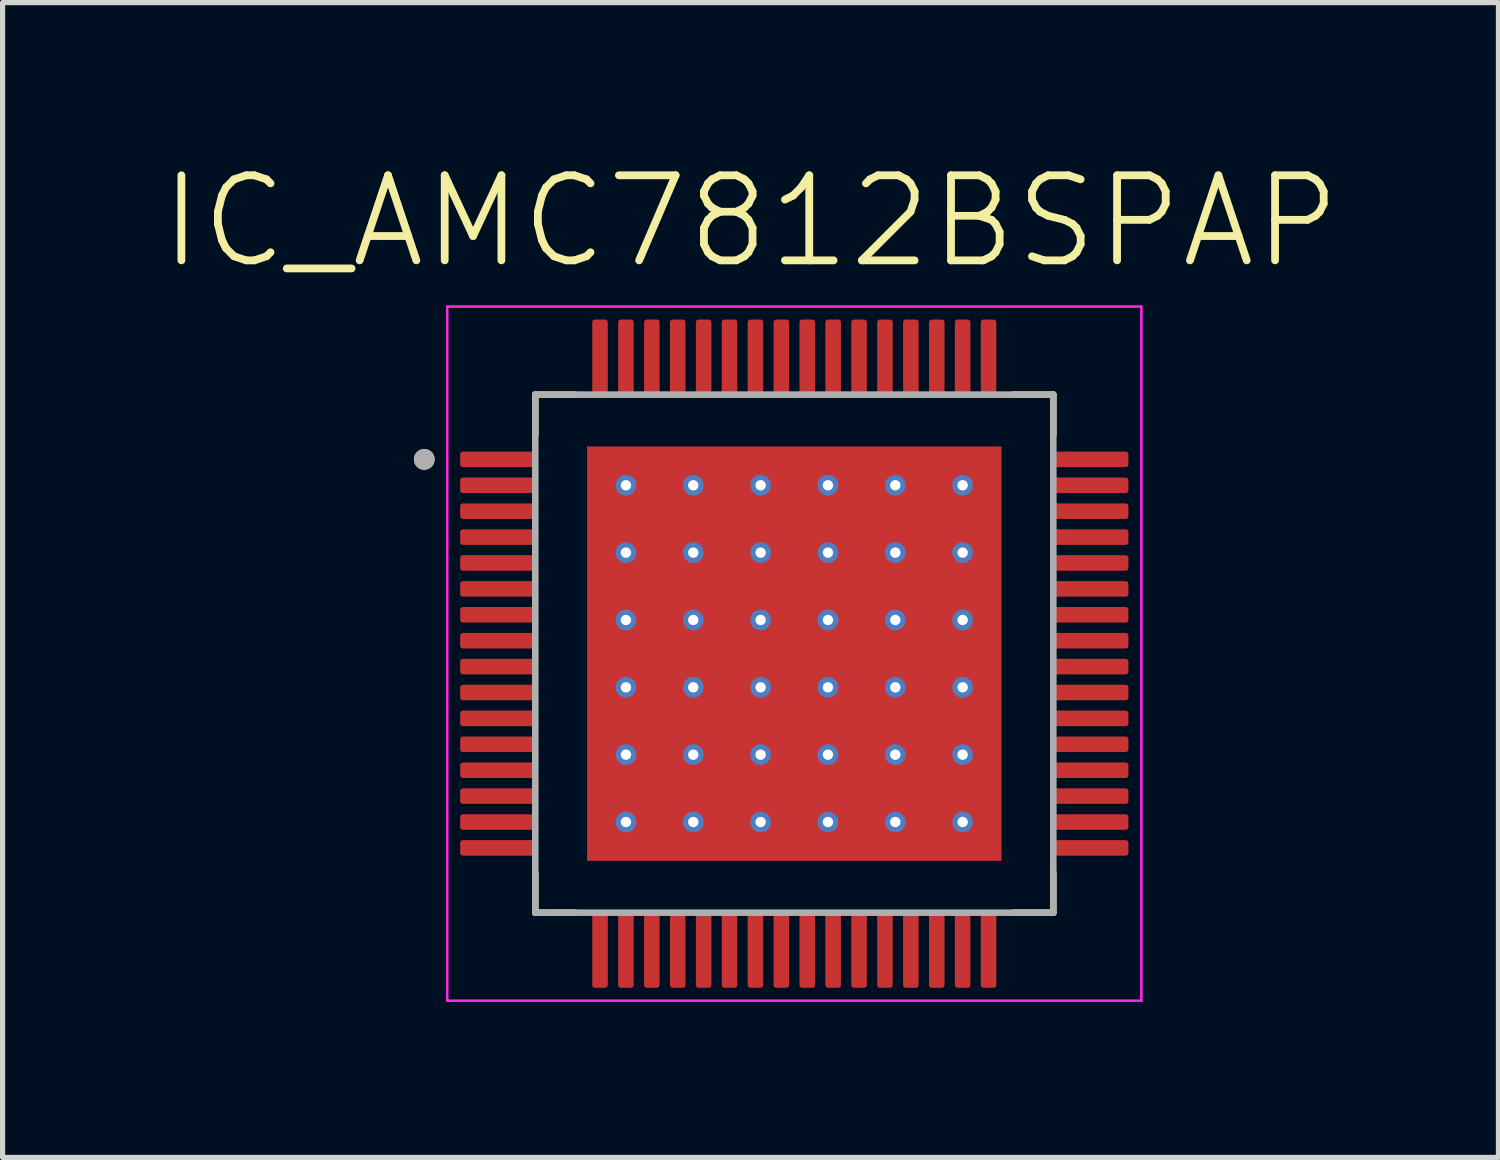
<source format=kicad_pcb>
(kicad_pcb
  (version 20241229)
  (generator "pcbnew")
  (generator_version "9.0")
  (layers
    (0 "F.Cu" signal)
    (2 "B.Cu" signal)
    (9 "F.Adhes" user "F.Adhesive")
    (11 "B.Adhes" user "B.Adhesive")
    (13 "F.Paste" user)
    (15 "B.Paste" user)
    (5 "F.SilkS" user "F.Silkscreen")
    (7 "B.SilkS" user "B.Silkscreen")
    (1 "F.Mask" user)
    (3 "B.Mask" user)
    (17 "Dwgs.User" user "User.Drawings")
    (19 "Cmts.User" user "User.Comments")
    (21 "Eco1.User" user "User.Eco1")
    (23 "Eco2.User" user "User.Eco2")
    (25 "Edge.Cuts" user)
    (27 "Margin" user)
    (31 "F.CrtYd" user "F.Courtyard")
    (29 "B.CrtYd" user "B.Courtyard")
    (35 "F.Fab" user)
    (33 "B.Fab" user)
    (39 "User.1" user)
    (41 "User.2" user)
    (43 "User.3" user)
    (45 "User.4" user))
  (footprint "IC_AMC7812BSPAP"
    (layer "F.Cu")
    (at 12.283 9.568)
    (property "Reference" "IC_AMC7812BSPAP" (at -0.845 -8.344 0) (layer "F.SilkS") (effects (font (size 1.642 1.642) (thickness 0.15))))
    (attr smd)
    (fp_poly (pts (xy -3.5 -3.5) (xy 3.5 -3.5) (xy 3.5 3.5) (xy -3.5 3.5)) (stroke (width 0.01) (type solid)) (fill yes) (layer "F.Mask"))
    (fp_poly (pts (xy -6.5 -3.625) (xy -6.5 -3.875) (xy -6.5 -3.879) (xy -6.5 -3.883) (xy -6.499 -3.887) (xy -6.498 -3.891) (xy -6.497 -3.894) (xy -6.496 -3.898) (xy -6.495 -3.902) (xy -6.494 -3.906) (xy -6.492 -3.909) (xy -6.49 -3.913) (xy -6.488 -3.916) (xy -6.486 -3.919) (xy -6.483 -3.922) (xy -6.481 -3.925) (xy -6.478 -3.928) (xy -6.475 -3.931) (xy -6.472 -3.933) (xy -6.469 -3.936) (xy -6.466 -3.938) (xy -6.463 -3.94) (xy -6.459 -3.942) (xy -6.456 -3.944) (xy -6.452 -3.945) (xy -6.448 -3.946) (xy -6.444 -3.947) (xy -6.441 -3.948) (xy -6.437 -3.949) (xy -6.433 -3.95) (xy -6.429 -3.95) (xy -6.425 -3.95) (xy -4.975 -3.95) (xy -4.971 -3.95) (xy -4.967 -3.95) (xy -4.963 -3.949) (xy -4.959 -3.948) (xy -4.956 -3.947) (xy -4.952 -3.946) (xy -4.948 -3.945) (xy -4.944 -3.944) (xy -4.941 -3.942) (xy -4.938 -3.94) (xy -4.934 -3.938) (xy -4.931 -3.936) (xy -4.928 -3.933) (xy -4.925 -3.931) (xy -4.922 -3.928) (xy -4.919 -3.925) (xy -4.917 -3.922) (xy -4.914 -3.919) (xy -4.912 -3.916) (xy -4.91 -3.913) (xy -4.908 -3.909) (xy -4.906 -3.906) (xy -4.905 -3.902) (xy -4.904 -3.898) (xy -4.903 -3.894) (xy -4.902 -3.891) (xy -4.901 -3.887) (xy -4.9 -3.883) (xy -4.9 -3.879) (xy -4.9 -3.875) (xy -4.9 -3.625) (xy -4.9 -3.621) (xy -4.9 -3.617) (xy -4.901 -3.613) (xy -4.902 -3.609) (xy -4.903 -3.606) (xy -4.904 -3.602) (xy -4.905 -3.598) (xy -4.906 -3.594) (xy -4.908 -3.591) (xy -4.91 -3.587) (xy -4.912 -3.584) (xy -4.914 -3.581) (xy -4.917 -3.578) (xy -4.919 -3.575) (xy -4.922 -3.572) (xy -4.925 -3.569) (xy -4.928 -3.567) (xy -4.931 -3.564) (xy -4.934 -3.562) (xy -4.938 -3.56) (xy -4.941 -3.558) (xy -4.944 -3.556) (xy -4.948 -3.555) (xy -4.952 -3.554) (xy -4.956 -3.553) (xy -4.959 -3.552) (xy -4.963 -3.551) (xy -4.967 -3.55) (xy -4.971 -3.55) (xy -4.975 -3.55) (xy -6.425 -3.55) (xy -6.429 -3.55) (xy -6.433 -3.55) (xy -6.437 -3.551) (xy -6.441 -3.552) (xy -6.444 -3.553) (xy -6.448 -3.554) (xy -6.452 -3.555) (xy -6.456 -3.556) (xy -6.459 -3.558) (xy -6.463 -3.56) (xy -6.466 -3.562) (xy -6.469 -3.564) (xy -6.472 -3.567) (xy -6.475 -3.569) (xy -6.478 -3.572) (xy -6.481 -3.575) (xy -6.483 -3.578) (xy -6.486 -3.581) (xy -6.488 -3.584) (xy -6.49 -3.587) (xy -6.492 -3.591) (xy -6.494 -3.594) (xy -6.495 -3.598) (xy -6.496 -3.602) (xy -6.497 -3.606) (xy -6.498 -3.609) (xy -6.499 -3.613) (xy -6.5 -3.617) (xy -6.5 -3.621) (xy -6.5 -3.625)) (stroke (width 0.01) (type solid)) (fill yes) (layer "F.Mask"))
    (fp_poly (pts (xy -6.5 -3.125) (xy -6.5 -3.375) (xy -6.5 -3.379) (xy -6.5 -3.383) (xy -6.499 -3.387) (xy -6.498 -3.391) (xy -6.497 -3.394) (xy -6.496 -3.398) (xy -6.495 -3.402) (xy -6.494 -3.406) (xy -6.492 -3.409) (xy -6.49 -3.413) (xy -6.488 -3.416) (xy -6.486 -3.419) (xy -6.483 -3.422) (xy -6.481 -3.425) (xy -6.478 -3.428) (xy -6.475 -3.431) (xy -6.472 -3.433) (xy -6.469 -3.436) (xy -6.466 -3.438) (xy -6.463 -3.44) (xy -6.459 -3.442) (xy -6.456 -3.444) (xy -6.452 -3.445) (xy -6.448 -3.446) (xy -6.444 -3.447) (xy -6.441 -3.448) (xy -6.437 -3.449) (xy -6.433 -3.45) (xy -6.429 -3.45) (xy -6.425 -3.45) (xy -4.975 -3.45) (xy -4.971 -3.45) (xy -4.967 -3.45) (xy -4.963 -3.449) (xy -4.959 -3.448) (xy -4.956 -3.447) (xy -4.952 -3.446) (xy -4.948 -3.445) (xy -4.944 -3.444) (xy -4.941 -3.442) (xy -4.938 -3.44) (xy -4.934 -3.438) (xy -4.931 -3.436) (xy -4.928 -3.433) (xy -4.925 -3.431) (xy -4.922 -3.428) (xy -4.919 -3.425) (xy -4.917 -3.422) (xy -4.914 -3.419) (xy -4.912 -3.416) (xy -4.91 -3.413) (xy -4.908 -3.409) (xy -4.906 -3.406) (xy -4.905 -3.402) (xy -4.904 -3.398) (xy -4.903 -3.394) (xy -4.902 -3.391) (xy -4.901 -3.387) (xy -4.9 -3.383) (xy -4.9 -3.379) (xy -4.9 -3.375) (xy -4.9 -3.125) (xy -4.9 -3.121) (xy -4.9 -3.117) (xy -4.901 -3.113) (xy -4.902 -3.109) (xy -4.903 -3.106) (xy -4.904 -3.102) (xy -4.905 -3.098) (xy -4.906 -3.094) (xy -4.908 -3.091) (xy -4.91 -3.087) (xy -4.912 -3.084) (xy -4.914 -3.081) (xy -4.917 -3.078) (xy -4.919 -3.075) (xy -4.922 -3.072) (xy -4.925 -3.069) (xy -4.928 -3.067) (xy -4.931 -3.064) (xy -4.934 -3.062) (xy -4.938 -3.06) (xy -4.941 -3.058) (xy -4.944 -3.056) (xy -4.948 -3.055) (xy -4.952 -3.054) (xy -4.956 -3.053) (xy -4.959 -3.052) (xy -4.963 -3.051) (xy -4.967 -3.05) (xy -4.971 -3.05) (xy -4.975 -3.05) (xy -6.425 -3.05) (xy -6.429 -3.05) (xy -6.433 -3.05) (xy -6.437 -3.051) (xy -6.441 -3.052) (xy -6.444 -3.053) (xy -6.448 -3.054) (xy -6.452 -3.055) (xy -6.456 -3.056) (xy -6.459 -3.058) (xy -6.463 -3.06) (xy -6.466 -3.062) (xy -6.469 -3.064) (xy -6.472 -3.067) (xy -6.475 -3.069) (xy -6.478 -3.072) (xy -6.481 -3.075) (xy -6.483 -3.078) (xy -6.486 -3.081) (xy -6.488 -3.084) (xy -6.49 -3.087) (xy -6.492 -3.091) (xy -6.494 -3.094) (xy -6.495 -3.098) (xy -6.496 -3.102) (xy -6.497 -3.106) (xy -6.498 -3.109) (xy -6.499 -3.113) (xy -6.5 -3.117) (xy -6.5 -3.121) (xy -6.5 -3.125)) (stroke (width 0.01) (type solid)) (fill yes) (layer "F.Mask"))
    (fp_poly (pts (xy -6.5 -2.625) (xy -6.5 -2.875) (xy -6.5 -2.879) (xy -6.5 -2.883) (xy -6.499 -2.887) (xy -6.498 -2.891) (xy -6.497 -2.894) (xy -6.496 -2.898) (xy -6.495 -2.902) (xy -6.494 -2.906) (xy -6.492 -2.909) (xy -6.49 -2.913) (xy -6.488 -2.916) (xy -6.486 -2.919) (xy -6.483 -2.922) (xy -6.481 -2.925) (xy -6.478 -2.928) (xy -6.475 -2.931) (xy -6.472 -2.933) (xy -6.469 -2.936) (xy -6.466 -2.938) (xy -6.463 -2.94) (xy -6.459 -2.942) (xy -6.456 -2.944) (xy -6.452 -2.945) (xy -6.448 -2.946) (xy -6.444 -2.947) (xy -6.441 -2.948) (xy -6.437 -2.949) (xy -6.433 -2.95) (xy -6.429 -2.95) (xy -6.425 -2.95) (xy -4.975 -2.95) (xy -4.971 -2.95) (xy -4.967 -2.95) (xy -4.963 -2.949) (xy -4.959 -2.948) (xy -4.956 -2.947) (xy -4.952 -2.946) (xy -4.948 -2.945) (xy -4.944 -2.944) (xy -4.941 -2.942) (xy -4.938 -2.94) (xy -4.934 -2.938) (xy -4.931 -2.936) (xy -4.928 -2.933) (xy -4.925 -2.931) (xy -4.922 -2.928) (xy -4.919 -2.925) (xy -4.917 -2.922) (xy -4.914 -2.919) (xy -4.912 -2.916) (xy -4.91 -2.913) (xy -4.908 -2.909) (xy -4.906 -2.906) (xy -4.905 -2.902) (xy -4.904 -2.898) (xy -4.903 -2.894) (xy -4.902 -2.891) (xy -4.901 -2.887) (xy -4.9 -2.883) (xy -4.9 -2.879) (xy -4.9 -2.875) (xy -4.9 -2.625) (xy -4.9 -2.621) (xy -4.9 -2.617) (xy -4.901 -2.613) (xy -4.902 -2.609) (xy -4.903 -2.606) (xy -4.904 -2.602) (xy -4.905 -2.598) (xy -4.906 -2.594) (xy -4.908 -2.591) (xy -4.91 -2.587) (xy -4.912 -2.584) (xy -4.914 -2.581) (xy -4.917 -2.578) (xy -4.919 -2.575) (xy -4.922 -2.572) (xy -4.925 -2.569) (xy -4.928 -2.567) (xy -4.931 -2.564) (xy -4.934 -2.562) (xy -4.938 -2.56) (xy -4.941 -2.558) (xy -4.944 -2.556) (xy -4.948 -2.555) (xy -4.952 -2.554) (xy -4.956 -2.553) (xy -4.959 -2.552) (xy -4.963 -2.551) (xy -4.967 -2.55) (xy -4.971 -2.55) (xy -4.975 -2.55) (xy -6.425 -2.55) (xy -6.429 -2.55) (xy -6.433 -2.55) (xy -6.437 -2.551) (xy -6.441 -2.552) (xy -6.444 -2.553) (xy -6.448 -2.554) (xy -6.452 -2.555) (xy -6.456 -2.556) (xy -6.459 -2.558) (xy -6.463 -2.56) (xy -6.466 -2.562) (xy -6.469 -2.564) (xy -6.472 -2.567) (xy -6.475 -2.569) (xy -6.478 -2.572) (xy -6.481 -2.575) (xy -6.483 -2.578) (xy -6.486 -2.581) (xy -6.488 -2.584) (xy -6.49 -2.587) (xy -6.492 -2.591) (xy -6.494 -2.594) (xy -6.495 -2.598) (xy -6.496 -2.602) (xy -6.497 -2.606) (xy -6.498 -2.609) (xy -6.499 -2.613) (xy -6.5 -2.617) (xy -6.5 -2.621) (xy -6.5 -2.625)) (stroke (width 0.01) (type solid)) (fill yes) (layer "F.Mask"))
    (fp_poly (pts (xy -6.5 -2.125) (xy -6.5 -2.375) (xy -6.5 -2.379) (xy -6.5 -2.383) (xy -6.499 -2.387) (xy -6.498 -2.391) (xy -6.497 -2.394) (xy -6.496 -2.398) (xy -6.495 -2.402) (xy -6.494 -2.406) (xy -6.492 -2.409) (xy -6.49 -2.413) (xy -6.488 -2.416) (xy -6.486 -2.419) (xy -6.483 -2.422) (xy -6.481 -2.425) (xy -6.478 -2.428) (xy -6.475 -2.431) (xy -6.472 -2.433) (xy -6.469 -2.436) (xy -6.466 -2.438) (xy -6.463 -2.44) (xy -6.459 -2.442) (xy -6.456 -2.444) (xy -6.452 -2.445) (xy -6.448 -2.446) (xy -6.444 -2.447) (xy -6.441 -2.448) (xy -6.437 -2.449) (xy -6.433 -2.45) (xy -6.429 -2.45) (xy -6.425 -2.45) (xy -4.975 -2.45) (xy -4.971 -2.45) (xy -4.967 -2.45) (xy -4.963 -2.449) (xy -4.959 -2.448) (xy -4.956 -2.447) (xy -4.952 -2.446) (xy -4.948 -2.445) (xy -4.944 -2.444) (xy -4.941 -2.442) (xy -4.938 -2.44) (xy -4.934 -2.438) (xy -4.931 -2.436) (xy -4.928 -2.433) (xy -4.925 -2.431) (xy -4.922 -2.428) (xy -4.919 -2.425) (xy -4.917 -2.422) (xy -4.914 -2.419) (xy -4.912 -2.416) (xy -4.91 -2.413) (xy -4.908 -2.409) (xy -4.906 -2.406) (xy -4.905 -2.402) (xy -4.904 -2.398) (xy -4.903 -2.394) (xy -4.902 -2.391) (xy -4.901 -2.387) (xy -4.9 -2.383) (xy -4.9 -2.379) (xy -4.9 -2.375) (xy -4.9 -2.125) (xy -4.9 -2.121) (xy -4.9 -2.117) (xy -4.901 -2.113) (xy -4.902 -2.109) (xy -4.903 -2.106) (xy -4.904 -2.102) (xy -4.905 -2.098) (xy -4.906 -2.094) (xy -4.908 -2.091) (xy -4.91 -2.087) (xy -4.912 -2.084) (xy -4.914 -2.081) (xy -4.917 -2.078) (xy -4.919 -2.075) (xy -4.922 -2.072) (xy -4.925 -2.069) (xy -4.928 -2.067) (xy -4.931 -2.064) (xy -4.934 -2.062) (xy -4.938 -2.06) (xy -4.941 -2.058) (xy -4.944 -2.056) (xy -4.948 -2.055) (xy -4.952 -2.054) (xy -4.956 -2.053) (xy -4.959 -2.052) (xy -4.963 -2.051) (xy -4.967 -2.05) (xy -4.971 -2.05) (xy -4.975 -2.05) (xy -6.425 -2.05) (xy -6.429 -2.05) (xy -6.433 -2.05) (xy -6.437 -2.051) (xy -6.441 -2.052) (xy -6.444 -2.053) (xy -6.448 -2.054) (xy -6.452 -2.055) (xy -6.456 -2.056) (xy -6.459 -2.058) (xy -6.463 -2.06) (xy -6.466 -2.062) (xy -6.469 -2.064) (xy -6.472 -2.067) (xy -6.475 -2.069) (xy -6.478 -2.072) (xy -6.481 -2.075) (xy -6.483 -2.078) (xy -6.486 -2.081) (xy -6.488 -2.084) (xy -6.49 -2.087) (xy -6.492 -2.091) (xy -6.494 -2.094) (xy -6.495 -2.098) (xy -6.496 -2.102) (xy -6.497 -2.106) (xy -6.498 -2.109) (xy -6.499 -2.113) (xy -6.5 -2.117) (xy -6.5 -2.121) (xy -6.5 -2.125)) (stroke (width 0.01) (type solid)) (fill yes) (layer "F.Mask"))
    (fp_poly (pts (xy -6.5 -1.625) (xy -6.5 -1.875) (xy -6.5 -1.879) (xy -6.5 -1.883) (xy -6.499 -1.887) (xy -6.498 -1.891) (xy -6.497 -1.894) (xy -6.496 -1.898) (xy -6.495 -1.902) (xy -6.494 -1.906) (xy -6.492 -1.909) (xy -6.49 -1.913) (xy -6.488 -1.916) (xy -6.486 -1.919) (xy -6.483 -1.922) (xy -6.481 -1.925) (xy -6.478 -1.928) (xy -6.475 -1.931) (xy -6.472 -1.933) (xy -6.469 -1.936) (xy -6.466 -1.938) (xy -6.463 -1.94) (xy -6.459 -1.942) (xy -6.456 -1.944) (xy -6.452 -1.945) (xy -6.448 -1.946) (xy -6.444 -1.947) (xy -6.441 -1.948) (xy -6.437 -1.949) (xy -6.433 -1.95) (xy -6.429 -1.95) (xy -6.425 -1.95) (xy -4.975 -1.95) (xy -4.971 -1.95) (xy -4.967 -1.95) (xy -4.963 -1.949) (xy -4.959 -1.948) (xy -4.956 -1.947) (xy -4.952 -1.946) (xy -4.948 -1.945) (xy -4.944 -1.944) (xy -4.941 -1.942) (xy -4.938 -1.94) (xy -4.934 -1.938) (xy -4.931 -1.936) (xy -4.928 -1.933) (xy -4.925 -1.931) (xy -4.922 -1.928) (xy -4.919 -1.925) (xy -4.917 -1.922) (xy -4.914 -1.919) (xy -4.912 -1.916) (xy -4.91 -1.913) (xy -4.908 -1.909) (xy -4.906 -1.906) (xy -4.905 -1.902) (xy -4.904 -1.898) (xy -4.903 -1.894) (xy -4.902 -1.891) (xy -4.901 -1.887) (xy -4.9 -1.883) (xy -4.9 -1.879) (xy -4.9 -1.875) (xy -4.9 -1.625) (xy -4.9 -1.621) (xy -4.9 -1.617) (xy -4.901 -1.613) (xy -4.902 -1.609) (xy -4.903 -1.606) (xy -4.904 -1.602) (xy -4.905 -1.598) (xy -4.906 -1.594) (xy -4.908 -1.591) (xy -4.91 -1.587) (xy -4.912 -1.584) (xy -4.914 -1.581) (xy -4.917 -1.578) (xy -4.919 -1.575) (xy -4.922 -1.572) (xy -4.925 -1.569) (xy -4.928 -1.567) (xy -4.931 -1.564) (xy -4.934 -1.562) (xy -4.938 -1.56) (xy -4.941 -1.558) (xy -4.944 -1.556) (xy -4.948 -1.555) (xy -4.952 -1.554) (xy -4.956 -1.553) (xy -4.959 -1.552) (xy -4.963 -1.551) (xy -4.967 -1.55) (xy -4.971 -1.55) (xy -4.975 -1.55) (xy -6.425 -1.55) (xy -6.429 -1.55) (xy -6.433 -1.55) (xy -6.437 -1.551) (xy -6.441 -1.552) (xy -6.444 -1.553) (xy -6.448 -1.554) (xy -6.452 -1.555) (xy -6.456 -1.556) (xy -6.459 -1.558) (xy -6.463 -1.56) (xy -6.466 -1.562) (xy -6.469 -1.564) (xy -6.472 -1.567) (xy -6.475 -1.569) (xy -6.478 -1.572) (xy -6.481 -1.575) (xy -6.483 -1.578) (xy -6.486 -1.581) (xy -6.488 -1.584) (xy -6.49 -1.587) (xy -6.492 -1.591) (xy -6.494 -1.594) (xy -6.495 -1.598) (xy -6.496 -1.602) (xy -6.497 -1.606) (xy -6.498 -1.609) (xy -6.499 -1.613) (xy -6.5 -1.617) (xy -6.5 -1.621) (xy -6.5 -1.625)) (stroke (width 0.01) (type solid)) (fill yes) (layer "F.Mask"))
    (fp_poly (pts (xy -6.5 -1.125) (xy -6.5 -1.375) (xy -6.5 -1.379) (xy -6.5 -1.383) (xy -6.499 -1.387) (xy -6.498 -1.391) (xy -6.497 -1.394) (xy -6.496 -1.398) (xy -6.495 -1.402) (xy -6.494 -1.406) (xy -6.492 -1.409) (xy -6.49 -1.413) (xy -6.488 -1.416) (xy -6.486 -1.419) (xy -6.483 -1.422) (xy -6.481 -1.425) (xy -6.478 -1.428) (xy -6.475 -1.431) (xy -6.472 -1.433) (xy -6.469 -1.436) (xy -6.466 -1.438) (xy -6.463 -1.44) (xy -6.459 -1.442) (xy -6.456 -1.444) (xy -6.452 -1.445) (xy -6.448 -1.446) (xy -6.444 -1.447) (xy -6.441 -1.448) (xy -6.437 -1.449) (xy -6.433 -1.45) (xy -6.429 -1.45) (xy -6.425 -1.45) (xy -4.975 -1.45) (xy -4.971 -1.45) (xy -4.967 -1.45) (xy -4.963 -1.449) (xy -4.959 -1.448) (xy -4.956 -1.447) (xy -4.952 -1.446) (xy -4.948 -1.445) (xy -4.944 -1.444) (xy -4.941 -1.442) (xy -4.938 -1.44) (xy -4.934 -1.438) (xy -4.931 -1.436) (xy -4.928 -1.433) (xy -4.925 -1.431) (xy -4.922 -1.428) (xy -4.919 -1.425) (xy -4.917 -1.422) (xy -4.914 -1.419) (xy -4.912 -1.416) (xy -4.91 -1.413) (xy -4.908 -1.409) (xy -4.906 -1.406) (xy -4.905 -1.402) (xy -4.904 -1.398) (xy -4.903 -1.394) (xy -4.902 -1.391) (xy -4.901 -1.387) (xy -4.9 -1.383) (xy -4.9 -1.379) (xy -4.9 -1.375) (xy -4.9 -1.125) (xy -4.9 -1.121) (xy -4.9 -1.117) (xy -4.901 -1.113) (xy -4.902 -1.109) (xy -4.903 -1.106) (xy -4.904 -1.102) (xy -4.905 -1.098) (xy -4.906 -1.094) (xy -4.908 -1.091) (xy -4.91 -1.087) (xy -4.912 -1.084) (xy -4.914 -1.081) (xy -4.917 -1.078) (xy -4.919 -1.075) (xy -4.922 -1.072) (xy -4.925 -1.069) (xy -4.928 -1.067) (xy -4.931 -1.064) (xy -4.934 -1.062) (xy -4.938 -1.06) (xy -4.941 -1.058) (xy -4.944 -1.056) (xy -4.948 -1.055) (xy -4.952 -1.054) (xy -4.956 -1.053) (xy -4.959 -1.052) (xy -4.963 -1.051) (xy -4.967 -1.05) (xy -4.971 -1.05) (xy -4.975 -1.05) (xy -6.425 -1.05) (xy -6.429 -1.05) (xy -6.433 -1.05) (xy -6.437 -1.051) (xy -6.441 -1.052) (xy -6.444 -1.053) (xy -6.448 -1.054) (xy -6.452 -1.055) (xy -6.456 -1.056) (xy -6.459 -1.058) (xy -6.463 -1.06) (xy -6.466 -1.062) (xy -6.469 -1.064) (xy -6.472 -1.067) (xy -6.475 -1.069) (xy -6.478 -1.072) (xy -6.481 -1.075) (xy -6.483 -1.078) (xy -6.486 -1.081) (xy -6.488 -1.084) (xy -6.49 -1.087) (xy -6.492 -1.091) (xy -6.494 -1.094) (xy -6.495 -1.098) (xy -6.496 -1.102) (xy -6.497 -1.106) (xy -6.498 -1.109) (xy -6.499 -1.113) (xy -6.5 -1.117) (xy -6.5 -1.121) (xy -6.5 -1.125)) (stroke (width 0.01) (type solid)) (fill yes) (layer "F.Mask"))
    (fp_poly (pts (xy -6.5 -0.625) (xy -6.5 -0.875) (xy -6.5 -0.879) (xy -6.5 -0.883) (xy -6.499 -0.887) (xy -6.498 -0.891) (xy -6.497 -0.894) (xy -6.496 -0.898) (xy -6.495 -0.902) (xy -6.494 -0.906) (xy -6.492 -0.909) (xy -6.49 -0.912) (xy -6.488 -0.916) (xy -6.486 -0.919) (xy -6.483 -0.922) (xy -6.481 -0.925) (xy -6.478 -0.928) (xy -6.475 -0.931) (xy -6.472 -0.933) (xy -6.469 -0.936) (xy -6.466 -0.938) (xy -6.463 -0.94) (xy -6.459 -0.942) (xy -6.456 -0.944) (xy -6.452 -0.945) (xy -6.448 -0.946) (xy -6.444 -0.947) (xy -6.441 -0.948) (xy -6.437 -0.949) (xy -6.433 -0.95) (xy -6.429 -0.95) (xy -6.425 -0.95) (xy -4.975 -0.95) (xy -4.971 -0.95) (xy -4.967 -0.95) (xy -4.963 -0.949) (xy -4.959 -0.948) (xy -4.956 -0.947) (xy -4.952 -0.946) (xy -4.948 -0.945) (xy -4.944 -0.944) (xy -4.941 -0.942) (xy -4.938 -0.94) (xy -4.934 -0.938) (xy -4.931 -0.936) (xy -4.928 -0.933) (xy -4.925 -0.931) (xy -4.922 -0.928) (xy -4.919 -0.925) (xy -4.917 -0.922) (xy -4.914 -0.919) (xy -4.912 -0.916) (xy -4.91 -0.913) (xy -4.908 -0.909) (xy -4.906 -0.906) (xy -4.905 -0.902) (xy -4.904 -0.898) (xy -4.903 -0.894) (xy -4.902 -0.891) (xy -4.901 -0.887) (xy -4.9 -0.883) (xy -4.9 -0.879) (xy -4.9 -0.875) (xy -4.9 -0.625) (xy -4.9 -0.621) (xy -4.9 -0.617) (xy -4.901 -0.613) (xy -4.902 -0.609) (xy -4.903 -0.606) (xy -4.904 -0.602) (xy -4.905 -0.598) (xy -4.906 -0.594) (xy -4.908 -0.591) (xy -4.91 -0.587) (xy -4.912 -0.584) (xy -4.914 -0.581) (xy -4.917 -0.578) (xy -4.919 -0.575) (xy -4.922 -0.572) (xy -4.925 -0.569) (xy -4.928 -0.567) (xy -4.931 -0.564) (xy -4.934 -0.562) (xy -4.938 -0.56) (xy -4.941 -0.558) (xy -4.944 -0.556) (xy -4.948 -0.555) (xy -4.952 -0.554) (xy -4.956 -0.553) (xy -4.959 -0.552) (xy -4.963 -0.551) (xy -4.967 -0.55) (xy -4.971 -0.55) (xy -4.975 -0.55) (xy -6.425 -0.55) (xy -6.429 -0.55) (xy -6.433 -0.55) (xy -6.437 -0.551) (xy -6.441 -0.552) (xy -6.444 -0.553) (xy -6.448 -0.554) (xy -6.452 -0.555) (xy -6.456 -0.556) (xy -6.459 -0.558) (xy -6.463 -0.56) (xy -6.466 -0.562) (xy -6.469 -0.564) (xy -6.472 -0.567) (xy -6.475 -0.569) (xy -6.478 -0.572) (xy -6.481 -0.575) (xy -6.483 -0.578) (xy -6.486 -0.581) (xy -6.488 -0.584) (xy -6.49 -0.588) (xy -6.492 -0.591) (xy -6.494 -0.594) (xy -6.495 -0.598) (xy -6.496 -0.602) (xy -6.497 -0.606) (xy -6.498 -0.609) (xy -6.499 -0.613) (xy -6.5 -0.617) (xy -6.5 -0.621) (xy -6.5 -0.625)) (stroke (width 0.01) (type solid)) (fill yes) (layer "F.Mask"))
    (fp_poly (pts (xy -6.5 -0.125) (xy -6.5 -0.375) (xy -6.5 -0.379) (xy -6.5 -0.383) (xy -6.499 -0.387) (xy -6.498 -0.391) (xy -6.497 -0.394) (xy -6.496 -0.398) (xy -6.495 -0.402) (xy -6.494 -0.406) (xy -6.492 -0.409) (xy -6.49 -0.412) (xy -6.488 -0.416) (xy -6.486 -0.419) (xy -6.483 -0.422) (xy -6.481 -0.425) (xy -6.478 -0.428) (xy -6.475 -0.431) (xy -6.472 -0.433) (xy -6.469 -0.436) (xy -6.466 -0.438) (xy -6.463 -0.44) (xy -6.459 -0.442) (xy -6.456 -0.444) (xy -6.452 -0.445) (xy -6.448 -0.446) (xy -6.444 -0.447) (xy -6.441 -0.448) (xy -6.437 -0.449) (xy -6.433 -0.45) (xy -6.429 -0.45) (xy -6.425 -0.45) (xy -4.975 -0.45) (xy -4.971 -0.45) (xy -4.967 -0.45) (xy -4.963 -0.449) (xy -4.959 -0.448) (xy -4.956 -0.447) (xy -4.952 -0.446) (xy -4.948 -0.445) (xy -4.944 -0.444) (xy -4.941 -0.442) (xy -4.938 -0.44) (xy -4.934 -0.438) (xy -4.931 -0.436) (xy -4.928 -0.433) (xy -4.925 -0.431) (xy -4.922 -0.428) (xy -4.919 -0.425) (xy -4.917 -0.422) (xy -4.914 -0.419) (xy -4.912 -0.416) (xy -4.91 -0.413) (xy -4.908 -0.409) (xy -4.906 -0.406) (xy -4.905 -0.402) (xy -4.904 -0.398) (xy -4.903 -0.394) (xy -4.902 -0.391) (xy -4.901 -0.387) (xy -4.9 -0.383) (xy -4.9 -0.379) (xy -4.9 -0.375) (xy -4.9 -0.125) (xy -4.9 -0.121) (xy -4.9 -0.117) (xy -4.901 -0.113) (xy -4.902 -0.109) (xy -4.903 -0.106) (xy -4.904 -0.102) (xy -4.905 -0.098) (xy -4.906 -0.094) (xy -4.908 -0.091) (xy -4.91 -0.087) (xy -4.912 -0.084) (xy -4.914 -0.081) (xy -4.917 -0.078) (xy -4.919 -0.075) (xy -4.922 -0.072) (xy -4.925 -0.069) (xy -4.928 -0.067) (xy -4.931 -0.064) (xy -4.934 -0.062) (xy -4.938 -0.06) (xy -4.941 -0.058) (xy -4.944 -0.056) (xy -4.948 -0.055) (xy -4.952 -0.054) (xy -4.956 -0.053) (xy -4.959 -0.052) (xy -4.963 -0.051) (xy -4.967 -0.05) (xy -4.971 -0.05) (xy -4.975 -0.05) (xy -6.425 -0.05) (xy -6.429 -0.05) (xy -6.433 -0.05) (xy -6.437 -0.051) (xy -6.441 -0.052) (xy -6.444 -0.053) (xy -6.448 -0.054) (xy -6.452 -0.055) (xy -6.456 -0.056) (xy -6.459 -0.058) (xy -6.463 -0.06) (xy -6.466 -0.062) (xy -6.469 -0.064) (xy -6.472 -0.067) (xy -6.475 -0.069) (xy -6.478 -0.072) (xy -6.481 -0.075) (xy -6.483 -0.078) (xy -6.486 -0.081) (xy -6.488 -0.084) (xy -6.49 -0.088) (xy -6.492 -0.091) (xy -6.494 -0.094) (xy -6.495 -0.098) (xy -6.496 -0.102) (xy -6.497 -0.106) (xy -6.498 -0.109) (xy -6.499 -0.113) (xy -6.5 -0.117) (xy -6.5 -0.121) (xy -6.5 -0.125)) (stroke (width 0.01) (type solid)) (fill yes) (layer "F.Mask"))
    (fp_poly (pts (xy -6.5 0.375) (xy -6.5 0.125) (xy -6.5 0.121) (xy -6.5 0.117) (xy -6.499 0.113) (xy -6.498 0.109) (xy -6.497 0.106) (xy -6.496 0.102) (xy -6.495 0.098) (xy -6.494 0.094) (xy -6.492 0.091) (xy -6.49 0.088) (xy -6.488 0.084) (xy -6.486 0.081) (xy -6.483 0.078) (xy -6.481 0.075) (xy -6.478 0.072) (xy -6.475 0.069) (xy -6.472 0.067) (xy -6.469 0.064) (xy -6.466 0.062) (xy -6.463 0.06) (xy -6.459 0.058) (xy -6.456 0.056) (xy -6.452 0.055) (xy -6.448 0.054) (xy -6.444 0.053) (xy -6.441 0.052) (xy -6.437 0.051) (xy -6.433 0.05) (xy -6.429 0.05) (xy -6.425 0.05) (xy -4.975 0.05) (xy -4.971 0.05) (xy -4.967 0.05) (xy -4.963 0.051) (xy -4.959 0.052) (xy -4.956 0.053) (xy -4.952 0.054) (xy -4.948 0.055) (xy -4.944 0.056) (xy -4.941 0.058) (xy -4.938 0.06) (xy -4.934 0.062) (xy -4.931 0.064) (xy -4.928 0.067) (xy -4.925 0.069) (xy -4.922 0.072) (xy -4.919 0.075) (xy -4.917 0.078) (xy -4.914 0.081) (xy -4.912 0.084) (xy -4.91 0.087) (xy -4.908 0.091) (xy -4.906 0.094) (xy -4.905 0.098) (xy -4.904 0.102) (xy -4.903 0.106) (xy -4.902 0.109) (xy -4.901 0.113) (xy -4.9 0.117) (xy -4.9 0.121) (xy -4.9 0.125) (xy -4.9 0.375) (xy -4.9 0.379) (xy -4.9 0.383) (xy -4.901 0.387) (xy -4.902 0.391) (xy -4.903 0.394) (xy -4.904 0.398) (xy -4.905 0.402) (xy -4.906 0.406) (xy -4.908 0.409) (xy -4.91 0.413) (xy -4.912 0.416) (xy -4.914 0.419) (xy -4.917 0.422) (xy -4.919 0.425) (xy -4.922 0.428) (xy -4.925 0.431) (xy -4.928 0.433) (xy -4.931 0.436) (xy -4.934 0.438) (xy -4.938 0.44) (xy -4.941 0.442) (xy -4.944 0.444) (xy -4.948 0.445) (xy -4.952 0.446) (xy -4.956 0.447) (xy -4.959 0.448) (xy -4.963 0.449) (xy -4.967 0.45) (xy -4.971 0.45) (xy -4.975 0.45) (xy -6.425 0.45) (xy -6.429 0.45) (xy -6.433 0.45) (xy -6.437 0.449) (xy -6.441 0.448) (xy -6.444 0.447) (xy -6.448 0.446) (xy -6.452 0.445) (xy -6.456 0.444) (xy -6.459 0.442) (xy -6.463 0.44) (xy -6.466 0.438) (xy -6.469 0.436) (xy -6.472 0.433) (xy -6.475 0.431) (xy -6.478 0.428) (xy -6.481 0.425) (xy -6.483 0.422) (xy -6.486 0.419) (xy -6.488 0.416) (xy -6.49 0.412) (xy -6.492 0.409) (xy -6.494 0.406) (xy -6.495 0.402) (xy -6.496 0.398) (xy -6.497 0.394) (xy -6.498 0.391) (xy -6.499 0.387) (xy -6.5 0.383) (xy -6.5 0.379) (xy -6.5 0.375)) (stroke (width 0.01) (type solid)) (fill yes) (layer "F.Mask"))
    (fp_poly (pts (xy -6.5 0.875) (xy -6.5 0.625) (xy -6.5 0.621) (xy -6.5 0.617) (xy -6.499 0.613) (xy -6.498 0.609) (xy -6.497 0.606) (xy -6.496 0.602) (xy -6.495 0.598) (xy -6.494 0.594) (xy -6.492 0.591) (xy -6.49 0.588) (xy -6.488 0.584) (xy -6.486 0.581) (xy -6.483 0.578) (xy -6.481 0.575) (xy -6.478 0.572) (xy -6.475 0.569) (xy -6.472 0.567) (xy -6.469 0.564) (xy -6.466 0.562) (xy -6.463 0.56) (xy -6.459 0.558) (xy -6.456 0.556) (xy -6.452 0.555) (xy -6.448 0.554) (xy -6.444 0.553) (xy -6.441 0.552) (xy -6.437 0.551) (xy -6.433 0.55) (xy -6.429 0.55) (xy -6.425 0.55) (xy -4.975 0.55) (xy -4.971 0.55) (xy -4.967 0.55) (xy -4.963 0.551) (xy -4.959 0.552) (xy -4.956 0.553) (xy -4.952 0.554) (xy -4.948 0.555) (xy -4.944 0.556) (xy -4.941 0.558) (xy -4.938 0.56) (xy -4.934 0.562) (xy -4.931 0.564) (xy -4.928 0.567) (xy -4.925 0.569) (xy -4.922 0.572) (xy -4.919 0.575) (xy -4.917 0.578) (xy -4.914 0.581) (xy -4.912 0.584) (xy -4.91 0.587) (xy -4.908 0.591) (xy -4.906 0.594) (xy -4.905 0.598) (xy -4.904 0.602) (xy -4.903 0.606) (xy -4.902 0.609) (xy -4.901 0.613) (xy -4.9 0.617) (xy -4.9 0.621) (xy -4.9 0.625) (xy -4.9 0.875) (xy -4.9 0.879) (xy -4.9 0.883) (xy -4.901 0.887) (xy -4.902 0.891) (xy -4.903 0.894) (xy -4.904 0.898) (xy -4.905 0.902) (xy -4.906 0.906) (xy -4.908 0.909) (xy -4.91 0.913) (xy -4.912 0.916) (xy -4.914 0.919) (xy -4.917 0.922) (xy -4.919 0.925) (xy -4.922 0.928) (xy -4.925 0.931) (xy -4.928 0.933) (xy -4.931 0.936) (xy -4.934 0.938) (xy -4.938 0.94) (xy -4.941 0.942) (xy -4.944 0.944) (xy -4.948 0.945) (xy -4.952 0.946) (xy -4.956 0.947) (xy -4.959 0.948) (xy -4.963 0.949) (xy -4.967 0.95) (xy -4.971 0.95) (xy -4.975 0.95) (xy -6.425 0.95) (xy -6.429 0.95) (xy -6.433 0.95) (xy -6.437 0.949) (xy -6.441 0.948) (xy -6.444 0.947) (xy -6.448 0.946) (xy -6.452 0.945) (xy -6.456 0.944) (xy -6.459 0.942) (xy -6.463 0.94) (xy -6.466 0.938) (xy -6.469 0.936) (xy -6.472 0.933) (xy -6.475 0.931) (xy -6.478 0.928) (xy -6.481 0.925) (xy -6.483 0.922) (xy -6.486 0.919) (xy -6.488 0.916) (xy -6.49 0.912) (xy -6.492 0.909) (xy -6.494 0.906) (xy -6.495 0.902) (xy -6.496 0.898) (xy -6.497 0.894) (xy -6.498 0.891) (xy -6.499 0.887) (xy -6.5 0.883) (xy -6.5 0.879) (xy -6.5 0.875)) (stroke (width 0.01) (type solid)) (fill yes) (layer "F.Mask"))
    (fp_poly (pts (xy -6.5 1.375) (xy -6.5 1.125) (xy -6.5 1.121) (xy -6.5 1.117) (xy -6.499 1.113) (xy -6.498 1.109) (xy -6.497 1.106) (xy -6.496 1.102) (xy -6.495 1.098) (xy -6.494 1.094) (xy -6.492 1.091) (xy -6.49 1.087) (xy -6.488 1.084) (xy -6.486 1.081) (xy -6.483 1.078) (xy -6.481 1.075) (xy -6.478 1.072) (xy -6.475 1.069) (xy -6.472 1.067) (xy -6.469 1.064) (xy -6.466 1.062) (xy -6.463 1.06) (xy -6.459 1.058) (xy -6.456 1.056) (xy -6.452 1.055) (xy -6.448 1.054) (xy -6.444 1.053) (xy -6.441 1.052) (xy -6.437 1.051) (xy -6.433 1.05) (xy -6.429 1.05) (xy -6.425 1.05) (xy -4.975 1.05) (xy -4.971 1.05) (xy -4.967 1.05) (xy -4.963 1.051) (xy -4.959 1.052) (xy -4.956 1.053) (xy -4.952 1.054) (xy -4.948 1.055) (xy -4.944 1.056) (xy -4.941 1.058) (xy -4.938 1.06) (xy -4.934 1.062) (xy -4.931 1.064) (xy -4.928 1.067) (xy -4.925 1.069) (xy -4.922 1.072) (xy -4.919 1.075) (xy -4.917 1.078) (xy -4.914 1.081) (xy -4.912 1.084) (xy -4.91 1.087) (xy -4.908 1.091) (xy -4.906 1.094) (xy -4.905 1.098) (xy -4.904 1.102) (xy -4.903 1.106) (xy -4.902 1.109) (xy -4.901 1.113) (xy -4.9 1.117) (xy -4.9 1.121) (xy -4.9 1.125) (xy -4.9 1.375) (xy -4.9 1.379) (xy -4.9 1.383) (xy -4.901 1.387) (xy -4.902 1.391) (xy -4.903 1.394) (xy -4.904 1.398) (xy -4.905 1.402) (xy -4.906 1.406) (xy -4.908 1.409) (xy -4.91 1.413) (xy -4.912 1.416) (xy -4.914 1.419) (xy -4.917 1.422) (xy -4.919 1.425) (xy -4.922 1.428) (xy -4.925 1.431) (xy -4.928 1.433) (xy -4.931 1.436) (xy -4.934 1.438) (xy -4.938 1.44) (xy -4.941 1.442) (xy -4.944 1.444) (xy -4.948 1.445) (xy -4.952 1.446) (xy -4.956 1.447) (xy -4.959 1.448) (xy -4.963 1.449) (xy -4.967 1.45) (xy -4.971 1.45) (xy -4.975 1.45) (xy -6.425 1.45) (xy -6.429 1.45) (xy -6.433 1.45) (xy -6.437 1.449) (xy -6.441 1.448) (xy -6.444 1.447) (xy -6.448 1.446) (xy -6.452 1.445) (xy -6.456 1.444) (xy -6.459 1.442) (xy -6.463 1.44) (xy -6.466 1.438) (xy -6.469 1.436) (xy -6.472 1.433) (xy -6.475 1.431) (xy -6.478 1.428) (xy -6.481 1.425) (xy -6.483 1.422) (xy -6.486 1.419) (xy -6.488 1.416) (xy -6.49 1.413) (xy -6.492 1.409) (xy -6.494 1.406) (xy -6.495 1.402) (xy -6.496 1.398) (xy -6.497 1.394) (xy -6.498 1.391) (xy -6.499 1.387) (xy -6.5 1.383) (xy -6.5 1.379) (xy -6.5 1.375)) (stroke (width 0.01) (type solid)) (fill yes) (layer "F.Mask"))
    (fp_poly (pts (xy -6.5 1.875) (xy -6.5 1.625) (xy -6.5 1.621) (xy -6.5 1.617) (xy -6.499 1.613) (xy -6.498 1.609) (xy -6.497 1.606) (xy -6.496 1.602) (xy -6.495 1.598) (xy -6.494 1.594) (xy -6.492 1.591) (xy -6.49 1.587) (xy -6.488 1.584) (xy -6.486 1.581) (xy -6.483 1.578) (xy -6.481 1.575) (xy -6.478 1.572) (xy -6.475 1.569) (xy -6.472 1.567) (xy -6.469 1.564) (xy -6.466 1.562) (xy -6.463 1.56) (xy -6.459 1.558) (xy -6.456 1.556) (xy -6.452 1.555) (xy -6.448 1.554) (xy -6.444 1.553) (xy -6.441 1.552) (xy -6.437 1.551) (xy -6.433 1.55) (xy -6.429 1.55) (xy -6.425 1.55) (xy -4.975 1.55) (xy -4.971 1.55) (xy -4.967 1.55) (xy -4.963 1.551) (xy -4.959 1.552) (xy -4.956 1.553) (xy -4.952 1.554) (xy -4.948 1.555) (xy -4.944 1.556) (xy -4.941 1.558) (xy -4.938 1.56) (xy -4.934 1.562) (xy -4.931 1.564) (xy -4.928 1.567) (xy -4.925 1.569) (xy -4.922 1.572) (xy -4.919 1.575) (xy -4.917 1.578) (xy -4.914 1.581) (xy -4.912 1.584) (xy -4.91 1.587) (xy -4.908 1.591) (xy -4.906 1.594) (xy -4.905 1.598) (xy -4.904 1.602) (xy -4.903 1.606) (xy -4.902 1.609) (xy -4.901 1.613) (xy -4.9 1.617) (xy -4.9 1.621) (xy -4.9 1.625) (xy -4.9 1.875) (xy -4.9 1.879) (xy -4.9 1.883) (xy -4.901 1.887) (xy -4.902 1.891) (xy -4.903 1.894) (xy -4.904 1.898) (xy -4.905 1.902) (xy -4.906 1.906) (xy -4.908 1.909) (xy -4.91 1.913) (xy -4.912 1.916) (xy -4.914 1.919) (xy -4.917 1.922) (xy -4.919 1.925) (xy -4.922 1.928) (xy -4.925 1.931) (xy -4.928 1.933) (xy -4.931 1.936) (xy -4.934 1.938) (xy -4.938 1.94) (xy -4.941 1.942) (xy -4.944 1.944) (xy -4.948 1.945) (xy -4.952 1.946) (xy -4.956 1.947) (xy -4.959 1.948) (xy -4.963 1.949) (xy -4.967 1.95) (xy -4.971 1.95) (xy -4.975 1.95) (xy -6.425 1.95) (xy -6.429 1.95) (xy -6.433 1.95) (xy -6.437 1.949) (xy -6.441 1.948) (xy -6.444 1.947) (xy -6.448 1.946) (xy -6.452 1.945) (xy -6.456 1.944) (xy -6.459 1.942) (xy -6.463 1.94) (xy -6.466 1.938) (xy -6.469 1.936) (xy -6.472 1.933) (xy -6.475 1.931) (xy -6.478 1.928) (xy -6.481 1.925) (xy -6.483 1.922) (xy -6.486 1.919) (xy -6.488 1.916) (xy -6.49 1.913) (xy -6.492 1.909) (xy -6.494 1.906) (xy -6.495 1.902) (xy -6.496 1.898) (xy -6.497 1.894) (xy -6.498 1.891) (xy -6.499 1.887) (xy -6.5 1.883) (xy -6.5 1.879) (xy -6.5 1.875)) (stroke (width 0.01) (type solid)) (fill yes) (layer "F.Mask"))
    (fp_poly (pts (xy -6.5 2.375) (xy -6.5 2.125) (xy -6.5 2.121) (xy -6.5 2.117) (xy -6.499 2.113) (xy -6.498 2.109) (xy -6.497 2.106) (xy -6.496 2.102) (xy -6.495 2.098) (xy -6.494 2.094) (xy -6.492 2.091) (xy -6.49 2.087) (xy -6.488 2.084) (xy -6.486 2.081) (xy -6.483 2.078) (xy -6.481 2.075) (xy -6.478 2.072) (xy -6.475 2.069) (xy -6.472 2.067) (xy -6.469 2.064) (xy -6.466 2.062) (xy -6.463 2.06) (xy -6.459 2.058) (xy -6.456 2.056) (xy -6.452 2.055) (xy -6.448 2.054) (xy -6.444 2.053) (xy -6.441 2.052) (xy -6.437 2.051) (xy -6.433 2.05) (xy -6.429 2.05) (xy -6.425 2.05) (xy -4.975 2.05) (xy -4.971 2.05) (xy -4.967 2.05) (xy -4.963 2.051) (xy -4.959 2.052) (xy -4.956 2.053) (xy -4.952 2.054) (xy -4.948 2.055) (xy -4.944 2.056) (xy -4.941 2.058) (xy -4.938 2.06) (xy -4.934 2.062) (xy -4.931 2.064) (xy -4.928 2.067) (xy -4.925 2.069) (xy -4.922 2.072) (xy -4.919 2.075) (xy -4.917 2.078) (xy -4.914 2.081) (xy -4.912 2.084) (xy -4.91 2.087) (xy -4.908 2.091) (xy -4.906 2.094) (xy -4.905 2.098) (xy -4.904 2.102) (xy -4.903 2.106) (xy -4.902 2.109) (xy -4.901 2.113) (xy -4.9 2.117) (xy -4.9 2.121) (xy -4.9 2.125) (xy -4.9 2.375) (xy -4.9 2.379) (xy -4.9 2.383) (xy -4.901 2.387) (xy -4.902 2.391) (xy -4.903 2.394) (xy -4.904 2.398) (xy -4.905 2.402) (xy -4.906 2.406) (xy -4.908 2.409) (xy -4.91 2.413) (xy -4.912 2.416) (xy -4.914 2.419) (xy -4.917 2.422) (xy -4.919 2.425) (xy -4.922 2.428) (xy -4.925 2.431) (xy -4.928 2.433) (xy -4.931 2.436) (xy -4.934 2.438) (xy -4.938 2.44) (xy -4.941 2.442) (xy -4.944 2.444) (xy -4.948 2.445) (xy -4.952 2.446) (xy -4.956 2.447) (xy -4.959 2.448) (xy -4.963 2.449) (xy -4.967 2.45) (xy -4.971 2.45) (xy -4.975 2.45) (xy -6.425 2.45) (xy -6.429 2.45) (xy -6.433 2.45) (xy -6.437 2.449) (xy -6.441 2.448) (xy -6.444 2.447) (xy -6.448 2.446) (xy -6.452 2.445) (xy -6.456 2.444) (xy -6.459 2.442) (xy -6.463 2.44) (xy -6.466 2.438) (xy -6.469 2.436) (xy -6.472 2.433) (xy -6.475 2.431) (xy -6.478 2.428) (xy -6.481 2.425) (xy -6.483 2.422) (xy -6.486 2.419) (xy -6.488 2.416) (xy -6.49 2.413) (xy -6.492 2.409) (xy -6.494 2.406) (xy -6.495 2.402) (xy -6.496 2.398) (xy -6.497 2.394) (xy -6.498 2.391) (xy -6.499 2.387) (xy -6.5 2.383) (xy -6.5 2.379) (xy -6.5 2.375)) (stroke (width 0.01) (type solid)) (fill yes) (layer "F.Mask"))
    (fp_poly (pts (xy -6.5 2.875) (xy -6.5 2.625) (xy -6.5 2.621) (xy -6.5 2.617) (xy -6.499 2.613) (xy -6.498 2.609) (xy -6.497 2.606) (xy -6.496 2.602) (xy -6.495 2.598) (xy -6.494 2.594) (xy -6.492 2.591) (xy -6.49 2.587) (xy -6.488 2.584) (xy -6.486 2.581) (xy -6.483 2.578) (xy -6.481 2.575) (xy -6.478 2.572) (xy -6.475 2.569) (xy -6.472 2.567) (xy -6.469 2.564) (xy -6.466 2.562) (xy -6.463 2.56) (xy -6.459 2.558) (xy -6.456 2.556) (xy -6.452 2.555) (xy -6.448 2.554) (xy -6.444 2.553) (xy -6.441 2.552) (xy -6.437 2.551) (xy -6.433 2.55) (xy -6.429 2.55) (xy -6.425 2.55) (xy -4.975 2.55) (xy -4.971 2.55) (xy -4.967 2.55) (xy -4.963 2.551) (xy -4.959 2.552) (xy -4.956 2.553) (xy -4.952 2.554) (xy -4.948 2.555) (xy -4.944 2.556) (xy -4.941 2.558) (xy -4.938 2.56) (xy -4.934 2.562) (xy -4.931 2.564) (xy -4.928 2.567) (xy -4.925 2.569) (xy -4.922 2.572) (xy -4.919 2.575) (xy -4.917 2.578) (xy -4.914 2.581) (xy -4.912 2.584) (xy -4.91 2.587) (xy -4.908 2.591) (xy -4.906 2.594) (xy -4.905 2.598) (xy -4.904 2.602) (xy -4.903 2.606) (xy -4.902 2.609) (xy -4.901 2.613) (xy -4.9 2.617) (xy -4.9 2.621) (xy -4.9 2.625) (xy -4.9 2.875) (xy -4.9 2.879) (xy -4.9 2.883) (xy -4.901 2.887) (xy -4.902 2.891) (xy -4.903 2.894) (xy -4.904 2.898) (xy -4.905 2.902) (xy -4.906 2.906) (xy -4.908 2.909) (xy -4.91 2.913) (xy -4.912 2.916) (xy -4.914 2.919) (xy -4.917 2.922) (xy -4.919 2.925) (xy -4.922 2.928) (xy -4.925 2.931) (xy -4.928 2.933) (xy -4.931 2.936) (xy -4.934 2.938) (xy -4.938 2.94) (xy -4.941 2.942) (xy -4.944 2.944) (xy -4.948 2.945) (xy -4.952 2.946) (xy -4.956 2.947) (xy -4.959 2.948) (xy -4.963 2.949) (xy -4.967 2.95) (xy -4.971 2.95) (xy -4.975 2.95) (xy -6.425 2.95) (xy -6.429 2.95) (xy -6.433 2.95) (xy -6.437 2.949) (xy -6.441 2.948) (xy -6.444 2.947) (xy -6.448 2.946) (xy -6.452 2.945) (xy -6.456 2.944) (xy -6.459 2.942) (xy -6.463 2.94) (xy -6.466 2.938) (xy -6.469 2.936) (xy -6.472 2.933) (xy -6.475 2.931) (xy -6.478 2.928) (xy -6.481 2.925) (xy -6.483 2.922) (xy -6.486 2.919) (xy -6.488 2.916) (xy -6.49 2.913) (xy -6.492 2.909) (xy -6.494 2.906) (xy -6.495 2.902) (xy -6.496 2.898) (xy -6.497 2.894) (xy -6.498 2.891) (xy -6.499 2.887) (xy -6.5 2.883) (xy -6.5 2.879) (xy -6.5 2.875)) (stroke (width 0.01) (type solid)) (fill yes) (layer "F.Mask"))
    (fp_poly (pts (xy -6.5 3.375) (xy -6.5 3.125) (xy -6.5 3.121) (xy -6.5 3.117) (xy -6.499 3.113) (xy -6.498 3.109) (xy -6.497 3.106) (xy -6.496 3.102) (xy -6.495 3.098) (xy -6.494 3.094) (xy -6.492 3.091) (xy -6.49 3.087) (xy -6.488 3.084) (xy -6.486 3.081) (xy -6.483 3.078) (xy -6.481 3.075) (xy -6.478 3.072) (xy -6.475 3.069) (xy -6.472 3.067) (xy -6.469 3.064) (xy -6.466 3.062) (xy -6.463 3.06) (xy -6.459 3.058) (xy -6.456 3.056) (xy -6.452 3.055) (xy -6.448 3.054) (xy -6.444 3.053) (xy -6.441 3.052) (xy -6.437 3.051) (xy -6.433 3.05) (xy -6.429 3.05) (xy -6.425 3.05) (xy -4.975 3.05) (xy -4.971 3.05) (xy -4.967 3.05) (xy -4.963 3.051) (xy -4.959 3.052) (xy -4.956 3.053) (xy -4.952 3.054) (xy -4.948 3.055) (xy -4.944 3.056) (xy -4.941 3.058) (xy -4.938 3.06) (xy -4.934 3.062) (xy -4.931 3.064) (xy -4.928 3.067) (xy -4.925 3.069) (xy -4.922 3.072) (xy -4.919 3.075) (xy -4.917 3.078) (xy -4.914 3.081) (xy -4.912 3.084) (xy -4.91 3.087) (xy -4.908 3.091) (xy -4.906 3.094) (xy -4.905 3.098) (xy -4.904 3.102) (xy -4.903 3.106) (xy -4.902 3.109) (xy -4.901 3.113) (xy -4.9 3.117) (xy -4.9 3.121) (xy -4.9 3.125) (xy -4.9 3.375) (xy -4.9 3.379) (xy -4.9 3.383) (xy -4.901 3.387) (xy -4.902 3.391) (xy -4.903 3.394) (xy -4.904 3.398) (xy -4.905 3.402) (xy -4.906 3.406) (xy -4.908 3.409) (xy -4.91 3.413) (xy -4.912 3.416) (xy -4.914 3.419) (xy -4.917 3.422) (xy -4.919 3.425) (xy -4.922 3.428) (xy -4.925 3.431) (xy -4.928 3.433) (xy -4.931 3.436) (xy -4.934 3.438) (xy -4.938 3.44) (xy -4.941 3.442) (xy -4.944 3.444) (xy -4.948 3.445) (xy -4.952 3.446) (xy -4.956 3.447) (xy -4.959 3.448) (xy -4.963 3.449) (xy -4.967 3.45) (xy -4.971 3.45) (xy -4.975 3.45) (xy -6.425 3.45) (xy -6.429 3.45) (xy -6.433 3.45) (xy -6.437 3.449) (xy -6.441 3.448) (xy -6.444 3.447) (xy -6.448 3.446) (xy -6.452 3.445) (xy -6.456 3.444) (xy -6.459 3.442) (xy -6.463 3.44) (xy -6.466 3.438) (xy -6.469 3.436) (xy -6.472 3.433) (xy -6.475 3.431) (xy -6.478 3.428) (xy -6.481 3.425) (xy -6.483 3.422) (xy -6.486 3.419) (xy -6.488 3.416) (xy -6.49 3.413) (xy -6.492 3.409) (xy -6.494 3.406) (xy -6.495 3.402) (xy -6.496 3.398) (xy -6.497 3.394) (xy -6.498 3.391) (xy -6.499 3.387) (xy -6.5 3.383) (xy -6.5 3.379) (xy -6.5 3.375)) (stroke (width 0.01) (type solid)) (fill yes) (layer "F.Mask"))
    (fp_poly (pts (xy -6.5 3.875) (xy -6.5 3.625) (xy -6.5 3.621) (xy -6.5 3.617) (xy -6.499 3.613) (xy -6.498 3.609) (xy -6.497 3.606) (xy -6.496 3.602) (xy -6.495 3.598) (xy -6.494 3.594) (xy -6.492 3.591) (xy -6.49 3.587) (xy -6.488 3.584) (xy -6.486 3.581) (xy -6.483 3.578) (xy -6.481 3.575) (xy -6.478 3.572) (xy -6.475 3.569) (xy -6.472 3.567) (xy -6.469 3.564) (xy -6.466 3.562) (xy -6.463 3.56) (xy -6.459 3.558) (xy -6.456 3.556) (xy -6.452 3.555) (xy -6.448 3.554) (xy -6.444 3.553) (xy -6.441 3.552) (xy -6.437 3.551) (xy -6.433 3.55) (xy -6.429 3.55) (xy -6.425 3.55) (xy -4.975 3.55) (xy -4.971 3.55) (xy -4.967 3.55) (xy -4.963 3.551) (xy -4.959 3.552) (xy -4.956 3.553) (xy -4.952 3.554) (xy -4.948 3.555) (xy -4.944 3.556) (xy -4.941 3.558) (xy -4.938 3.56) (xy -4.934 3.562) (xy -4.931 3.564) (xy -4.928 3.567) (xy -4.925 3.569) (xy -4.922 3.572) (xy -4.919 3.575) (xy -4.917 3.578) (xy -4.914 3.581) (xy -4.912 3.584) (xy -4.91 3.587) (xy -4.908 3.591) (xy -4.906 3.594) (xy -4.905 3.598) (xy -4.904 3.602) (xy -4.903 3.606) (xy -4.902 3.609) (xy -4.901 3.613) (xy -4.9 3.617) (xy -4.9 3.621) (xy -4.9 3.625) (xy -4.9 3.875) (xy -4.9 3.879) (xy -4.9 3.883) (xy -4.901 3.887) (xy -4.902 3.891) (xy -4.903 3.894) (xy -4.904 3.898) (xy -4.905 3.902) (xy -4.906 3.906) (xy -4.908 3.909) (xy -4.91 3.913) (xy -4.912 3.916) (xy -4.914 3.919) (xy -4.917 3.922) (xy -4.919 3.925) (xy -4.922 3.928) (xy -4.925 3.931) (xy -4.928 3.933) (xy -4.931 3.936) (xy -4.934 3.938) (xy -4.938 3.94) (xy -4.941 3.942) (xy -4.944 3.944) (xy -4.948 3.945) (xy -4.952 3.946) (xy -4.956 3.947) (xy -4.959 3.948) (xy -4.963 3.949) (xy -4.967 3.95) (xy -4.971 3.95) (xy -4.975 3.95) (xy -6.425 3.95) (xy -6.429 3.95) (xy -6.433 3.95) (xy -6.437 3.949) (xy -6.441 3.948) (xy -6.444 3.947) (xy -6.448 3.946) (xy -6.452 3.945) (xy -6.456 3.944) (xy -6.459 3.942) (xy -6.463 3.94) (xy -6.466 3.938) (xy -6.469 3.936) (xy -6.472 3.933) (xy -6.475 3.931) (xy -6.478 3.928) (xy -6.481 3.925) (xy -6.483 3.922) (xy -6.486 3.919) (xy -6.488 3.916) (xy -6.49 3.913) (xy -6.492 3.909) (xy -6.494 3.906) (xy -6.495 3.902) (xy -6.496 3.898) (xy -6.497 3.894) (xy -6.498 3.891) (xy -6.499 3.887) (xy -6.5 3.883) (xy -6.5 3.879) (xy -6.5 3.875)) (stroke (width 0.01) (type solid)) (fill yes) (layer "F.Mask"))
    (fp_poly (pts (xy -3.625 -4.9) (xy -3.875 -4.9) (xy -3.879 -4.9) (xy -3.883 -4.9) (xy -3.887 -4.901) (xy -3.891 -4.902) (xy -3.894 -4.903) (xy -3.898 -4.904) (xy -3.902 -4.905) (xy -3.906 -4.906) (xy -3.909 -4.908) (xy -3.913 -4.91) (xy -3.916 -4.912) (xy -3.919 -4.914) (xy -3.922 -4.917) (xy -3.925 -4.919) (xy -3.928 -4.922) (xy -3.931 -4.925) (xy -3.933 -4.928) (xy -3.936 -4.931) (xy -3.938 -4.934) (xy -3.94 -4.938) (xy -3.942 -4.941) (xy -3.944 -4.944) (xy -3.945 -4.948) (xy -3.946 -4.952) (xy -3.947 -4.956) (xy -3.948 -4.959) (xy -3.949 -4.963) (xy -3.95 -4.967) (xy -3.95 -4.971) (xy -3.95 -4.975) (xy -3.95 -6.425) (xy -3.95 -6.429) (xy -3.95 -6.433) (xy -3.949 -6.437) (xy -3.948 -6.441) (xy -3.947 -6.444) (xy -3.946 -6.448) (xy -3.945 -6.452) (xy -3.944 -6.456) (xy -3.942 -6.459) (xy -3.94 -6.463) (xy -3.938 -6.466) (xy -3.936 -6.469) (xy -3.933 -6.472) (xy -3.931 -6.475) (xy -3.928 -6.478) (xy -3.925 -6.481) (xy -3.922 -6.483) (xy -3.919 -6.486) (xy -3.916 -6.488) (xy -3.913 -6.49) (xy -3.909 -6.492) (xy -3.906 -6.494) (xy -3.902 -6.495) (xy -3.898 -6.496) (xy -3.894 -6.497) (xy -3.891 -6.498) (xy -3.887 -6.499) (xy -3.883 -6.5) (xy -3.879 -6.5) (xy -3.875 -6.5) (xy -3.625 -6.5) (xy -3.621 -6.5) (xy -3.617 -6.5) (xy -3.613 -6.499) (xy -3.609 -6.498) (xy -3.606 -6.497) (xy -3.602 -6.496) (xy -3.598 -6.495) (xy -3.594 -6.494) (xy -3.591 -6.492) (xy -3.587 -6.49) (xy -3.584 -6.488) (xy -3.581 -6.486) (xy -3.578 -6.483) (xy -3.575 -6.481) (xy -3.572 -6.478) (xy -3.569 -6.475) (xy -3.567 -6.472) (xy -3.564 -6.469) (xy -3.562 -6.466) (xy -3.56 -6.463) (xy -3.558 -6.459) (xy -3.556 -6.456) (xy -3.555 -6.452) (xy -3.554 -6.448) (xy -3.553 -6.444) (xy -3.552 -6.441) (xy -3.551 -6.437) (xy -3.55 -6.433) (xy -3.55 -6.429) (xy -3.55 -6.425) (xy -3.55 -4.975) (xy -3.55 -4.971) (xy -3.55 -4.967) (xy -3.551 -4.963) (xy -3.552 -4.959) (xy -3.553 -4.956) (xy -3.554 -4.952) (xy -3.555 -4.948) (xy -3.556 -4.944) (xy -3.558 -4.941) (xy -3.56 -4.938) (xy -3.562 -4.934) (xy -3.564 -4.931) (xy -3.567 -4.928) (xy -3.569 -4.925) (xy -3.572 -4.922) (xy -3.575 -4.919) (xy -3.578 -4.917) (xy -3.581 -4.914) (xy -3.584 -4.912) (xy -3.587 -4.91) (xy -3.591 -4.908) (xy -3.594 -4.906) (xy -3.598 -4.905) (xy -3.602 -4.904) (xy -3.606 -4.903) (xy -3.609 -4.902) (xy -3.613 -4.901) (xy -3.617 -4.9) (xy -3.621 -4.9) (xy -3.625 -4.9)) (stroke (width 0.01) (type solid)) (fill yes) (layer "F.Mask"))
    (fp_poly (pts (xy -3.625 6.5) (xy -3.875 6.5) (xy -3.879 6.5) (xy -3.883 6.5) (xy -3.887 6.499) (xy -3.891 6.498) (xy -3.894 6.497) (xy -3.898 6.496) (xy -3.902 6.495) (xy -3.906 6.494) (xy -3.909 6.492) (xy -3.913 6.49) (xy -3.916 6.488) (xy -3.919 6.486) (xy -3.922 6.483) (xy -3.925 6.481) (xy -3.928 6.478) (xy -3.931 6.475) (xy -3.933 6.472) (xy -3.936 6.469) (xy -3.938 6.466) (xy -3.94 6.463) (xy -3.942 6.459) (xy -3.944 6.456) (xy -3.945 6.452) (xy -3.946 6.448) (xy -3.947 6.444) (xy -3.948 6.441) (xy -3.949 6.437) (xy -3.95 6.433) (xy -3.95 6.429) (xy -3.95 6.425) (xy -3.95 4.975) (xy -3.95 4.971) (xy -3.95 4.967) (xy -3.949 4.963) (xy -3.948 4.959) (xy -3.947 4.956) (xy -3.946 4.952) (xy -3.945 4.948) (xy -3.944 4.944) (xy -3.942 4.941) (xy -3.94 4.938) (xy -3.938 4.934) (xy -3.936 4.931) (xy -3.933 4.928) (xy -3.931 4.925) (xy -3.928 4.922) (xy -3.925 4.919) (xy -3.922 4.917) (xy -3.919 4.914) (xy -3.916 4.912) (xy -3.913 4.91) (xy -3.909 4.908) (xy -3.906 4.906) (xy -3.902 4.905) (xy -3.898 4.904) (xy -3.894 4.903) (xy -3.891 4.902) (xy -3.887 4.901) (xy -3.883 4.9) (xy -3.879 4.9) (xy -3.875 4.9) (xy -3.625 4.9) (xy -3.621 4.9) (xy -3.617 4.9) (xy -3.613 4.901) (xy -3.609 4.902) (xy -3.606 4.903) (xy -3.602 4.904) (xy -3.598 4.905) (xy -3.594 4.906) (xy -3.591 4.908) (xy -3.587 4.91) (xy -3.584 4.912) (xy -3.581 4.914) (xy -3.578 4.917) (xy -3.575 4.919) (xy -3.572 4.922) (xy -3.569 4.925) (xy -3.567 4.928) (xy -3.564 4.931) (xy -3.562 4.934) (xy -3.56 4.938) (xy -3.558 4.941) (xy -3.556 4.944) (xy -3.555 4.948) (xy -3.554 4.952) (xy -3.553 4.956) (xy -3.552 4.959) (xy -3.551 4.963) (xy -3.55 4.967) (xy -3.55 4.971) (xy -3.55 4.975) (xy -3.55 6.425) (xy -3.55 6.429) (xy -3.55 6.433) (xy -3.551 6.437) (xy -3.552 6.441) (xy -3.553 6.444) (xy -3.554 6.448) (xy -3.555 6.452) (xy -3.556 6.456) (xy -3.558 6.459) (xy -3.56 6.463) (xy -3.562 6.466) (xy -3.564 6.469) (xy -3.567 6.472) (xy -3.569 6.475) (xy -3.572 6.478) (xy -3.575 6.481) (xy -3.578 6.483) (xy -3.581 6.486) (xy -3.584 6.488) (xy -3.587 6.49) (xy -3.591 6.492) (xy -3.594 6.494) (xy -3.598 6.495) (xy -3.602 6.496) (xy -3.606 6.497) (xy -3.609 6.498) (xy -3.613 6.499) (xy -3.617 6.5) (xy -3.621 6.5) (xy -3.625 6.5)) (stroke (width 0.01) (type solid)) (fill yes) (layer "F.Mask"))
    (fp_poly (pts (xy -3.125 -4.9) (xy -3.375 -4.9) (xy -3.379 -4.9) (xy -3.383 -4.9) (xy -3.387 -4.901) (xy -3.391 -4.902) (xy -3.394 -4.903) (xy -3.398 -4.904) (xy -3.402 -4.905) (xy -3.406 -4.906) (xy -3.409 -4.908) (xy -3.413 -4.91) (xy -3.416 -4.912) (xy -3.419 -4.914) (xy -3.422 -4.917) (xy -3.425 -4.919) (xy -3.428 -4.922) (xy -3.431 -4.925) (xy -3.433 -4.928) (xy -3.436 -4.931) (xy -3.438 -4.934) (xy -3.44 -4.938) (xy -3.442 -4.941) (xy -3.444 -4.944) (xy -3.445 -4.948) (xy -3.446 -4.952) (xy -3.447 -4.956) (xy -3.448 -4.959) (xy -3.449 -4.963) (xy -3.45 -4.967) (xy -3.45 -4.971) (xy -3.45 -4.975) (xy -3.45 -6.425) (xy -3.45 -6.429) (xy -3.45 -6.433) (xy -3.449 -6.437) (xy -3.448 -6.441) (xy -3.447 -6.444) (xy -3.446 -6.448) (xy -3.445 -6.452) (xy -3.444 -6.456) (xy -3.442 -6.459) (xy -3.44 -6.463) (xy -3.438 -6.466) (xy -3.436 -6.469) (xy -3.433 -6.472) (xy -3.431 -6.475) (xy -3.428 -6.478) (xy -3.425 -6.481) (xy -3.422 -6.483) (xy -3.419 -6.486) (xy -3.416 -6.488) (xy -3.413 -6.49) (xy -3.409 -6.492) (xy -3.406 -6.494) (xy -3.402 -6.495) (xy -3.398 -6.496) (xy -3.394 -6.497) (xy -3.391 -6.498) (xy -3.387 -6.499) (xy -3.383 -6.5) (xy -3.379 -6.5) (xy -3.375 -6.5) (xy -3.125 -6.5) (xy -3.121 -6.5) (xy -3.117 -6.5) (xy -3.113 -6.499) (xy -3.109 -6.498) (xy -3.106 -6.497) (xy -3.102 -6.496) (xy -3.098 -6.495) (xy -3.094 -6.494) (xy -3.091 -6.492) (xy -3.087 -6.49) (xy -3.084 -6.488) (xy -3.081 -6.486) (xy -3.078 -6.483) (xy -3.075 -6.481) (xy -3.072 -6.478) (xy -3.069 -6.475) (xy -3.067 -6.472) (xy -3.064 -6.469) (xy -3.062 -6.466) (xy -3.06 -6.463) (xy -3.058 -6.459) (xy -3.056 -6.456) (xy -3.055 -6.452) (xy -3.054 -6.448) (xy -3.053 -6.444) (xy -3.052 -6.441) (xy -3.051 -6.437) (xy -3.05 -6.433) (xy -3.05 -6.429) (xy -3.05 -6.425) (xy -3.05 -4.975) (xy -3.05 -4.971) (xy -3.05 -4.967) (xy -3.051 -4.963) (xy -3.052 -4.959) (xy -3.053 -4.956) (xy -3.054 -4.952) (xy -3.055 -4.948) (xy -3.056 -4.944) (xy -3.058 -4.941) (xy -3.06 -4.938) (xy -3.062 -4.934) (xy -3.064 -4.931) (xy -3.067 -4.928) (xy -3.069 -4.925) (xy -3.072 -4.922) (xy -3.075 -4.919) (xy -3.078 -4.917) (xy -3.081 -4.914) (xy -3.084 -4.912) (xy -3.087 -4.91) (xy -3.091 -4.908) (xy -3.094 -4.906) (xy -3.098 -4.905) (xy -3.102 -4.904) (xy -3.106 -4.903) (xy -3.109 -4.902) (xy -3.113 -4.901) (xy -3.117 -4.9) (xy -3.121 -4.9) (xy -3.125 -4.9)) (stroke (width 0.01) (type solid)) (fill yes) (layer "F.Mask"))
    (fp_poly (pts (xy -3.125 6.5) (xy -3.375 6.5) (xy -3.379 6.5) (xy -3.383 6.5) (xy -3.387 6.499) (xy -3.391 6.498) (xy -3.394 6.497) (xy -3.398 6.496) (xy -3.402 6.495) (xy -3.406 6.494) (xy -3.409 6.492) (xy -3.413 6.49) (xy -3.416 6.488) (xy -3.419 6.486) (xy -3.422 6.483) (xy -3.425 6.481) (xy -3.428 6.478) (xy -3.431 6.475) (xy -3.433 6.472) (xy -3.436 6.469) (xy -3.438 6.466) (xy -3.44 6.463) (xy -3.442 6.459) (xy -3.444 6.456) (xy -3.445 6.452) (xy -3.446 6.448) (xy -3.447 6.444) (xy -3.448 6.441) (xy -3.449 6.437) (xy -3.45 6.433) (xy -3.45 6.429) (xy -3.45 6.425) (xy -3.45 4.975) (xy -3.45 4.971) (xy -3.45 4.967) (xy -3.449 4.963) (xy -3.448 4.959) (xy -3.447 4.956) (xy -3.446 4.952) (xy -3.445 4.948) (xy -3.444 4.944) (xy -3.442 4.941) (xy -3.44 4.938) (xy -3.438 4.934) (xy -3.436 4.931) (xy -3.433 4.928) (xy -3.431 4.925) (xy -3.428 4.922) (xy -3.425 4.919) (xy -3.422 4.917) (xy -3.419 4.914) (xy -3.416 4.912) (xy -3.413 4.91) (xy -3.409 4.908) (xy -3.406 4.906) (xy -3.402 4.905) (xy -3.398 4.904) (xy -3.394 4.903) (xy -3.391 4.902) (xy -3.387 4.901) (xy -3.383 4.9) (xy -3.379 4.9) (xy -3.375 4.9) (xy -3.125 4.9) (xy -3.121 4.9) (xy -3.117 4.9) (xy -3.113 4.901) (xy -3.109 4.902) (xy -3.106 4.903) (xy -3.102 4.904) (xy -3.098 4.905) (xy -3.094 4.906) (xy -3.091 4.908) (xy -3.087 4.91) (xy -3.084 4.912) (xy -3.081 4.914) (xy -3.078 4.917) (xy -3.075 4.919) (xy -3.072 4.922) (xy -3.069 4.925) (xy -3.067 4.928) (xy -3.064 4.931) (xy -3.062 4.934) (xy -3.06 4.938) (xy -3.058 4.941) (xy -3.056 4.944) (xy -3.055 4.948) (xy -3.054 4.952) (xy -3.053 4.956) (xy -3.052 4.959) (xy -3.051 4.963) (xy -3.05 4.967) (xy -3.05 4.971) (xy -3.05 4.975) (xy -3.05 6.425) (xy -3.05 6.429) (xy -3.05 6.433) (xy -3.051 6.437) (xy -3.052 6.441) (xy -3.053 6.444) (xy -3.054 6.448) (xy -3.055 6.452) (xy -3.056 6.456) (xy -3.058 6.459) (xy -3.06 6.463) (xy -3.062 6.466) (xy -3.064 6.469) (xy -3.067 6.472) (xy -3.069 6.475) (xy -3.072 6.478) (xy -3.075 6.481) (xy -3.078 6.483) (xy -3.081 6.486) (xy -3.084 6.488) (xy -3.087 6.49) (xy -3.091 6.492) (xy -3.094 6.494) (xy -3.098 6.495) (xy -3.102 6.496) (xy -3.106 6.497) (xy -3.109 6.498) (xy -3.113 6.499) (xy -3.117 6.5) (xy -3.121 6.5) (xy -3.125 6.5)) (stroke (width 0.01) (type solid)) (fill yes) (layer "F.Mask"))
    (fp_poly (pts (xy -2.625 -4.9) (xy -2.875 -4.9) (xy -2.879 -4.9) (xy -2.883 -4.9) (xy -2.887 -4.901) (xy -2.891 -4.902) (xy -2.894 -4.903) (xy -2.898 -4.904) (xy -2.902 -4.905) (xy -2.906 -4.906) (xy -2.909 -4.908) (xy -2.913 -4.91) (xy -2.916 -4.912) (xy -2.919 -4.914) (xy -2.922 -4.917) (xy -2.925 -4.919) (xy -2.928 -4.922) (xy -2.931 -4.925) (xy -2.933 -4.928) (xy -2.936 -4.931) (xy -2.938 -4.934) (xy -2.94 -4.938) (xy -2.942 -4.941) (xy -2.944 -4.944) (xy -2.945 -4.948) (xy -2.946 -4.952) (xy -2.947 -4.956) (xy -2.948 -4.959) (xy -2.949 -4.963) (xy -2.95 -4.967) (xy -2.95 -4.971) (xy -2.95 -4.975) (xy -2.95 -6.425) (xy -2.95 -6.429) (xy -2.95 -6.433) (xy -2.949 -6.437) (xy -2.948 -6.441) (xy -2.947 -6.444) (xy -2.946 -6.448) (xy -2.945 -6.452) (xy -2.944 -6.456) (xy -2.942 -6.459) (xy -2.94 -6.463) (xy -2.938 -6.466) (xy -2.936 -6.469) (xy -2.933 -6.472) (xy -2.931 -6.475) (xy -2.928 -6.478) (xy -2.925 -6.481) (xy -2.922 -6.483) (xy -2.919 -6.486) (xy -2.916 -6.488) (xy -2.913 -6.49) (xy -2.909 -6.492) (xy -2.906 -6.494) (xy -2.902 -6.495) (xy -2.898 -6.496) (xy -2.894 -6.497) (xy -2.891 -6.498) (xy -2.887 -6.499) (xy -2.883 -6.5) (xy -2.879 -6.5) (xy -2.875 -6.5) (xy -2.625 -6.5) (xy -2.621 -6.5) (xy -2.617 -6.5) (xy -2.613 -6.499) (xy -2.609 -6.498) (xy -2.606 -6.497) (xy -2.602 -6.496) (xy -2.598 -6.495) (xy -2.594 -6.494) (xy -2.591 -6.492) (xy -2.587 -6.49) (xy -2.584 -6.488) (xy -2.581 -6.486) (xy -2.578 -6.483) (xy -2.575 -6.481) (xy -2.572 -6.478) (xy -2.569 -6.475) (xy -2.567 -6.472) (xy -2.564 -6.469) (xy -2.562 -6.466) (xy -2.56 -6.463) (xy -2.558 -6.459) (xy -2.556 -6.456) (xy -2.555 -6.452) (xy -2.554 -6.448) (xy -2.553 -6.444) (xy -2.552 -6.441) (xy -2.551 -6.437) (xy -2.55 -6.433) (xy -2.55 -6.429) (xy -2.55 -6.425) (xy -2.55 -4.975) (xy -2.55 -4.971) (xy -2.55 -4.967) (xy -2.551 -4.963) (xy -2.552 -4.959) (xy -2.553 -4.956) (xy -2.554 -4.952) (xy -2.555 -4.948) (xy -2.556 -4.944) (xy -2.558 -4.941) (xy -2.56 -4.938) (xy -2.562 -4.934) (xy -2.564 -4.931) (xy -2.567 -4.928) (xy -2.569 -4.925) (xy -2.572 -4.922) (xy -2.575 -4.919) (xy -2.578 -4.917) (xy -2.581 -4.914) (xy -2.584 -4.912) (xy -2.587 -4.91) (xy -2.591 -4.908) (xy -2.594 -4.906) (xy -2.598 -4.905) (xy -2.602 -4.904) (xy -2.606 -4.903) (xy -2.609 -4.902) (xy -2.613 -4.901) (xy -2.617 -4.9) (xy -2.621 -4.9) (xy -2.625 -4.9)) (stroke (width 0.01) (type solid)) (fill yes) (layer "F.Mask"))
    (fp_poly (pts (xy -2.625 6.5) (xy -2.875 6.5) (xy -2.879 6.5) (xy -2.883 6.5) (xy -2.887 6.499) (xy -2.891 6.498) (xy -2.894 6.497) (xy -2.898 6.496) (xy -2.902 6.495) (xy -2.906 6.494) (xy -2.909 6.492) (xy -2.913 6.49) (xy -2.916 6.488) (xy -2.919 6.486) (xy -2.922 6.483) (xy -2.925 6.481) (xy -2.928 6.478) (xy -2.931 6.475) (xy -2.933 6.472) (xy -2.936 6.469) (xy -2.938 6.466) (xy -2.94 6.463) (xy -2.942 6.459) (xy -2.944 6.456) (xy -2.945 6.452) (xy -2.946 6.448) (xy -2.947 6.444) (xy -2.948 6.441) (xy -2.949 6.437) (xy -2.95 6.433) (xy -2.95 6.429) (xy -2.95 6.425) (xy -2.95 4.975) (xy -2.95 4.971) (xy -2.95 4.967) (xy -2.949 4.963) (xy -2.948 4.959) (xy -2.947 4.956) (xy -2.946 4.952) (xy -2.945 4.948) (xy -2.944 4.944) (xy -2.942 4.941) (xy -2.94 4.938) (xy -2.938 4.934) (xy -2.936 4.931) (xy -2.933 4.928) (xy -2.931 4.925) (xy -2.928 4.922) (xy -2.925 4.919) (xy -2.922 4.917) (xy -2.919 4.914) (xy -2.916 4.912) (xy -2.913 4.91) (xy -2.909 4.908) (xy -2.906 4.906) (xy -2.902 4.905) (xy -2.898 4.904) (xy -2.894 4.903) (xy -2.891 4.902) (xy -2.887 4.901) (xy -2.883 4.9) (xy -2.879 4.9) (xy -2.875 4.9) (xy -2.625 4.9) (xy -2.621 4.9) (xy -2.617 4.9) (xy -2.613 4.901) (xy -2.609 4.902) (xy -2.606 4.903) (xy -2.602 4.904) (xy -2.598 4.905) (xy -2.594 4.906) (xy -2.591 4.908) (xy -2.587 4.91) (xy -2.584 4.912) (xy -2.581 4.914) (xy -2.578 4.917) (xy -2.575 4.919) (xy -2.572 4.922) (xy -2.569 4.925) (xy -2.567 4.928) (xy -2.564 4.931) (xy -2.562 4.934) (xy -2.56 4.938) (xy -2.558 4.941) (xy -2.556 4.944) (xy -2.555 4.948) (xy -2.554 4.952) (xy -2.553 4.956) (xy -2.552 4.959) (xy -2.551 4.963) (xy -2.55 4.967) (xy -2.55 4.971) (xy -2.55 4.975) (xy -2.55 6.425) (xy -2.55 6.429) (xy -2.55 6.433) (xy -2.551 6.437) (xy -2.552 6.441) (xy -2.553 6.444) (xy -2.554 6.448) (xy -2.555 6.452) (xy -2.556 6.456) (xy -2.558 6.459) (xy -2.56 6.463) (xy -2.562 6.466) (xy -2.564 6.469) (xy -2.567 6.472) (xy -2.569 6.475) (xy -2.572 6.478) (xy -2.575 6.481) (xy -2.578 6.483) (xy -2.581 6.486) (xy -2.584 6.488) (xy -2.587 6.49) (xy -2.591 6.492) (xy -2.594 6.494) (xy -2.598 6.495) (xy -2.602 6.496) (xy -2.606 6.497) (xy -2.609 6.498) (xy -2.613 6.499) (xy -2.617 6.5) (xy -2.621 6.5) (xy -2.625 6.5)) (stroke (width 0.01) (type solid)) (fill yes) (layer "F.Mask"))
    (fp_poly (pts (xy -2.125 -4.9) (xy -2.375 -4.9) (xy -2.379 -4.9) (xy -2.383 -4.9) (xy -2.387 -4.901) (xy -2.391 -4.902) (xy -2.394 -4.903) (xy -2.398 -4.904) (xy -2.402 -4.905) (xy -2.406 -4.906) (xy -2.409 -4.908) (xy -2.413 -4.91) (xy -2.416 -4.912) (xy -2.419 -4.914) (xy -2.422 -4.917) (xy -2.425 -4.919) (xy -2.428 -4.922) (xy -2.431 -4.925) (xy -2.433 -4.928) (xy -2.436 -4.931) (xy -2.438 -4.934) (xy -2.44 -4.938) (xy -2.442 -4.941) (xy -2.444 -4.944) (xy -2.445 -4.948) (xy -2.446 -4.952) (xy -2.447 -4.956) (xy -2.448 -4.959) (xy -2.449 -4.963) (xy -2.45 -4.967) (xy -2.45 -4.971) (xy -2.45 -4.975) (xy -2.45 -6.425) (xy -2.45 -6.429) (xy -2.45 -6.433) (xy -2.449 -6.437) (xy -2.448 -6.441) (xy -2.447 -6.444) (xy -2.446 -6.448) (xy -2.445 -6.452) (xy -2.444 -6.456) (xy -2.442 -6.459) (xy -2.44 -6.463) (xy -2.438 -6.466) (xy -2.436 -6.469) (xy -2.433 -6.472) (xy -2.431 -6.475) (xy -2.428 -6.478) (xy -2.425 -6.481) (xy -2.422 -6.483) (xy -2.419 -6.486) (xy -2.416 -6.488) (xy -2.413 -6.49) (xy -2.409 -6.492) (xy -2.406 -6.494) (xy -2.402 -6.495) (xy -2.398 -6.496) (xy -2.394 -6.497) (xy -2.391 -6.498) (xy -2.387 -6.499) (xy -2.383 -6.5) (xy -2.379 -6.5) (xy -2.375 -6.5) (xy -2.125 -6.5) (xy -2.121 -6.5) (xy -2.117 -6.5) (xy -2.113 -6.499) (xy -2.109 -6.498) (xy -2.106 -6.497) (xy -2.102 -6.496) (xy -2.098 -6.495) (xy -2.094 -6.494) (xy -2.091 -6.492) (xy -2.087 -6.49) (xy -2.084 -6.488) (xy -2.081 -6.486) (xy -2.078 -6.483) (xy -2.075 -6.481) (xy -2.072 -6.478) (xy -2.069 -6.475) (xy -2.067 -6.472) (xy -2.064 -6.469) (xy -2.062 -6.466) (xy -2.06 -6.463) (xy -2.058 -6.459) (xy -2.056 -6.456) (xy -2.055 -6.452) (xy -2.054 -6.448) (xy -2.053 -6.444) (xy -2.052 -6.441) (xy -2.051 -6.437) (xy -2.05 -6.433) (xy -2.05 -6.429) (xy -2.05 -6.425) (xy -2.05 -4.975) (xy -2.05 -4.971) (xy -2.05 -4.967) (xy -2.051 -4.963) (xy -2.052 -4.959) (xy -2.053 -4.956) (xy -2.054 -4.952) (xy -2.055 -4.948) (xy -2.056 -4.944) (xy -2.058 -4.941) (xy -2.06 -4.938) (xy -2.062 -4.934) (xy -2.064 -4.931) (xy -2.067 -4.928) (xy -2.069 -4.925) (xy -2.072 -4.922) (xy -2.075 -4.919) (xy -2.078 -4.917) (xy -2.081 -4.914) (xy -2.084 -4.912) (xy -2.087 -4.91) (xy -2.091 -4.908) (xy -2.094 -4.906) (xy -2.098 -4.905) (xy -2.102 -4.904) (xy -2.106 -4.903) (xy -2.109 -4.902) (xy -2.113 -4.901) (xy -2.117 -4.9) (xy -2.121 -4.9) (xy -2.125 -4.9)) (stroke (width 0.01) (type solid)) (fill yes) (layer "F.Mask"))
    (fp_poly (pts (xy -2.125 6.5) (xy -2.375 6.5) (xy -2.379 6.5) (xy -2.383 6.5) (xy -2.387 6.499) (xy -2.391 6.498) (xy -2.394 6.497) (xy -2.398 6.496) (xy -2.402 6.495) (xy -2.406 6.494) (xy -2.409 6.492) (xy -2.413 6.49) (xy -2.416 6.488) (xy -2.419 6.486) (xy -2.422 6.483) (xy -2.425 6.481) (xy -2.428 6.478) (xy -2.431 6.475) (xy -2.433 6.472) (xy -2.436 6.469) (xy -2.438 6.466) (xy -2.44 6.463) (xy -2.442 6.459) (xy -2.444 6.456) (xy -2.445 6.452) (xy -2.446 6.448) (xy -2.447 6.444) (xy -2.448 6.441) (xy -2.449 6.437) (xy -2.45 6.433) (xy -2.45 6.429) (xy -2.45 6.425) (xy -2.45 4.975) (xy -2.45 4.971) (xy -2.45 4.967) (xy -2.449 4.963) (xy -2.448 4.959) (xy -2.447 4.956) (xy -2.446 4.952) (xy -2.445 4.948) (xy -2.444 4.944) (xy -2.442 4.941) (xy -2.44 4.938) (xy -2.438 4.934) (xy -2.436 4.931) (xy -2.433 4.928) (xy -2.431 4.925) (xy -2.428 4.922) (xy -2.425 4.919) (xy -2.422 4.917) (xy -2.419 4.914) (xy -2.416 4.912) (xy -2.413 4.91) (xy -2.409 4.908) (xy -2.406 4.906) (xy -2.402 4.905) (xy -2.398 4.904) (xy -2.394 4.903) (xy -2.391 4.902) (xy -2.387 4.901) (xy -2.383 4.9) (xy -2.379 4.9) (xy -2.375 4.9) (xy -2.125 4.9) (xy -2.121 4.9) (xy -2.117 4.9) (xy -2.113 4.901) (xy -2.109 4.902) (xy -2.106 4.903) (xy -2.102 4.904) (xy -2.098 4.905) (xy -2.094 4.906) (xy -2.091 4.908) (xy -2.087 4.91) (xy -2.084 4.912) (xy -2.081 4.914) (xy -2.078 4.917) (xy -2.075 4.919) (xy -2.072 4.922) (xy -2.069 4.925) (xy -2.067 4.928) (xy -2.064 4.931) (xy -2.062 4.934) (xy -2.06 4.938) (xy -2.058 4.941) (xy -2.056 4.944) (xy -2.055 4.948) (xy -2.054 4.952) (xy -2.053 4.956) (xy -2.052 4.959) (xy -2.051 4.963) (xy -2.05 4.967) (xy -2.05 4.971) (xy -2.05 4.975) (xy -2.05 6.425) (xy -2.05 6.429) (xy -2.05 6.433) (xy -2.051 6.437) (xy -2.052 6.441) (xy -2.053 6.444) (xy -2.054 6.448) (xy -2.055 6.452) (xy -2.056 6.456) (xy -2.058 6.459) (xy -2.06 6.463) (xy -2.062 6.466) (xy -2.064 6.469) (xy -2.067 6.472) (xy -2.069 6.475) (xy -2.072 6.478) (xy -2.075 6.481) (xy -2.078 6.483) (xy -2.081 6.486) (xy -2.084 6.488) (xy -2.087 6.49) (xy -2.091 6.492) (xy -2.094 6.494) (xy -2.098 6.495) (xy -2.102 6.496) (xy -2.106 6.497) (xy -2.109 6.498) (xy -2.113 6.499) (xy -2.117 6.5) (xy -2.121 6.5) (xy -2.125 6.5)) (stroke (width 0.01) (type solid)) (fill yes) (layer "F.Mask"))
    (fp_poly (pts (xy -1.625 -4.9) (xy -1.875 -4.9) (xy -1.879 -4.9) (xy -1.883 -4.9) (xy -1.887 -4.901) (xy -1.891 -4.902) (xy -1.894 -4.903) (xy -1.898 -4.904) (xy -1.902 -4.905) (xy -1.906 -4.906) (xy -1.909 -4.908) (xy -1.913 -4.91) (xy -1.916 -4.912) (xy -1.919 -4.914) (xy -1.922 -4.917) (xy -1.925 -4.919) (xy -1.928 -4.922) (xy -1.931 -4.925) (xy -1.933 -4.928) (xy -1.936 -4.931) (xy -1.938 -4.934) (xy -1.94 -4.938) (xy -1.942 -4.941) (xy -1.944 -4.944) (xy -1.945 -4.948) (xy -1.946 -4.952) (xy -1.947 -4.956) (xy -1.948 -4.959) (xy -1.949 -4.963) (xy -1.95 -4.967) (xy -1.95 -4.971) (xy -1.95 -4.975) (xy -1.95 -6.425) (xy -1.95 -6.429) (xy -1.95 -6.433) (xy -1.949 -6.437) (xy -1.948 -6.441) (xy -1.947 -6.444) (xy -1.946 -6.448) (xy -1.945 -6.452) (xy -1.944 -6.456) (xy -1.942 -6.459) (xy -1.94 -6.463) (xy -1.938 -6.466) (xy -1.936 -6.469) (xy -1.933 -6.472) (xy -1.931 -6.475) (xy -1.928 -6.478) (xy -1.925 -6.481) (xy -1.922 -6.483) (xy -1.919 -6.486) (xy -1.916 -6.488) (xy -1.913 -6.49) (xy -1.909 -6.492) (xy -1.906 -6.494) (xy -1.902 -6.495) (xy -1.898 -6.496) (xy -1.894 -6.497) (xy -1.891 -6.498) (xy -1.887 -6.499) (xy -1.883 -6.5) (xy -1.879 -6.5) (xy -1.875 -6.5) (xy -1.625 -6.5) (xy -1.621 -6.5) (xy -1.617 -6.5) (xy -1.613 -6.499) (xy -1.609 -6.498) (xy -1.606 -6.497) (xy -1.602 -6.496) (xy -1.598 -6.495) (xy -1.594 -6.494) (xy -1.591 -6.492) (xy -1.587 -6.49) (xy -1.584 -6.488) (xy -1.581 -6.486) (xy -1.578 -6.483) (xy -1.575 -6.481) (xy -1.572 -6.478) (xy -1.569 -6.475) (xy -1.567 -6.472) (xy -1.564 -6.469) (xy -1.562 -6.466) (xy -1.56 -6.463) (xy -1.558 -6.459) (xy -1.556 -6.456) (xy -1.555 -6.452) (xy -1.554 -6.448) (xy -1.553 -6.444) (xy -1.552 -6.441) (xy -1.551 -6.437) (xy -1.55 -6.433) (xy -1.55 -6.429) (xy -1.55 -6.425) (xy -1.55 -4.975) (xy -1.55 -4.971) (xy -1.55 -4.967) (xy -1.551 -4.963) (xy -1.552 -4.959) (xy -1.553 -4.956) (xy -1.554 -4.952) (xy -1.555 -4.948) (xy -1.556 -4.944) (xy -1.558 -4.941) (xy -1.56 -4.938) (xy -1.562 -4.934) (xy -1.564 -4.931) (xy -1.567 -4.928) (xy -1.569 -4.925) (xy -1.572 -4.922) (xy -1.575 -4.919) (xy -1.578 -4.917) (xy -1.581 -4.914) (xy -1.584 -4.912) (xy -1.587 -4.91) (xy -1.591 -4.908) (xy -1.594 -4.906) (xy -1.598 -4.905) (xy -1.602 -4.904) (xy -1.606 -4.903) (xy -1.609 -4.902) (xy -1.613 -4.901) (xy -1.617 -4.9) (xy -1.621 -4.9) (xy -1.625 -4.9)) (stroke (width 0.01) (type solid)) (fill yes) (layer "F.Mask"))
    (fp_poly (pts (xy -1.625 6.5) (xy -1.875 6.5) (xy -1.879 6.5) (xy -1.883 6.5) (xy -1.887 6.499) (xy -1.891 6.498) (xy -1.894 6.497) (xy -1.898 6.496) (xy -1.902 6.495) (xy -1.906 6.494) (xy -1.909 6.492) (xy -1.913 6.49) (xy -1.916 6.488) (xy -1.919 6.486) (xy -1.922 6.483) (xy -1.925 6.481) (xy -1.928 6.478) (xy -1.931 6.475) (xy -1.933 6.472) (xy -1.936 6.469) (xy -1.938 6.466) (xy -1.94 6.463) (xy -1.942 6.459) (xy -1.944 6.456) (xy -1.945 6.452) (xy -1.946 6.448) (xy -1.947 6.444) (xy -1.948 6.441) (xy -1.949 6.437) (xy -1.95 6.433) (xy -1.95 6.429) (xy -1.95 6.425) (xy -1.95 4.975) (xy -1.95 4.971) (xy -1.95 4.967) (xy -1.949 4.963) (xy -1.948 4.959) (xy -1.947 4.956) (xy -1.946 4.952) (xy -1.945 4.948) (xy -1.944 4.944) (xy -1.942 4.941) (xy -1.94 4.938) (xy -1.938 4.934) (xy -1.936 4.931) (xy -1.933 4.928) (xy -1.931 4.925) (xy -1.928 4.922) (xy -1.925 4.919) (xy -1.922 4.917) (xy -1.919 4.914) (xy -1.916 4.912) (xy -1.913 4.91) (xy -1.909 4.908) (xy -1.906 4.906) (xy -1.902 4.905) (xy -1.898 4.904) (xy -1.894 4.903) (xy -1.891 4.902) (xy -1.887 4.901) (xy -1.883 4.9) (xy -1.879 4.9) (xy -1.875 4.9) (xy -1.625 4.9) (xy -1.621 4.9) (xy -1.617 4.9) (xy -1.613 4.901) (xy -1.609 4.902) (xy -1.606 4.903) (xy -1.602 4.904) (xy -1.598 4.905) (xy -1.594 4.906) (xy -1.591 4.908) (xy -1.587 4.91) (xy -1.584 4.912) (xy -1.581 4.914) (xy -1.578 4.917) (xy -1.575 4.919) (xy -1.572 4.922) (xy -1.569 4.925) (xy -1.567 4.928) (xy -1.564 4.931) (xy -1.562 4.934) (xy -1.56 4.938) (xy -1.558 4.941) (xy -1.556 4.944) (xy -1.555 4.948) (xy -1.554 4.952) (xy -1.553 4.956) (xy -1.552 4.959) (xy -1.551 4.963) (xy -1.55 4.967) (xy -1.55 4.971) (xy -1.55 4.975) (xy -1.55 6.425) (xy -1.55 6.429) (xy -1.55 6.433) (xy -1.551 6.437) (xy -1.552 6.441) (xy -1.553 6.444) (xy -1.554 6.448) (xy -1.555 6.452) (xy -1.556 6.456) (xy -1.558 6.459) (xy -1.56 6.463) (xy -1.562 6.466) (xy -1.564 6.469) (xy -1.567 6.472) (xy -1.569 6.475) (xy -1.572 6.478) (xy -1.575 6.481) (xy -1.578 6.483) (xy -1.581 6.486) (xy -1.584 6.488) (xy -1.587 6.49) (xy -1.591 6.492) (xy -1.594 6.494) (xy -1.598 6.495) (xy -1.602 6.496) (xy -1.606 6.497) (xy -1.609 6.498) (xy -1.613 6.499) (xy -1.617 6.5) (xy -1.621 6.5) (xy -1.625 6.5)) (stroke (width 0.01) (type solid)) (fill yes) (layer "F.Mask"))
    (fp_poly (pts (xy -1.125 -4.9) (xy -1.375 -4.9) (xy -1.379 -4.9) (xy -1.383 -4.9) (xy -1.387 -4.901) (xy -1.391 -4.902) (xy -1.394 -4.903) (xy -1.398 -4.904) (xy -1.402 -4.905) (xy -1.406 -4.906) (xy -1.409 -4.908) (xy -1.413 -4.91) (xy -1.416 -4.912) (xy -1.419 -4.914) (xy -1.422 -4.917) (xy -1.425 -4.919) (xy -1.428 -4.922) (xy -1.431 -4.925) (xy -1.433 -4.928) (xy -1.436 -4.931) (xy -1.438 -4.934) (xy -1.44 -4.938) (xy -1.442 -4.941) (xy -1.444 -4.944) (xy -1.445 -4.948) (xy -1.446 -4.952) (xy -1.447 -4.956) (xy -1.448 -4.959) (xy -1.449 -4.963) (xy -1.45 -4.967) (xy -1.45 -4.971) (xy -1.45 -4.975) (xy -1.45 -6.425) (xy -1.45 -6.429) (xy -1.45 -6.433) (xy -1.449 -6.437) (xy -1.448 -6.441) (xy -1.447 -6.444) (xy -1.446 -6.448) (xy -1.445 -6.452) (xy -1.444 -6.456) (xy -1.442 -6.459) (xy -1.44 -6.463) (xy -1.438 -6.466) (xy -1.436 -6.469) (xy -1.433 -6.472) (xy -1.431 -6.475) (xy -1.428 -6.478) (xy -1.425 -6.481) (xy -1.422 -6.483) (xy -1.419 -6.486) (xy -1.416 -6.488) (xy -1.413 -6.49) (xy -1.409 -6.492) (xy -1.406 -6.494) (xy -1.402 -6.495) (xy -1.398 -6.496) (xy -1.394 -6.497) (xy -1.391 -6.498) (xy -1.387 -6.499) (xy -1.383 -6.5) (xy -1.379 -6.5) (xy -1.375 -6.5) (xy -1.125 -6.5) (xy -1.121 -6.5) (xy -1.117 -6.5) (xy -1.113 -6.499) (xy -1.109 -6.498) (xy -1.106 -6.497) (xy -1.102 -6.496) (xy -1.098 -6.495) (xy -1.094 -6.494) (xy -1.091 -6.492) (xy -1.087 -6.49) (xy -1.084 -6.488) (xy -1.081 -6.486) (xy -1.078 -6.483) (xy -1.075 -6.481) (xy -1.072 -6.478) (xy -1.069 -6.475) (xy -1.067 -6.472) (xy -1.064 -6.469) (xy -1.062 -6.466) (xy -1.06 -6.463) (xy -1.058 -6.459) (xy -1.056 -6.456) (xy -1.055 -6.452) (xy -1.054 -6.448) (xy -1.053 -6.444) (xy -1.052 -6.441) (xy -1.051 -6.437) (xy -1.05 -6.433) (xy -1.05 -6.429) (xy -1.05 -6.425) (xy -1.05 -4.975) (xy -1.05 -4.971) (xy -1.05 -4.967) (xy -1.051 -4.963) (xy -1.052 -4.959) (xy -1.053 -4.956) (xy -1.054 -4.952) (xy -1.055 -4.948) (xy -1.056 -4.944) (xy -1.058 -4.941) (xy -1.06 -4.938) (xy -1.062 -4.934) (xy -1.064 -4.931) (xy -1.067 -4.928) (xy -1.069 -4.925) (xy -1.072 -4.922) (xy -1.075 -4.919) (xy -1.078 -4.917) (xy -1.081 -4.914) (xy -1.084 -4.912) (xy -1.087 -4.91) (xy -1.091 -4.908) (xy -1.094 -4.906) (xy -1.098 -4.905) (xy -1.102 -4.904) (xy -1.106 -4.903) (xy -1.109 -4.902) (xy -1.113 -4.901) (xy -1.117 -4.9) (xy -1.121 -4.9) (xy -1.125 -4.9)) (stroke (width 0.01) (type solid)) (fill yes) (layer "F.Mask"))
    (fp_poly (pts (xy -1.125 6.5) (xy -1.375 6.5) (xy -1.379 6.5) (xy -1.383 6.5) (xy -1.387 6.499) (xy -1.391 6.498) (xy -1.394 6.497) (xy -1.398 6.496) (xy -1.402 6.495) (xy -1.406 6.494) (xy -1.409 6.492) (xy -1.413 6.49) (xy -1.416 6.488) (xy -1.419 6.486) (xy -1.422 6.483) (xy -1.425 6.481) (xy -1.428 6.478) (xy -1.431 6.475) (xy -1.433 6.472) (xy -1.436 6.469) (xy -1.438 6.466) (xy -1.44 6.463) (xy -1.442 6.459) (xy -1.444 6.456) (xy -1.445 6.452) (xy -1.446 6.448) (xy -1.447 6.444) (xy -1.448 6.441) (xy -1.449 6.437) (xy -1.45 6.433) (xy -1.45 6.429) (xy -1.45 6.425) (xy -1.45 4.975) (xy -1.45 4.971) (xy -1.45 4.967) (xy -1.449 4.963) (xy -1.448 4.959) (xy -1.447 4.956) (xy -1.446 4.952) (xy -1.445 4.948) (xy -1.444 4.944) (xy -1.442 4.941) (xy -1.44 4.938) (xy -1.438 4.934) (xy -1.436 4.931) (xy -1.433 4.928) (xy -1.431 4.925) (xy -1.428 4.922) (xy -1.425 4.919) (xy -1.422 4.917) (xy -1.419 4.914) (xy -1.416 4.912) (xy -1.413 4.91) (xy -1.409 4.908) (xy -1.406 4.906) (xy -1.402 4.905) (xy -1.398 4.904) (xy -1.394 4.903) (xy -1.391 4.902) (xy -1.387 4.901) (xy -1.383 4.9) (xy -1.379 4.9) (xy -1.375 4.9) (xy -1.125 4.9) (xy -1.121 4.9) (xy -1.117 4.9) (xy -1.113 4.901) (xy -1.109 4.902) (xy -1.106 4.903) (xy -1.102 4.904) (xy -1.098 4.905) (xy -1.094 4.906) (xy -1.091 4.908) (xy -1.087 4.91) (xy -1.084 4.912) (xy -1.081 4.914) (xy -1.078 4.917) (xy -1.075 4.919) (xy -1.072 4.922) (xy -1.069 4.925) (xy -1.067 4.928) (xy -1.064 4.931) (xy -1.062 4.934) (xy -1.06 4.938) (xy -1.058 4.941) (xy -1.056 4.944) (xy -1.055 4.948) (xy -1.054 4.952) (xy -1.053 4.956) (xy -1.052 4.959) (xy -1.051 4.963) (xy -1.05 4.967) (xy -1.05 4.971) (xy -1.05 4.975) (xy -1.05 6.425) (xy -1.05 6.429) (xy -1.05 6.433) (xy -1.051 6.437) (xy -1.052 6.441) (xy -1.053 6.444) (xy -1.054 6.448) (xy -1.055 6.452) (xy -1.056 6.456) (xy -1.058 6.459) (xy -1.06 6.463) (xy -1.062 6.466) (xy -1.064 6.469) (xy -1.067 6.472) (xy -1.069 6.475) (xy -1.072 6.478) (xy -1.075 6.481) (xy -1.078 6.483) (xy -1.081 6.486) (xy -1.084 6.488) (xy -1.087 6.49) (xy -1.091 6.492) (xy -1.094 6.494) (xy -1.098 6.495) (xy -1.102 6.496) (xy -1.106 6.497) (xy -1.109 6.498) (xy -1.113 6.499) (xy -1.117 6.5) (xy -1.121 6.5) (xy -1.125 6.5)) (stroke (width 0.01) (type solid)) (fill yes) (layer "F.Mask"))
    (fp_poly (pts (xy -0.625 -4.9) (xy -0.875 -4.9) (xy -0.879 -4.9) (xy -0.883 -4.9) (xy -0.887 -4.901) (xy -0.891 -4.902) (xy -0.894 -4.903) (xy -0.898 -4.904) (xy -0.902 -4.905) (xy -0.906 -4.906) (xy -0.909 -4.908) (xy -0.913 -4.91) (xy -0.916 -4.912) (xy -0.919 -4.914) (xy -0.922 -4.917) (xy -0.925 -4.919) (xy -0.928 -4.922) (xy -0.931 -4.925) (xy -0.933 -4.928) (xy -0.936 -4.931) (xy -0.938 -4.934) (xy -0.94 -4.938) (xy -0.942 -4.941) (xy -0.944 -4.944) (xy -0.945 -4.948) (xy -0.946 -4.952) (xy -0.947 -4.956) (xy -0.948 -4.959) (xy -0.949 -4.963) (xy -0.95 -4.967) (xy -0.95 -4.971) (xy -0.95 -4.975) (xy -0.95 -6.425) (xy -0.95 -6.429) (xy -0.95 -6.433) (xy -0.949 -6.437) (xy -0.948 -6.441) (xy -0.947 -6.444) (xy -0.946 -6.448) (xy -0.945 -6.452) (xy -0.944 -6.456) (xy -0.942 -6.459) (xy -0.94 -6.463) (xy -0.938 -6.466) (xy -0.936 -6.469) (xy -0.933 -6.472) (xy -0.931 -6.475) (xy -0.928 -6.478) (xy -0.925 -6.481) (xy -0.922 -6.483) (xy -0.919 -6.486) (xy -0.916 -6.488) (xy -0.912 -6.49) (xy -0.909 -6.492) (xy -0.906 -6.494) (xy -0.902 -6.495) (xy -0.898 -6.496) (xy -0.894 -6.497) (xy -0.891 -6.498) (xy -0.887 -6.499) (xy -0.883 -6.5) (xy -0.879 -6.5) (xy -0.875 -6.5) (xy -0.625 -6.5) (xy -0.621 -6.5) (xy -0.617 -6.5) (xy -0.613 -6.499) (xy -0.609 -6.498) (xy -0.606 -6.497) (xy -0.602 -6.496) (xy -0.598 -6.495) (xy -0.594 -6.494) (xy -0.591 -6.492) (xy -0.588 -6.49) (xy -0.584 -6.488) (xy -0.581 -6.486) (xy -0.578 -6.483) (xy -0.575 -6.481) (xy -0.572 -6.478) (xy -0.569 -6.475) (xy -0.567 -6.472) (xy -0.564 -6.469) (xy -0.562 -6.466) (xy -0.56 -6.463) (xy -0.558 -6.459) (xy -0.556 -6.456) (xy -0.555 -6.452) (xy -0.554 -6.448) (xy -0.553 -6.444) (xy -0.552 -6.441) (xy -0.551 -6.437) (xy -0.55 -6.433) (xy -0.55 -6.429) (xy -0.55 -6.425) (xy -0.55 -4.975) (xy -0.55 -4.971) (xy -0.55 -4.967) (xy -0.551 -4.963) (xy -0.552 -4.959) (xy -0.553 -4.956) (xy -0.554 -4.952) (xy -0.555 -4.948) (xy -0.556 -4.944) (xy -0.558 -4.941) (xy -0.56 -4.938) (xy -0.562 -4.934) (xy -0.564 -4.931) (xy -0.567 -4.928) (xy -0.569 -4.925) (xy -0.572 -4.922) (xy -0.575 -4.919) (xy -0.578 -4.917) (xy -0.581 -4.914) (xy -0.584 -4.912) (xy -0.587 -4.91) (xy -0.591 -4.908) (xy -0.594 -4.906) (xy -0.598 -4.905) (xy -0.602 -4.904) (xy -0.606 -4.903) (xy -0.609 -4.902) (xy -0.613 -4.901) (xy -0.617 -4.9) (xy -0.621 -4.9) (xy -0.625 -4.9)) (stroke (width 0.01) (type solid)) (fill yes) (layer "F.Mask"))
    (fp_poly (pts (xy -0.625 6.5) (xy -0.875 6.5) (xy -0.879 6.5) (xy -0.883 6.5) (xy -0.887 6.499) (xy -0.891 6.498) (xy -0.894 6.497) (xy -0.898 6.496) (xy -0.902 6.495) (xy -0.906 6.494) (xy -0.909 6.492) (xy -0.912 6.49) (xy -0.916 6.488) (xy -0.919 6.486) (xy -0.922 6.483) (xy -0.925 6.481) (xy -0.928 6.478) (xy -0.931 6.475) (xy -0.933 6.472) (xy -0.936 6.469) (xy -0.938 6.466) (xy -0.94 6.463) (xy -0.942 6.459) (xy -0.944 6.456) (xy -0.945 6.452) (xy -0.946 6.448) (xy -0.947 6.444) (xy -0.948 6.441) (xy -0.949 6.437) (xy -0.95 6.433) (xy -0.95 6.429) (xy -0.95 6.425) (xy -0.95 4.975) (xy -0.95 4.971) (xy -0.95 4.967) (xy -0.949 4.963) (xy -0.948 4.959) (xy -0.947 4.956) (xy -0.946 4.952) (xy -0.945 4.948) (xy -0.944 4.944) (xy -0.942 4.941) (xy -0.94 4.938) (xy -0.938 4.934) (xy -0.936 4.931) (xy -0.933 4.928) (xy -0.931 4.925) (xy -0.928 4.922) (xy -0.925 4.919) (xy -0.922 4.917) (xy -0.919 4.914) (xy -0.916 4.912) (xy -0.913 4.91) (xy -0.909 4.908) (xy -0.906 4.906) (xy -0.902 4.905) (xy -0.898 4.904) (xy -0.894 4.903) (xy -0.891 4.902) (xy -0.887 4.901) (xy -0.883 4.9) (xy -0.879 4.9) (xy -0.875 4.9) (xy -0.625 4.9) (xy -0.621 4.9) (xy -0.617 4.9) (xy -0.613 4.901) (xy -0.609 4.902) (xy -0.606 4.903) (xy -0.602 4.904) (xy -0.598 4.905) (xy -0.594 4.906) (xy -0.591 4.908) (xy -0.587 4.91) (xy -0.584 4.912) (xy -0.581 4.914) (xy -0.578 4.917) (xy -0.575 4.919) (xy -0.572 4.922) (xy -0.569 4.925) (xy -0.567 4.928) (xy -0.564 4.931) (xy -0.562 4.934) (xy -0.56 4.938) (xy -0.558 4.941) (xy -0.556 4.944) (xy -0.555 4.948) (xy -0.554 4.952) (xy -0.553 4.956) (xy -0.552 4.959) (xy -0.551 4.963) (xy -0.55 4.967) (xy -0.55 4.971) (xy -0.55 4.975) (xy -0.55 6.425) (xy -0.55 6.429) (xy -0.55 6.433) (xy -0.551 6.437) (xy -0.552 6.441) (xy -0.553 6.444) (xy -0.554 6.448) (xy -0.555 6.452) (xy -0.556 6.456) (xy -0.558 6.459) (xy -0.56 6.463) (xy -0.562 6.466) (xy -0.564 6.469) (xy -0.567 6.472) (xy -0.569 6.475) (xy -0.572 6.478) (xy -0.575 6.481) (xy -0.578 6.483) (xy -0.581 6.486) (xy -0.584 6.488) (xy -0.588 6.49) (xy -0.591 6.492) (xy -0.594 6.494) (xy -0.598 6.495) (xy -0.602 6.496) (xy -0.606 6.497) (xy -0.609 6.498) (xy -0.613 6.499) (xy -0.617 6.5) (xy -0.621 6.5) (xy -0.625 6.5)) (stroke (width 0.01) (type solid)) (fill yes) (layer "F.Mask"))
    (fp_poly (pts (xy -0.125 -4.9) (xy -0.375 -4.9) (xy -0.379 -4.9) (xy -0.383 -4.9) (xy -0.387 -4.901) (xy -0.391 -4.902) (xy -0.394 -4.903) (xy -0.398 -4.904) (xy -0.402 -4.905) (xy -0.406 -4.906) (xy -0.409 -4.908) (xy -0.413 -4.91) (xy -0.416 -4.912) (xy -0.419 -4.914) (xy -0.422 -4.917) (xy -0.425 -4.919) (xy -0.428 -4.922) (xy -0.431 -4.925) (xy -0.433 -4.928) (xy -0.436 -4.931) (xy -0.438 -4.934) (xy -0.44 -4.938) (xy -0.442 -4.941) (xy -0.444 -4.944) (xy -0.445 -4.948) (xy -0.446 -4.952) (xy -0.447 -4.956) (xy -0.448 -4.959) (xy -0.449 -4.963) (xy -0.45 -4.967) (xy -0.45 -4.971) (xy -0.45 -4.975) (xy -0.45 -6.425) (xy -0.45 -6.429) (xy -0.45 -6.433) (xy -0.449 -6.437) (xy -0.448 -6.441) (xy -0.447 -6.444) (xy -0.446 -6.448) (xy -0.445 -6.452) (xy -0.444 -6.456) (xy -0.442 -6.459) (xy -0.44 -6.463) (xy -0.438 -6.466) (xy -0.436 -6.469) (xy -0.433 -6.472) (xy -0.431 -6.475) (xy -0.428 -6.478) (xy -0.425 -6.481) (xy -0.422 -6.483) (xy -0.419 -6.486) (xy -0.416 -6.488) (xy -0.412 -6.49) (xy -0.409 -6.492) (xy -0.406 -6.494) (xy -0.402 -6.495) (xy -0.398 -6.496) (xy -0.394 -6.497) (xy -0.391 -6.498) (xy -0.387 -6.499) (xy -0.383 -6.5) (xy -0.379 -6.5) (xy -0.375 -6.5) (xy -0.125 -6.5) (xy -0.121 -6.5) (xy -0.117 -6.5) (xy -0.113 -6.499) (xy -0.109 -6.498) (xy -0.106 -6.497) (xy -0.102 -6.496) (xy -0.098 -6.495) (xy -0.094 -6.494) (xy -0.091 -6.492) (xy -0.088 -6.49) (xy -0.084 -6.488) (xy -0.081 -6.486) (xy -0.078 -6.483) (xy -0.075 -6.481) (xy -0.072 -6.478) (xy -0.069 -6.475) (xy -0.067 -6.472) (xy -0.064 -6.469) (xy -0.062 -6.466) (xy -0.06 -6.463) (xy -0.058 -6.459) (xy -0.056 -6.456) (xy -0.055 -6.452) (xy -0.054 -6.448) (xy -0.053 -6.444) (xy -0.052 -6.441) (xy -0.051 -6.437) (xy -0.05 -6.433) (xy -0.05 -6.429) (xy -0.05 -6.425) (xy -0.05 -4.975) (xy -0.05 -4.971) (xy -0.05 -4.967) (xy -0.051 -4.963) (xy -0.052 -4.959) (xy -0.053 -4.956) (xy -0.054 -4.952) (xy -0.055 -4.948) (xy -0.056 -4.944) (xy -0.058 -4.941) (xy -0.06 -4.938) (xy -0.062 -4.934) (xy -0.064 -4.931) (xy -0.067 -4.928) (xy -0.069 -4.925) (xy -0.072 -4.922) (xy -0.075 -4.919) (xy -0.078 -4.917) (xy -0.081 -4.914) (xy -0.084 -4.912) (xy -0.087 -4.91) (xy -0.091 -4.908) (xy -0.094 -4.906) (xy -0.098 -4.905) (xy -0.102 -4.904) (xy -0.106 -4.903) (xy -0.109 -4.902) (xy -0.113 -4.901) (xy -0.117 -4.9) (xy -0.121 -4.9) (xy -0.125 -4.9)) (stroke (width 0.01) (type solid)) (fill yes) (layer "F.Mask"))
    (fp_poly (pts (xy -0.125 6.5) (xy -0.375 6.5) (xy -0.379 6.5) (xy -0.383 6.5) (xy -0.387 6.499) (xy -0.391 6.498) (xy -0.394 6.497) (xy -0.398 6.496) (xy -0.402 6.495) (xy -0.406 6.494) (xy -0.409 6.492) (xy -0.412 6.49) (xy -0.416 6.488) (xy -0.419 6.486) (xy -0.422 6.483) (xy -0.425 6.481) (xy -0.428 6.478) (xy -0.431 6.475) (xy -0.433 6.472) (xy -0.436 6.469) (xy -0.438 6.466) (xy -0.44 6.463) (xy -0.442 6.459) (xy -0.444 6.456) (xy -0.445 6.452) (xy -0.446 6.448) (xy -0.447 6.444) (xy -0.448 6.441) (xy -0.449 6.437) (xy -0.45 6.433) (xy -0.45 6.429) (xy -0.45 6.425) (xy -0.45 4.975) (xy -0.45 4.971) (xy -0.45 4.967) (xy -0.449 4.963) (xy -0.448 4.959) (xy -0.447 4.956) (xy -0.446 4.952) (xy -0.445 4.948) (xy -0.444 4.944) (xy -0.442 4.941) (xy -0.44 4.938) (xy -0.438 4.934) (xy -0.436 4.931) (xy -0.433 4.928) (xy -0.431 4.925) (xy -0.428 4.922) (xy -0.425 4.919) (xy -0.422 4.917) (xy -0.419 4.914) (xy -0.416 4.912) (xy -0.413 4.91) (xy -0.409 4.908) (xy -0.406 4.906) (xy -0.402 4.905) (xy -0.398 4.904) (xy -0.394 4.903) (xy -0.391 4.902) (xy -0.387 4.901) (xy -0.383 4.9) (xy -0.379 4.9) (xy -0.375 4.9) (xy -0.125 4.9) (xy -0.121 4.9) (xy -0.117 4.9) (xy -0.113 4.901) (xy -0.109 4.902) (xy -0.106 4.903) (xy -0.102 4.904) (xy -0.098 4.905) (xy -0.094 4.906) (xy -0.091 4.908) (xy -0.087 4.91) (xy -0.084 4.912) (xy -0.081 4.914) (xy -0.078 4.917) (xy -0.075 4.919) (xy -0.072 4.922) (xy -0.069 4.925) (xy -0.067 4.928) (xy -0.064 4.931) (xy -0.062 4.934) (xy -0.06 4.938) (xy -0.058 4.941) (xy -0.056 4.944) (xy -0.055 4.948) (xy -0.054 4.952) (xy -0.053 4.956) (xy -0.052 4.959) (xy -0.051 4.963) (xy -0.05 4.967) (xy -0.05 4.971) (xy -0.05 4.975) (xy -0.05 6.425) (xy -0.05 6.429) (xy -0.05 6.433) (xy -0.051 6.437) (xy -0.052 6.441) (xy -0.053 6.444) (xy -0.054 6.448) (xy -0.055 6.452) (xy -0.056 6.456) (xy -0.058 6.459) (xy -0.06 6.463) (xy -0.062 6.466) (xy -0.064 6.469) (xy -0.067 6.472) (xy -0.069 6.475) (xy -0.072 6.478) (xy -0.075 6.481) (xy -0.078 6.483) (xy -0.081 6.486) (xy -0.084 6.488) (xy -0.088 6.49) (xy -0.091 6.492) (xy -0.094 6.494) (xy -0.098 6.495) (xy -0.102 6.496) (xy -0.106 6.497) (xy -0.109 6.498) (xy -0.113 6.499) (xy -0.117 6.5) (xy -0.121 6.5) (xy -0.125 6.5)) (stroke (width 0.01) (type solid)) (fill yes) (layer "F.Mask"))
    (fp_poly (pts (xy 0.375 -4.9) (xy 0.125 -4.9) (xy 0.121 -4.9) (xy 0.117 -4.9) (xy 0.113 -4.901) (xy 0.109 -4.902) (xy 0.106 -4.903) (xy 0.102 -4.904) (xy 0.098 -4.905) (xy 0.094 -4.906) (xy 0.091 -4.908) (xy 0.087 -4.91) (xy 0.084 -4.912) (xy 0.081 -4.914) (xy 0.078 -4.917) (xy 0.075 -4.919) (xy 0.072 -4.922) (xy 0.069 -4.925) (xy 0.067 -4.928) (xy 0.064 -4.931) (xy 0.062 -4.934) (xy 0.06 -4.938) (xy 0.058 -4.941) (xy 0.056 -4.944) (xy 0.055 -4.948) (xy 0.054 -4.952) (xy 0.053 -4.956) (xy 0.052 -4.959) (xy 0.051 -4.963) (xy 0.05 -4.967) (xy 0.05 -4.971) (xy 0.05 -4.975) (xy 0.05 -6.425) (xy 0.05 -6.429) (xy 0.05 -6.433) (xy 0.051 -6.437) (xy 0.052 -6.441) (xy 0.053 -6.444) (xy 0.054 -6.448) (xy 0.055 -6.452) (xy 0.056 -6.456) (xy 0.058 -6.459) (xy 0.06 -6.463) (xy 0.062 -6.466) (xy 0.064 -6.469) (xy 0.067 -6.472) (xy 0.069 -6.475) (xy 0.072 -6.478) (xy 0.075 -6.481) (xy 0.078 -6.483) (xy 0.081 -6.486) (xy 0.084 -6.488) (xy 0.088 -6.49) (xy 0.091 -6.492) (xy 0.094 -6.494) (xy 0.098 -6.495) (xy 0.102 -6.496) (xy 0.106 -6.497) (xy 0.109 -6.498) (xy 0.113 -6.499) (xy 0.117 -6.5) (xy 0.121 -6.5) (xy 0.125 -6.5) (xy 0.375 -6.5) (xy 0.379 -6.5) (xy 0.383 -6.5) (xy 0.387 -6.499) (xy 0.391 -6.498) (xy 0.394 -6.497) (xy 0.398 -6.496) (xy 0.402 -6.495) (xy 0.406 -6.494) (xy 0.409 -6.492) (xy 0.412 -6.49) (xy 0.416 -6.488) (xy 0.419 -6.486) (xy 0.422 -6.483) (xy 0.425 -6.481) (xy 0.428 -6.478) (xy 0.431 -6.475) (xy 0.433 -6.472) (xy 0.436 -6.469) (xy 0.438 -6.466) (xy 0.44 -6.463) (xy 0.442 -6.459) (xy 0.444 -6.456) (xy 0.445 -6.452) (xy 0.446 -6.448) (xy 0.447 -6.444) (xy 0.448 -6.441) (xy 0.449 -6.437) (xy 0.45 -6.433) (xy 0.45 -6.429) (xy 0.45 -6.425) (xy 0.45 -4.975) (xy 0.45 -4.971) (xy 0.45 -4.967) (xy 0.449 -4.963) (xy 0.448 -4.959) (xy 0.447 -4.956) (xy 0.446 -4.952) (xy 0.445 -4.948) (xy 0.444 -4.944) (xy 0.442 -4.941) (xy 0.44 -4.938) (xy 0.438 -4.934) (xy 0.436 -4.931) (xy 0.433 -4.928) (xy 0.431 -4.925) (xy 0.428 -4.922) (xy 0.425 -4.919) (xy 0.422 -4.917) (xy 0.419 -4.914) (xy 0.416 -4.912) (xy 0.413 -4.91) (xy 0.409 -4.908) (xy 0.406 -4.906) (xy 0.402 -4.905) (xy 0.398 -4.904) (xy 0.394 -4.903) (xy 0.391 -4.902) (xy 0.387 -4.901) (xy 0.383 -4.9) (xy 0.379 -4.9) (xy 0.375 -4.9)) (stroke (width 0.01) (type solid)) (fill yes) (layer "F.Mask"))
    (fp_poly (pts (xy 0.375 6.5) (xy 0.125 6.5) (xy 0.121 6.5) (xy 0.117 6.5) (xy 0.113 6.499) (xy 0.109 6.498) (xy 0.106 6.497) (xy 0.102 6.496) (xy 0.098 6.495) (xy 0.094 6.494) (xy 0.091 6.492) (xy 0.088 6.49) (xy 0.084 6.488) (xy 0.081 6.486) (xy 0.078 6.483) (xy 0.075 6.481) (xy 0.072 6.478) (xy 0.069 6.475) (xy 0.067 6.472) (xy 0.064 6.469) (xy 0.062 6.466) (xy 0.06 6.463) (xy 0.058 6.459) (xy 0.056 6.456) (xy 0.055 6.452) (xy 0.054 6.448) (xy 0.053 6.444) (xy 0.052 6.441) (xy 0.051 6.437) (xy 0.05 6.433) (xy 0.05 6.429) (xy 0.05 6.425) (xy 0.05 4.975) (xy 0.05 4.971) (xy 0.05 4.967) (xy 0.051 4.963) (xy 0.052 4.959) (xy 0.053 4.956) (xy 0.054 4.952) (xy 0.055 4.948) (xy 0.056 4.944) (xy 0.058 4.941) (xy 0.06 4.938) (xy 0.062 4.934) (xy 0.064 4.931) (xy 0.067 4.928) (xy 0.069 4.925) (xy 0.072 4.922) (xy 0.075 4.919) (xy 0.078 4.917) (xy 0.081 4.914) (xy 0.084 4.912) (xy 0.087 4.91) (xy 0.091 4.908) (xy 0.094 4.906) (xy 0.098 4.905) (xy 0.102 4.904) (xy 0.106 4.903) (xy 0.109 4.902) (xy 0.113 4.901) (xy 0.117 4.9) (xy 0.121 4.9) (xy 0.125 4.9) (xy 0.375 4.9) (xy 0.379 4.9) (xy 0.383 4.9) (xy 0.387 4.901) (xy 0.391 4.902) (xy 0.394 4.903) (xy 0.398 4.904) (xy 0.402 4.905) (xy 0.406 4.906) (xy 0.409 4.908) (xy 0.413 4.91) (xy 0.416 4.912) (xy 0.419 4.914) (xy 0.422 4.917) (xy 0.425 4.919) (xy 0.428 4.922) (xy 0.431 4.925) (xy 0.433 4.928) (xy 0.436 4.931) (xy 0.438 4.934) (xy 0.44 4.938) (xy 0.442 4.941) (xy 0.444 4.944) (xy 0.445 4.948) (xy 0.446 4.952) (xy 0.447 4.956) (xy 0.448 4.959) (xy 0.449 4.963) (xy 0.45 4.967) (xy 0.45 4.971) (xy 0.45 4.975) (xy 0.45 6.425) (xy 0.45 6.429) (xy 0.45 6.433) (xy 0.449 6.437) (xy 0.448 6.441) (xy 0.447 6.444) (xy 0.446 6.448) (xy 0.445 6.452) (xy 0.444 6.456) (xy 0.442 6.459) (xy 0.44 6.463) (xy 0.438 6.466) (xy 0.436 6.469) (xy 0.433 6.472) (xy 0.431 6.475) (xy 0.428 6.478) (xy 0.425 6.481) (xy 0.422 6.483) (xy 0.419 6.486) (xy 0.416 6.488) (xy 0.412 6.49) (xy 0.409 6.492) (xy 0.406 6.494) (xy 0.402 6.495) (xy 0.398 6.496) (xy 0.394 6.497) (xy 0.391 6.498) (xy 0.387 6.499) (xy 0.383 6.5) (xy 0.379 6.5) (xy 0.375 6.5)) (stroke (width 0.01) (type solid)) (fill yes) (layer "F.Mask"))
    (fp_poly (pts (xy 0.875 -4.9) (xy 0.625 -4.9) (xy 0.621 -4.9) (xy 0.617 -4.9) (xy 0.613 -4.901) (xy 0.609 -4.902) (xy 0.606 -4.903) (xy 0.602 -4.904) (xy 0.598 -4.905) (xy 0.594 -4.906) (xy 0.591 -4.908) (xy 0.587 -4.91) (xy 0.584 -4.912) (xy 0.581 -4.914) (xy 0.578 -4.917) (xy 0.575 -4.919) (xy 0.572 -4.922) (xy 0.569 -4.925) (xy 0.567 -4.928) (xy 0.564 -4.931) (xy 0.562 -4.934) (xy 0.56 -4.938) (xy 0.558 -4.941) (xy 0.556 -4.944) (xy 0.555 -4.948) (xy 0.554 -4.952) (xy 0.553 -4.956) (xy 0.552 -4.959) (xy 0.551 -4.963) (xy 0.55 -4.967) (xy 0.55 -4.971) (xy 0.55 -4.975) (xy 0.55 -6.425) (xy 0.55 -6.429) (xy 0.55 -6.433) (xy 0.551 -6.437) (xy 0.552 -6.441) (xy 0.553 -6.444) (xy 0.554 -6.448) (xy 0.555 -6.452) (xy 0.556 -6.456) (xy 0.558 -6.459) (xy 0.56 -6.463) (xy 0.562 -6.466) (xy 0.564 -6.469) (xy 0.567 -6.472) (xy 0.569 -6.475) (xy 0.572 -6.478) (xy 0.575 -6.481) (xy 0.578 -6.483) (xy 0.581 -6.486) (xy 0.584 -6.488) (xy 0.588 -6.49) (xy 0.591 -6.492) (xy 0.594 -6.494) (xy 0.598 -6.495) (xy 0.602 -6.496) (xy 0.606 -6.497) (xy 0.609 -6.498) (xy 0.613 -6.499) (xy 0.617 -6.5) (xy 0.621 -6.5) (xy 0.625 -6.5) (xy 0.875 -6.5) (xy 0.879 -6.5) (xy 0.883 -6.5) (xy 0.887 -6.499) (xy 0.891 -6.498) (xy 0.894 -6.497) (xy 0.898 -6.496) (xy 0.902 -6.495) (xy 0.906 -6.494) (xy 0.909 -6.492) (xy 0.912 -6.49) (xy 0.916 -6.488) (xy 0.919 -6.486) (xy 0.922 -6.483) (xy 0.925 -6.481) (xy 0.928 -6.478) (xy 0.931 -6.475) (xy 0.933 -6.472) (xy 0.936 -6.469) (xy 0.938 -6.466) (xy 0.94 -6.463) (xy 0.942 -6.459) (xy 0.944 -6.456) (xy 0.945 -6.452) (xy 0.946 -6.448) (xy 0.947 -6.444) (xy 0.948 -6.441) (xy 0.949 -6.437) (xy 0.95 -6.433) (xy 0.95 -6.429) (xy 0.95 -6.425) (xy 0.95 -4.975) (xy 0.95 -4.971) (xy 0.95 -4.967) (xy 0.949 -4.963) (xy 0.948 -4.959) (xy 0.947 -4.956) (xy 0.946 -4.952) (xy 0.945 -4.948) (xy 0.944 -4.944) (xy 0.942 -4.941) (xy 0.94 -4.938) (xy 0.938 -4.934) (xy 0.936 -4.931) (xy 0.933 -4.928) (xy 0.931 -4.925) (xy 0.928 -4.922) (xy 0.925 -4.919) (xy 0.922 -4.917) (xy 0.919 -4.914) (xy 0.916 -4.912) (xy 0.913 -4.91) (xy 0.909 -4.908) (xy 0.906 -4.906) (xy 0.902 -4.905) (xy 0.898 -4.904) (xy 0.894 -4.903) (xy 0.891 -4.902) (xy 0.887 -4.901) (xy 0.883 -4.9) (xy 0.879 -4.9) (xy 0.875 -4.9)) (stroke (width 0.01) (type solid)) (fill yes) (layer "F.Mask"))
    (fp_poly (pts (xy 0.875 6.5) (xy 0.625 6.5) (xy 0.621 6.5) (xy 0.617 6.5) (xy 0.613 6.499) (xy 0.609 6.498) (xy 0.606 6.497) (xy 0.602 6.496) (xy 0.598 6.495) (xy 0.594 6.494) (xy 0.591 6.492) (xy 0.588 6.49) (xy 0.584 6.488) (xy 0.581 6.486) (xy 0.578 6.483) (xy 0.575 6.481) (xy 0.572 6.478) (xy 0.569 6.475) (xy 0.567 6.472) (xy 0.564 6.469) (xy 0.562 6.466) (xy 0.56 6.463) (xy 0.558 6.459) (xy 0.556 6.456) (xy 0.555 6.452) (xy 0.554 6.448) (xy 0.553 6.444) (xy 0.552 6.441) (xy 0.551 6.437) (xy 0.55 6.433) (xy 0.55 6.429) (xy 0.55 6.425) (xy 0.55 4.975) (xy 0.55 4.971) (xy 0.55 4.967) (xy 0.551 4.963) (xy 0.552 4.959) (xy 0.553 4.956) (xy 0.554 4.952) (xy 0.555 4.948) (xy 0.556 4.944) (xy 0.558 4.941) (xy 0.56 4.938) (xy 0.562 4.934) (xy 0.564 4.931) (xy 0.567 4.928) (xy 0.569 4.925) (xy 0.572 4.922) (xy 0.575 4.919) (xy 0.578 4.917) (xy 0.581 4.914) (xy 0.584 4.912) (xy 0.587 4.91) (xy 0.591 4.908) (xy 0.594 4.906) (xy 0.598 4.905) (xy 0.602 4.904) (xy 0.606 4.903) (xy 0.609 4.902) (xy 0.613 4.901) (xy 0.617 4.9) (xy 0.621 4.9) (xy 0.625 4.9) (xy 0.875 4.9) (xy 0.879 4.9) (xy 0.883 4.9) (xy 0.887 4.901) (xy 0.891 4.902) (xy 0.894 4.903) (xy 0.898 4.904) (xy 0.902 4.905) (xy 0.906 4.906) (xy 0.909 4.908) (xy 0.913 4.91) (xy 0.916 4.912) (xy 0.919 4.914) (xy 0.922 4.917) (xy 0.925 4.919) (xy 0.928 4.922) (xy 0.931 4.925) (xy 0.933 4.928) (xy 0.936 4.931) (xy 0.938 4.934) (xy 0.94 4.938) (xy 0.942 4.941) (xy 0.944 4.944) (xy 0.945 4.948) (xy 0.946 4.952) (xy 0.947 4.956) (xy 0.948 4.959) (xy 0.949 4.963) (xy 0.95 4.967) (xy 0.95 4.971) (xy 0.95 4.975) (xy 0.95 6.425) (xy 0.95 6.429) (xy 0.95 6.433) (xy 0.949 6.437) (xy 0.948 6.441) (xy 0.947 6.444) (xy 0.946 6.448) (xy 0.945 6.452) (xy 0.944 6.456) (xy 0.942 6.459) (xy 0.94 6.463) (xy 0.938 6.466) (xy 0.936 6.469) (xy 0.933 6.472) (xy 0.931 6.475) (xy 0.928 6.478) (xy 0.925 6.481) (xy 0.922 6.483) (xy 0.919 6.486) (xy 0.916 6.488) (xy 0.912 6.49) (xy 0.909 6.492) (xy 0.906 6.494) (xy 0.902 6.495) (xy 0.898 6.496) (xy 0.894 6.497) (xy 0.891 6.498) (xy 0.887 6.499) (xy 0.883 6.5) (xy 0.879 6.5) (xy 0.875 6.5)) (stroke (width 0.01) (type solid)) (fill yes) (layer "F.Mask"))
    (fp_poly (pts (xy 1.375 -4.9) (xy 1.125 -4.9) (xy 1.121 -4.9) (xy 1.117 -4.9) (xy 1.113 -4.901) (xy 1.109 -4.902) (xy 1.106 -4.903) (xy 1.102 -4.904) (xy 1.098 -4.905) (xy 1.094 -4.906) (xy 1.091 -4.908) (xy 1.087 -4.91) (xy 1.084 -4.912) (xy 1.081 -4.914) (xy 1.078 -4.917) (xy 1.075 -4.919) (xy 1.072 -4.922) (xy 1.069 -4.925) (xy 1.067 -4.928) (xy 1.064 -4.931) (xy 1.062 -4.934) (xy 1.06 -4.938) (xy 1.058 -4.941) (xy 1.056 -4.944) (xy 1.055 -4.948) (xy 1.054 -4.952) (xy 1.053 -4.956) (xy 1.052 -4.959) (xy 1.051 -4.963) (xy 1.05 -4.967) (xy 1.05 -4.971) (xy 1.05 -4.975) (xy 1.05 -6.425) (xy 1.05 -6.429) (xy 1.05 -6.433) (xy 1.051 -6.437) (xy 1.052 -6.441) (xy 1.053 -6.444) (xy 1.054 -6.448) (xy 1.055 -6.452) (xy 1.056 -6.456) (xy 1.058 -6.459) (xy 1.06 -6.463) (xy 1.062 -6.466) (xy 1.064 -6.469) (xy 1.067 -6.472) (xy 1.069 -6.475) (xy 1.072 -6.478) (xy 1.075 -6.481) (xy 1.078 -6.483) (xy 1.081 -6.486) (xy 1.084 -6.488) (xy 1.087 -6.49) (xy 1.091 -6.492) (xy 1.094 -6.494) (xy 1.098 -6.495) (xy 1.102 -6.496) (xy 1.106 -6.497) (xy 1.109 -6.498) (xy 1.113 -6.499) (xy 1.117 -6.5) (xy 1.121 -6.5) (xy 1.125 -6.5) (xy 1.375 -6.5) (xy 1.379 -6.5) (xy 1.383 -6.5) (xy 1.387 -6.499) (xy 1.391 -6.498) (xy 1.394 -6.497) (xy 1.398 -6.496) (xy 1.402 -6.495) (xy 1.406 -6.494) (xy 1.409 -6.492) (xy 1.413 -6.49) (xy 1.416 -6.488) (xy 1.419 -6.486) (xy 1.422 -6.483) (xy 1.425 -6.481) (xy 1.428 -6.478) (xy 1.431 -6.475) (xy 1.433 -6.472) (xy 1.436 -6.469) (xy 1.438 -6.466) (xy 1.44 -6.463) (xy 1.442 -6.459) (xy 1.444 -6.456) (xy 1.445 -6.452) (xy 1.446 -6.448) (xy 1.447 -6.444) (xy 1.448 -6.441) (xy 1.449 -6.437) (xy 1.45 -6.433) (xy 1.45 -6.429) (xy 1.45 -6.425) (xy 1.45 -4.975) (xy 1.45 -4.971) (xy 1.45 -4.967) (xy 1.449 -4.963) (xy 1.448 -4.959) (xy 1.447 -4.956) (xy 1.446 -4.952) (xy 1.445 -4.948) (xy 1.444 -4.944) (xy 1.442 -4.941) (xy 1.44 -4.938) (xy 1.438 -4.934) (xy 1.436 -4.931) (xy 1.433 -4.928) (xy 1.431 -4.925) (xy 1.428 -4.922) (xy 1.425 -4.919) (xy 1.422 -4.917) (xy 1.419 -4.914) (xy 1.416 -4.912) (xy 1.413 -4.91) (xy 1.409 -4.908) (xy 1.406 -4.906) (xy 1.402 -4.905) (xy 1.398 -4.904) (xy 1.394 -4.903) (xy 1.391 -4.902) (xy 1.387 -4.901) (xy 1.383 -4.9) (xy 1.379 -4.9) (xy 1.375 -4.9)) (stroke (width 0.01) (type solid)) (fill yes) (layer "F.Mask"))
    (fp_poly (pts (xy 1.375 6.5) (xy 1.125 6.5) (xy 1.121 6.5) (xy 1.117 6.5) (xy 1.113 6.499) (xy 1.109 6.498) (xy 1.106 6.497) (xy 1.102 6.496) (xy 1.098 6.495) (xy 1.094 6.494) (xy 1.091 6.492) (xy 1.087 6.49) (xy 1.084 6.488) (xy 1.081 6.486) (xy 1.078 6.483) (xy 1.075 6.481) (xy 1.072 6.478) (xy 1.069 6.475) (xy 1.067 6.472) (xy 1.064 6.469) (xy 1.062 6.466) (xy 1.06 6.463) (xy 1.058 6.459) (xy 1.056 6.456) (xy 1.055 6.452) (xy 1.054 6.448) (xy 1.053 6.444) (xy 1.052 6.441) (xy 1.051 6.437) (xy 1.05 6.433) (xy 1.05 6.429) (xy 1.05 6.425) (xy 1.05 4.975) (xy 1.05 4.971) (xy 1.05 4.967) (xy 1.051 4.963) (xy 1.052 4.959) (xy 1.053 4.956) (xy 1.054 4.952) (xy 1.055 4.948) (xy 1.056 4.944) (xy 1.058 4.941) (xy 1.06 4.938) (xy 1.062 4.934) (xy 1.064 4.931) (xy 1.067 4.928) (xy 1.069 4.925) (xy 1.072 4.922) (xy 1.075 4.919) (xy 1.078 4.917) (xy 1.081 4.914) (xy 1.084 4.912) (xy 1.087 4.91) (xy 1.091 4.908) (xy 1.094 4.906) (xy 1.098 4.905) (xy 1.102 4.904) (xy 1.106 4.903) (xy 1.109 4.902) (xy 1.113 4.901) (xy 1.117 4.9) (xy 1.121 4.9) (xy 1.125 4.9) (xy 1.375 4.9) (xy 1.379 4.9) (xy 1.383 4.9) (xy 1.387 4.901) (xy 1.391 4.902) (xy 1.394 4.903) (xy 1.398 4.904) (xy 1.402 4.905) (xy 1.406 4.906) (xy 1.409 4.908) (xy 1.413 4.91) (xy 1.416 4.912) (xy 1.419 4.914) (xy 1.422 4.917) (xy 1.425 4.919) (xy 1.428 4.922) (xy 1.431 4.925) (xy 1.433 4.928) (xy 1.436 4.931) (xy 1.438 4.934) (xy 1.44 4.938) (xy 1.442 4.941) (xy 1.444 4.944) (xy 1.445 4.948) (xy 1.446 4.952) (xy 1.447 4.956) (xy 1.448 4.959) (xy 1.449 4.963) (xy 1.45 4.967) (xy 1.45 4.971) (xy 1.45 4.975) (xy 1.45 6.425) (xy 1.45 6.429) (xy 1.45 6.433) (xy 1.449 6.437) (xy 1.448 6.441) (xy 1.447 6.444) (xy 1.446 6.448) (xy 1.445 6.452) (xy 1.444 6.456) (xy 1.442 6.459) (xy 1.44 6.463) (xy 1.438 6.466) (xy 1.436 6.469) (xy 1.433 6.472) (xy 1.431 6.475) (xy 1.428 6.478) (xy 1.425 6.481) (xy 1.422 6.483) (xy 1.419 6.486) (xy 1.416 6.488) (xy 1.413 6.49) (xy 1.409 6.492) (xy 1.406 6.494) (xy 1.402 6.495) (xy 1.398 6.496) (xy 1.394 6.497) (xy 1.391 6.498) (xy 1.387 6.499) (xy 1.383 6.5) (xy 1.379 6.5) (xy 1.375 6.5)) (stroke (width 0.01) (type solid)) (fill yes) (layer "F.Mask"))
    (fp_poly (pts (xy 1.875 -4.9) (xy 1.625 -4.9) (xy 1.621 -4.9) (xy 1.617 -4.9) (xy 1.613 -4.901) (xy 1.609 -4.902) (xy 1.606 -4.903) (xy 1.602 -4.904) (xy 1.598 -4.905) (xy 1.594 -4.906) (xy 1.591 -4.908) (xy 1.587 -4.91) (xy 1.584 -4.912) (xy 1.581 -4.914) (xy 1.578 -4.917) (xy 1.575 -4.919) (xy 1.572 -4.922) (xy 1.569 -4.925) (xy 1.567 -4.928) (xy 1.564 -4.931) (xy 1.562 -4.934) (xy 1.56 -4.938) (xy 1.558 -4.941) (xy 1.556 -4.944) (xy 1.555 -4.948) (xy 1.554 -4.952) (xy 1.553 -4.956) (xy 1.552 -4.959) (xy 1.551 -4.963) (xy 1.55 -4.967) (xy 1.55 -4.971) (xy 1.55 -4.975) (xy 1.55 -6.425) (xy 1.55 -6.429) (xy 1.55 -6.433) (xy 1.551 -6.437) (xy 1.552 -6.441) (xy 1.553 -6.444) (xy 1.554 -6.448) (xy 1.555 -6.452) (xy 1.556 -6.456) (xy 1.558 -6.459) (xy 1.56 -6.463) (xy 1.562 -6.466) (xy 1.564 -6.469) (xy 1.567 -6.472) (xy 1.569 -6.475) (xy 1.572 -6.478) (xy 1.575 -6.481) (xy 1.578 -6.483) (xy 1.581 -6.486) (xy 1.584 -6.488) (xy 1.587 -6.49) (xy 1.591 -6.492) (xy 1.594 -6.494) (xy 1.598 -6.495) (xy 1.602 -6.496) (xy 1.606 -6.497) (xy 1.609 -6.498) (xy 1.613 -6.499) (xy 1.617 -6.5) (xy 1.621 -6.5) (xy 1.625 -6.5) (xy 1.875 -6.5) (xy 1.879 -6.5) (xy 1.883 -6.5) (xy 1.887 -6.499) (xy 1.891 -6.498) (xy 1.894 -6.497) (xy 1.898 -6.496) (xy 1.902 -6.495) (xy 1.906 -6.494) (xy 1.909 -6.492) (xy 1.913 -6.49) (xy 1.916 -6.488) (xy 1.919 -6.486) (xy 1.922 -6.483) (xy 1.925 -6.481) (xy 1.928 -6.478) (xy 1.931 -6.475) (xy 1.933 -6.472) (xy 1.936 -6.469) (xy 1.938 -6.466) (xy 1.94 -6.463) (xy 1.942 -6.459) (xy 1.944 -6.456) (xy 1.945 -6.452) (xy 1.946 -6.448) (xy 1.947 -6.444) (xy 1.948 -6.441) (xy 1.949 -6.437) (xy 1.95 -6.433) (xy 1.95 -6.429) (xy 1.95 -6.425) (xy 1.95 -4.975) (xy 1.95 -4.971) (xy 1.95 -4.967) (xy 1.949 -4.963) (xy 1.948 -4.959) (xy 1.947 -4.956) (xy 1.946 -4.952) (xy 1.945 -4.948) (xy 1.944 -4.944) (xy 1.942 -4.941) (xy 1.94 -4.938) (xy 1.938 -4.934) (xy 1.936 -4.931) (xy 1.933 -4.928) (xy 1.931 -4.925) (xy 1.928 -4.922) (xy 1.925 -4.919) (xy 1.922 -4.917) (xy 1.919 -4.914) (xy 1.916 -4.912) (xy 1.913 -4.91) (xy 1.909 -4.908) (xy 1.906 -4.906) (xy 1.902 -4.905) (xy 1.898 -4.904) (xy 1.894 -4.903) (xy 1.891 -4.902) (xy 1.887 -4.901) (xy 1.883 -4.9) (xy 1.879 -4.9) (xy 1.875 -4.9)) (stroke (width 0.01) (type solid)) (fill yes) (layer "F.Mask"))
    (fp_poly (pts (xy 1.875 6.5) (xy 1.625 6.5) (xy 1.621 6.5) (xy 1.617 6.5) (xy 1.613 6.499) (xy 1.609 6.498) (xy 1.606 6.497) (xy 1.602 6.496) (xy 1.598 6.495) (xy 1.594 6.494) (xy 1.591 6.492) (xy 1.587 6.49) (xy 1.584 6.488) (xy 1.581 6.486) (xy 1.578 6.483) (xy 1.575 6.481) (xy 1.572 6.478) (xy 1.569 6.475) (xy 1.567 6.472) (xy 1.564 6.469) (xy 1.562 6.466) (xy 1.56 6.463) (xy 1.558 6.459) (xy 1.556 6.456) (xy 1.555 6.452) (xy 1.554 6.448) (xy 1.553 6.444) (xy 1.552 6.441) (xy 1.551 6.437) (xy 1.55 6.433) (xy 1.55 6.429) (xy 1.55 6.425) (xy 1.55 4.975) (xy 1.55 4.971) (xy 1.55 4.967) (xy 1.551 4.963) (xy 1.552 4.959) (xy 1.553 4.956) (xy 1.554 4.952) (xy 1.555 4.948) (xy 1.556 4.944) (xy 1.558 4.941) (xy 1.56 4.938) (xy 1.562 4.934) (xy 1.564 4.931) (xy 1.567 4.928) (xy 1.569 4.925) (xy 1.572 4.922) (xy 1.575 4.919) (xy 1.578 4.917) (xy 1.581 4.914) (xy 1.584 4.912) (xy 1.587 4.91) (xy 1.591 4.908) (xy 1.594 4.906) (xy 1.598 4.905) (xy 1.602 4.904) (xy 1.606 4.903) (xy 1.609 4.902) (xy 1.613 4.901) (xy 1.617 4.9) (xy 1.621 4.9) (xy 1.625 4.9) (xy 1.875 4.9) (xy 1.879 4.9) (xy 1.883 4.9) (xy 1.887 4.901) (xy 1.891 4.902) (xy 1.894 4.903) (xy 1.898 4.904) (xy 1.902 4.905) (xy 1.906 4.906) (xy 1.909 4.908) (xy 1.913 4.91) (xy 1.916 4.912) (xy 1.919 4.914) (xy 1.922 4.917) (xy 1.925 4.919) (xy 1.928 4.922) (xy 1.931 4.925) (xy 1.933 4.928) (xy 1.936 4.931) (xy 1.938 4.934) (xy 1.94 4.938) (xy 1.942 4.941) (xy 1.944 4.944) (xy 1.945 4.948) (xy 1.946 4.952) (xy 1.947 4.956) (xy 1.948 4.959) (xy 1.949 4.963) (xy 1.95 4.967) (xy 1.95 4.971) (xy 1.95 4.975) (xy 1.95 6.425) (xy 1.95 6.429) (xy 1.95 6.433) (xy 1.949 6.437) (xy 1.948 6.441) (xy 1.947 6.444) (xy 1.946 6.448) (xy 1.945 6.452) (xy 1.944 6.456) (xy 1.942 6.459) (xy 1.94 6.463) (xy 1.938 6.466) (xy 1.936 6.469) (xy 1.933 6.472) (xy 1.931 6.475) (xy 1.928 6.478) (xy 1.925 6.481) (xy 1.922 6.483) (xy 1.919 6.486) (xy 1.916 6.488) (xy 1.913 6.49) (xy 1.909 6.492) (xy 1.906 6.494) (xy 1.902 6.495) (xy 1.898 6.496) (xy 1.894 6.497) (xy 1.891 6.498) (xy 1.887 6.499) (xy 1.883 6.5) (xy 1.879 6.5) (xy 1.875 6.5)) (stroke (width 0.01) (type solid)) (fill yes) (layer "F.Mask"))
    (fp_poly (pts (xy 2.375 -4.9) (xy 2.125 -4.9) (xy 2.121 -4.9) (xy 2.117 -4.9) (xy 2.113 -4.901) (xy 2.109 -4.902) (xy 2.106 -4.903) (xy 2.102 -4.904) (xy 2.098 -4.905) (xy 2.094 -4.906) (xy 2.091 -4.908) (xy 2.087 -4.91) (xy 2.084 -4.912) (xy 2.081 -4.914) (xy 2.078 -4.917) (xy 2.075 -4.919) (xy 2.072 -4.922) (xy 2.069 -4.925) (xy 2.067 -4.928) (xy 2.064 -4.931) (xy 2.062 -4.934) (xy 2.06 -4.938) (xy 2.058 -4.941) (xy 2.056 -4.944) (xy 2.055 -4.948) (xy 2.054 -4.952) (xy 2.053 -4.956) (xy 2.052 -4.959) (xy 2.051 -4.963) (xy 2.05 -4.967) (xy 2.05 -4.971) (xy 2.05 -4.975) (xy 2.05 -6.425) (xy 2.05 -6.429) (xy 2.05 -6.433) (xy 2.051 -6.437) (xy 2.052 -6.441) (xy 2.053 -6.444) (xy 2.054 -6.448) (xy 2.055 -6.452) (xy 2.056 -6.456) (xy 2.058 -6.459) (xy 2.06 -6.463) (xy 2.062 -6.466) (xy 2.064 -6.469) (xy 2.067 -6.472) (xy 2.069 -6.475) (xy 2.072 -6.478) (xy 2.075 -6.481) (xy 2.078 -6.483) (xy 2.081 -6.486) (xy 2.084 -6.488) (xy 2.087 -6.49) (xy 2.091 -6.492) (xy 2.094 -6.494) (xy 2.098 -6.495) (xy 2.102 -6.496) (xy 2.106 -6.497) (xy 2.109 -6.498) (xy 2.113 -6.499) (xy 2.117 -6.5) (xy 2.121 -6.5) (xy 2.125 -6.5) (xy 2.375 -6.5) (xy 2.379 -6.5) (xy 2.383 -6.5) (xy 2.387 -6.499) (xy 2.391 -6.498) (xy 2.394 -6.497) (xy 2.398 -6.496) (xy 2.402 -6.495) (xy 2.406 -6.494) (xy 2.409 -6.492) (xy 2.413 -6.49) (xy 2.416 -6.488) (xy 2.419 -6.486) (xy 2.422 -6.483) (xy 2.425 -6.481) (xy 2.428 -6.478) (xy 2.431 -6.475) (xy 2.433 -6.472) (xy 2.436 -6.469) (xy 2.438 -6.466) (xy 2.44 -6.463) (xy 2.442 -6.459) (xy 2.444 -6.456) (xy 2.445 -6.452) (xy 2.446 -6.448) (xy 2.447 -6.444) (xy 2.448 -6.441) (xy 2.449 -6.437) (xy 2.45 -6.433) (xy 2.45 -6.429) (xy 2.45 -6.425) (xy 2.45 -4.975) (xy 2.45 -4.971) (xy 2.45 -4.967) (xy 2.449 -4.963) (xy 2.448 -4.959) (xy 2.447 -4.956) (xy 2.446 -4.952) (xy 2.445 -4.948) (xy 2.444 -4.944) (xy 2.442 -4.941) (xy 2.44 -4.938) (xy 2.438 -4.934) (xy 2.436 -4.931) (xy 2.433 -4.928) (xy 2.431 -4.925) (xy 2.428 -4.922) (xy 2.425 -4.919) (xy 2.422 -4.917) (xy 2.419 -4.914) (xy 2.416 -4.912) (xy 2.413 -4.91) (xy 2.409 -4.908) (xy 2.406 -4.906) (xy 2.402 -4.905) (xy 2.398 -4.904) (xy 2.394 -4.903) (xy 2.391 -4.902) (xy 2.387 -4.901) (xy 2.383 -4.9) (xy 2.379 -4.9) (xy 2.375 -4.9)) (stroke (width 0.01) (type solid)) (fill yes) (layer "F.Mask"))
    (fp_poly (pts (xy 2.375 6.5) (xy 2.125 6.5) (xy 2.121 6.5) (xy 2.117 6.5) (xy 2.113 6.499) (xy 2.109 6.498) (xy 2.106 6.497) (xy 2.102 6.496) (xy 2.098 6.495) (xy 2.094 6.494) (xy 2.091 6.492) (xy 2.087 6.49) (xy 2.084 6.488) (xy 2.081 6.486) (xy 2.078 6.483) (xy 2.075 6.481) (xy 2.072 6.478) (xy 2.069 6.475) (xy 2.067 6.472) (xy 2.064 6.469) (xy 2.062 6.466) (xy 2.06 6.463) (xy 2.058 6.459) (xy 2.056 6.456) (xy 2.055 6.452) (xy 2.054 6.448) (xy 2.053 6.444) (xy 2.052 6.441) (xy 2.051 6.437) (xy 2.05 6.433) (xy 2.05 6.429) (xy 2.05 6.425) (xy 2.05 4.975) (xy 2.05 4.971) (xy 2.05 4.967) (xy 2.051 4.963) (xy 2.052 4.959) (xy 2.053 4.956) (xy 2.054 4.952) (xy 2.055 4.948) (xy 2.056 4.944) (xy 2.058 4.941) (xy 2.06 4.938) (xy 2.062 4.934) (xy 2.064 4.931) (xy 2.067 4.928) (xy 2.069 4.925) (xy 2.072 4.922) (xy 2.075 4.919) (xy 2.078 4.917) (xy 2.081 4.914) (xy 2.084 4.912) (xy 2.087 4.91) (xy 2.091 4.908) (xy 2.094 4.906) (xy 2.098 4.905) (xy 2.102 4.904) (xy 2.106 4.903) (xy 2.109 4.902) (xy 2.113 4.901) (xy 2.117 4.9) (xy 2.121 4.9) (xy 2.125 4.9) (xy 2.375 4.9) (xy 2.379 4.9) (xy 2.383 4.9) (xy 2.387 4.901) (xy 2.391 4.902) (xy 2.394 4.903) (xy 2.398 4.904) (xy 2.402 4.905) (xy 2.406 4.906) (xy 2.409 4.908) (xy 2.413 4.91) (xy 2.416 4.912) (xy 2.419 4.914) (xy 2.422 4.917) (xy 2.425 4.919) (xy 2.428 4.922) (xy 2.431 4.925) (xy 2.433 4.928) (xy 2.436 4.931) (xy 2.438 4.934) (xy 2.44 4.938) (xy 2.442 4.941) (xy 2.444 4.944) (xy 2.445 4.948) (xy 2.446 4.952) (xy 2.447 4.956) (xy 2.448 4.959) (xy 2.449 4.963) (xy 2.45 4.967) (xy 2.45 4.971) (xy 2.45 4.975) (xy 2.45 6.425) (xy 2.45 6.429) (xy 2.45 6.433) (xy 2.449 6.437) (xy 2.448 6.441) (xy 2.447 6.444) (xy 2.446 6.448) (xy 2.445 6.452) (xy 2.444 6.456) (xy 2.442 6.459) (xy 2.44 6.463) (xy 2.438 6.466) (xy 2.436 6.469) (xy 2.433 6.472) (xy 2.431 6.475) (xy 2.428 6.478) (xy 2.425 6.481) (xy 2.422 6.483) (xy 2.419 6.486) (xy 2.416 6.488) (xy 2.413 6.49) (xy 2.409 6.492) (xy 2.406 6.494) (xy 2.402 6.495) (xy 2.398 6.496) (xy 2.394 6.497) (xy 2.391 6.498) (xy 2.387 6.499) (xy 2.383 6.5) (xy 2.379 6.5) (xy 2.375 6.5)) (stroke (width 0.01) (type solid)) (fill yes) (layer "F.Mask"))
    (fp_poly (pts (xy 2.875 -4.9) (xy 2.625 -4.9) (xy 2.621 -4.9) (xy 2.617 -4.9) (xy 2.613 -4.901) (xy 2.609 -4.902) (xy 2.606 -4.903) (xy 2.602 -4.904) (xy 2.598 -4.905) (xy 2.594 -4.906) (xy 2.591 -4.908) (xy 2.587 -4.91) (xy 2.584 -4.912) (xy 2.581 -4.914) (xy 2.578 -4.917) (xy 2.575 -4.919) (xy 2.572 -4.922) (xy 2.569 -4.925) (xy 2.567 -4.928) (xy 2.564 -4.931) (xy 2.562 -4.934) (xy 2.56 -4.938) (xy 2.558 -4.941) (xy 2.556 -4.944) (xy 2.555 -4.948) (xy 2.554 -4.952) (xy 2.553 -4.956) (xy 2.552 -4.959) (xy 2.551 -4.963) (xy 2.55 -4.967) (xy 2.55 -4.971) (xy 2.55 -4.975) (xy 2.55 -6.425) (xy 2.55 -6.429) (xy 2.55 -6.433) (xy 2.551 -6.437) (xy 2.552 -6.441) (xy 2.553 -6.444) (xy 2.554 -6.448) (xy 2.555 -6.452) (xy 2.556 -6.456) (xy 2.558 -6.459) (xy 2.56 -6.463) (xy 2.562 -6.466) (xy 2.564 -6.469) (xy 2.567 -6.472) (xy 2.569 -6.475) (xy 2.572 -6.478) (xy 2.575 -6.481) (xy 2.578 -6.483) (xy 2.581 -6.486) (xy 2.584 -6.488) (xy 2.587 -6.49) (xy 2.591 -6.492) (xy 2.594 -6.494) (xy 2.598 -6.495) (xy 2.602 -6.496) (xy 2.606 -6.497) (xy 2.609 -6.498) (xy 2.613 -6.499) (xy 2.617 -6.5) (xy 2.621 -6.5) (xy 2.625 -6.5) (xy 2.875 -6.5) (xy 2.879 -6.5) (xy 2.883 -6.5) (xy 2.887 -6.499) (xy 2.891 -6.498) (xy 2.894 -6.497) (xy 2.898 -6.496) (xy 2.902 -6.495) (xy 2.906 -6.494) (xy 2.909 -6.492) (xy 2.913 -6.49) (xy 2.916 -6.488) (xy 2.919 -6.486) (xy 2.922 -6.483) (xy 2.925 -6.481) (xy 2.928 -6.478) (xy 2.931 -6.475) (xy 2.933 -6.472) (xy 2.936 -6.469) (xy 2.938 -6.466) (xy 2.94 -6.463) (xy 2.942 -6.459) (xy 2.944 -6.456) (xy 2.945 -6.452) (xy 2.946 -6.448) (xy 2.947 -6.444) (xy 2.948 -6.441) (xy 2.949 -6.437) (xy 2.95 -6.433) (xy 2.95 -6.429) (xy 2.95 -6.425) (xy 2.95 -4.975) (xy 2.95 -4.971) (xy 2.95 -4.967) (xy 2.949 -4.963) (xy 2.948 -4.959) (xy 2.947 -4.956) (xy 2.946 -4.952) (xy 2.945 -4.948) (xy 2.944 -4.944) (xy 2.942 -4.941) (xy 2.94 -4.938) (xy 2.938 -4.934) (xy 2.936 -4.931) (xy 2.933 -4.928) (xy 2.931 -4.925) (xy 2.928 -4.922) (xy 2.925 -4.919) (xy 2.922 -4.917) (xy 2.919 -4.914) (xy 2.916 -4.912) (xy 2.913 -4.91) (xy 2.909 -4.908) (xy 2.906 -4.906) (xy 2.902 -4.905) (xy 2.898 -4.904) (xy 2.894 -4.903) (xy 2.891 -4.902) (xy 2.887 -4.901) (xy 2.883 -4.9) (xy 2.879 -4.9) (xy 2.875 -4.9)) (stroke (width 0.01) (type solid)) (fill yes) (layer "F.Mask"))
    (fp_poly (pts (xy 2.875 6.5) (xy 2.625 6.5) (xy 2.621 6.5) (xy 2.617 6.5) (xy 2.613 6.499) (xy 2.609 6.498) (xy 2.606 6.497) (xy 2.602 6.496) (xy 2.598 6.495) (xy 2.594 6.494) (xy 2.591 6.492) (xy 2.587 6.49) (xy 2.584 6.488) (xy 2.581 6.486) (xy 2.578 6.483) (xy 2.575 6.481) (xy 2.572 6.478) (xy 2.569 6.475) (xy 2.567 6.472) (xy 2.564 6.469) (xy 2.562 6.466) (xy 2.56 6.463) (xy 2.558 6.459) (xy 2.556 6.456) (xy 2.555 6.452) (xy 2.554 6.448) (xy 2.553 6.444) (xy 2.552 6.441) (xy 2.551 6.437) (xy 2.55 6.433) (xy 2.55 6.429) (xy 2.55 6.425) (xy 2.55 4.975) (xy 2.55 4.971) (xy 2.55 4.967) (xy 2.551 4.963) (xy 2.552 4.959) (xy 2.553 4.956) (xy 2.554 4.952) (xy 2.555 4.948) (xy 2.556 4.944) (xy 2.558 4.941) (xy 2.56 4.938) (xy 2.562 4.934) (xy 2.564 4.931) (xy 2.567 4.928) (xy 2.569 4.925) (xy 2.572 4.922) (xy 2.575 4.919) (xy 2.578 4.917) (xy 2.581 4.914) (xy 2.584 4.912) (xy 2.587 4.91) (xy 2.591 4.908) (xy 2.594 4.906) (xy 2.598 4.905) (xy 2.602 4.904) (xy 2.606 4.903) (xy 2.609 4.902) (xy 2.613 4.901) (xy 2.617 4.9) (xy 2.621 4.9) (xy 2.625 4.9) (xy 2.875 4.9) (xy 2.879 4.9) (xy 2.883 4.9) (xy 2.887 4.901) (xy 2.891 4.902) (xy 2.894 4.903) (xy 2.898 4.904) (xy 2.902 4.905) (xy 2.906 4.906) (xy 2.909 4.908) (xy 2.913 4.91) (xy 2.916 4.912) (xy 2.919 4.914) (xy 2.922 4.917) (xy 2.925 4.919) (xy 2.928 4.922) (xy 2.931 4.925) (xy 2.933 4.928) (xy 2.936 4.931) (xy 2.938 4.934) (xy 2.94 4.938) (xy 2.942 4.941) (xy 2.944 4.944) (xy 2.945 4.948) (xy 2.946 4.952) (xy 2.947 4.956) (xy 2.948 4.959) (xy 2.949 4.963) (xy 2.95 4.967) (xy 2.95 4.971) (xy 2.95 4.975) (xy 2.95 6.425) (xy 2.95 6.429) (xy 2.95 6.433) (xy 2.949 6.437) (xy 2.948 6.441) (xy 2.947 6.444) (xy 2.946 6.448) (xy 2.945 6.452) (xy 2.944 6.456) (xy 2.942 6.459) (xy 2.94 6.463) (xy 2.938 6.466) (xy 2.936 6.469) (xy 2.933 6.472) (xy 2.931 6.475) (xy 2.928 6.478) (xy 2.925 6.481) (xy 2.922 6.483) (xy 2.919 6.486) (xy 2.916 6.488) (xy 2.913 6.49) (xy 2.909 6.492) (xy 2.906 6.494) (xy 2.902 6.495) (xy 2.898 6.496) (xy 2.894 6.497) (xy 2.891 6.498) (xy 2.887 6.499) (xy 2.883 6.5) (xy 2.879 6.5) (xy 2.875 6.5)) (stroke (width 0.01) (type solid)) (fill yes) (layer "F.Mask"))
    (fp_poly (pts (xy 3.375 -4.9) (xy 3.125 -4.9) (xy 3.121 -4.9) (xy 3.117 -4.9) (xy 3.113 -4.901) (xy 3.109 -4.902) (xy 3.106 -4.903) (xy 3.102 -4.904) (xy 3.098 -4.905) (xy 3.094 -4.906) (xy 3.091 -4.908) (xy 3.087 -4.91) (xy 3.084 -4.912) (xy 3.081 -4.914) (xy 3.078 -4.917) (xy 3.075 -4.919) (xy 3.072 -4.922) (xy 3.069 -4.925) (xy 3.067 -4.928) (xy 3.064 -4.931) (xy 3.062 -4.934) (xy 3.06 -4.938) (xy 3.058 -4.941) (xy 3.056 -4.944) (xy 3.055 -4.948) (xy 3.054 -4.952) (xy 3.053 -4.956) (xy 3.052 -4.959) (xy 3.051 -4.963) (xy 3.05 -4.967) (xy 3.05 -4.971) (xy 3.05 -4.975) (xy 3.05 -6.425) (xy 3.05 -6.429) (xy 3.05 -6.433) (xy 3.051 -6.437) (xy 3.052 -6.441) (xy 3.053 -6.444) (xy 3.054 -6.448) (xy 3.055 -6.452) (xy 3.056 -6.456) (xy 3.058 -6.459) (xy 3.06 -6.463) (xy 3.062 -6.466) (xy 3.064 -6.469) (xy 3.067 -6.472) (xy 3.069 -6.475) (xy 3.072 -6.478) (xy 3.075 -6.481) (xy 3.078 -6.483) (xy 3.081 -6.486) (xy 3.084 -6.488) (xy 3.087 -6.49) (xy 3.091 -6.492) (xy 3.094 -6.494) (xy 3.098 -6.495) (xy 3.102 -6.496) (xy 3.106 -6.497) (xy 3.109 -6.498) (xy 3.113 -6.499) (xy 3.117 -6.5) (xy 3.121 -6.5) (xy 3.125 -6.5) (xy 3.375 -6.5) (xy 3.379 -6.5) (xy 3.383 -6.5) (xy 3.387 -6.499) (xy 3.391 -6.498) (xy 3.394 -6.497) (xy 3.398 -6.496) (xy 3.402 -6.495) (xy 3.406 -6.494) (xy 3.409 -6.492) (xy 3.413 -6.49) (xy 3.416 -6.488) (xy 3.419 -6.486) (xy 3.422 -6.483) (xy 3.425 -6.481) (xy 3.428 -6.478) (xy 3.431 -6.475) (xy 3.433 -6.472) (xy 3.436 -6.469) (xy 3.438 -6.466) (xy 3.44 -6.463) (xy 3.442 -6.459) (xy 3.444 -6.456) (xy 3.445 -6.452) (xy 3.446 -6.448) (xy 3.447 -6.444) (xy 3.448 -6.441) (xy 3.449 -6.437) (xy 3.45 -6.433) (xy 3.45 -6.429) (xy 3.45 -6.425) (xy 3.45 -4.975) (xy 3.45 -4.971) (xy 3.45 -4.967) (xy 3.449 -4.963) (xy 3.448 -4.959) (xy 3.447 -4.956) (xy 3.446 -4.952) (xy 3.445 -4.948) (xy 3.444 -4.944) (xy 3.442 -4.941) (xy 3.44 -4.938) (xy 3.438 -4.934) (xy 3.436 -4.931) (xy 3.433 -4.928) (xy 3.431 -4.925) (xy 3.428 -4.922) (xy 3.425 -4.919) (xy 3.422 -4.917) (xy 3.419 -4.914) (xy 3.416 -4.912) (xy 3.413 -4.91) (xy 3.409 -4.908) (xy 3.406 -4.906) (xy 3.402 -4.905) (xy 3.398 -4.904) (xy 3.394 -4.903) (xy 3.391 -4.902) (xy 3.387 -4.901) (xy 3.383 -4.9) (xy 3.379 -4.9) (xy 3.375 -4.9)) (stroke (width 0.01) (type solid)) (fill yes) (layer "F.Mask"))
    (fp_poly (pts (xy 3.375 6.5) (xy 3.125 6.5) (xy 3.121 6.5) (xy 3.117 6.5) (xy 3.113 6.499) (xy 3.109 6.498) (xy 3.106 6.497) (xy 3.102 6.496) (xy 3.098 6.495) (xy 3.094 6.494) (xy 3.091 6.492) (xy 3.087 6.49) (xy 3.084 6.488) (xy 3.081 6.486) (xy 3.078 6.483) (xy 3.075 6.481) (xy 3.072 6.478) (xy 3.069 6.475) (xy 3.067 6.472) (xy 3.064 6.469) (xy 3.062 6.466) (xy 3.06 6.463) (xy 3.058 6.459) (xy 3.056 6.456) (xy 3.055 6.452) (xy 3.054 6.448) (xy 3.053 6.444) (xy 3.052 6.441) (xy 3.051 6.437) (xy 3.05 6.433) (xy 3.05 6.429) (xy 3.05 6.425) (xy 3.05 4.975) (xy 3.05 4.971) (xy 3.05 4.967) (xy 3.051 4.963) (xy 3.052 4.959) (xy 3.053 4.956) (xy 3.054 4.952) (xy 3.055 4.948) (xy 3.056 4.944) (xy 3.058 4.941) (xy 3.06 4.938) (xy 3.062 4.934) (xy 3.064 4.931) (xy 3.067 4.928) (xy 3.069 4.925) (xy 3.072 4.922) (xy 3.075 4.919) (xy 3.078 4.917) (xy 3.081 4.914) (xy 3.084 4.912) (xy 3.087 4.91) (xy 3.091 4.908) (xy 3.094 4.906) (xy 3.098 4.905) (xy 3.102 4.904) (xy 3.106 4.903) (xy 3.109 4.902) (xy 3.113 4.901) (xy 3.117 4.9) (xy 3.121 4.9) (xy 3.125 4.9) (xy 3.375 4.9) (xy 3.379 4.9) (xy 3.383 4.9) (xy 3.387 4.901) (xy 3.391 4.902) (xy 3.394 4.903) (xy 3.398 4.904) (xy 3.402 4.905) (xy 3.406 4.906) (xy 3.409 4.908) (xy 3.413 4.91) (xy 3.416 4.912) (xy 3.419 4.914) (xy 3.422 4.917) (xy 3.425 4.919) (xy 3.428 4.922) (xy 3.431 4.925) (xy 3.433 4.928) (xy 3.436 4.931) (xy 3.438 4.934) (xy 3.44 4.938) (xy 3.442 4.941) (xy 3.444 4.944) (xy 3.445 4.948) (xy 3.446 4.952) (xy 3.447 4.956) (xy 3.448 4.959) (xy 3.449 4.963) (xy 3.45 4.967) (xy 3.45 4.971) (xy 3.45 4.975) (xy 3.45 6.425) (xy 3.45 6.429) (xy 3.45 6.433) (xy 3.449 6.437) (xy 3.448 6.441) (xy 3.447 6.444) (xy 3.446 6.448) (xy 3.445 6.452) (xy 3.444 6.456) (xy 3.442 6.459) (xy 3.44 6.463) (xy 3.438 6.466) (xy 3.436 6.469) (xy 3.433 6.472) (xy 3.431 6.475) (xy 3.428 6.478) (xy 3.425 6.481) (xy 3.422 6.483) (xy 3.419 6.486) (xy 3.416 6.488) (xy 3.413 6.49) (xy 3.409 6.492) (xy 3.406 6.494) (xy 3.402 6.495) (xy 3.398 6.496) (xy 3.394 6.497) (xy 3.391 6.498) (xy 3.387 6.499) (xy 3.383 6.5) (xy 3.379 6.5) (xy 3.375 6.5)) (stroke (width 0.01) (type solid)) (fill yes) (layer "F.Mask"))
    (fp_poly (pts (xy 3.875 -4.9) (xy 3.625 -4.9) (xy 3.621 -4.9) (xy 3.617 -4.9) (xy 3.613 -4.901) (xy 3.609 -4.902) (xy 3.606 -4.903) (xy 3.602 -4.904) (xy 3.598 -4.905) (xy 3.594 -4.906) (xy 3.591 -4.908) (xy 3.587 -4.91) (xy 3.584 -4.912) (xy 3.581 -4.914) (xy 3.578 -4.917) (xy 3.575 -4.919) (xy 3.572 -4.922) (xy 3.569 -4.925) (xy 3.567 -4.928) (xy 3.564 -4.931) (xy 3.562 -4.934) (xy 3.56 -4.938) (xy 3.558 -4.941) (xy 3.556 -4.944) (xy 3.555 -4.948) (xy 3.554 -4.952) (xy 3.553 -4.956) (xy 3.552 -4.959) (xy 3.551 -4.963) (xy 3.55 -4.967) (xy 3.55 -4.971) (xy 3.55 -4.975) (xy 3.55 -6.425) (xy 3.55 -6.429) (xy 3.55 -6.433) (xy 3.551 -6.437) (xy 3.552 -6.441) (xy 3.553 -6.444) (xy 3.554 -6.448) (xy 3.555 -6.452) (xy 3.556 -6.456) (xy 3.558 -6.459) (xy 3.56 -6.463) (xy 3.562 -6.466) (xy 3.564 -6.469) (xy 3.567 -6.472) (xy 3.569 -6.475) (xy 3.572 -6.478) (xy 3.575 -6.481) (xy 3.578 -6.483) (xy 3.581 -6.486) (xy 3.584 -6.488) (xy 3.587 -6.49) (xy 3.591 -6.492) (xy 3.594 -6.494) (xy 3.598 -6.495) (xy 3.602 -6.496) (xy 3.606 -6.497) (xy 3.609 -6.498) (xy 3.613 -6.499) (xy 3.617 -6.5) (xy 3.621 -6.5) (xy 3.625 -6.5) (xy 3.875 -6.5) (xy 3.879 -6.5) (xy 3.883 -6.5) (xy 3.887 -6.499) (xy 3.891 -6.498) (xy 3.894 -6.497) (xy 3.898 -6.496) (xy 3.902 -6.495) (xy 3.906 -6.494) (xy 3.909 -6.492) (xy 3.913 -6.49) (xy 3.916 -6.488) (xy 3.919 -6.486) (xy 3.922 -6.483) (xy 3.925 -6.481) (xy 3.928 -6.478) (xy 3.931 -6.475) (xy 3.933 -6.472) (xy 3.936 -6.469) (xy 3.938 -6.466) (xy 3.94 -6.463) (xy 3.942 -6.459) (xy 3.944 -6.456) (xy 3.945 -6.452) (xy 3.946 -6.448) (xy 3.947 -6.444) (xy 3.948 -6.441) (xy 3.949 -6.437) (xy 3.95 -6.433) (xy 3.95 -6.429) (xy 3.95 -6.425) (xy 3.95 -4.975) (xy 3.95 -4.971) (xy 3.95 -4.967) (xy 3.949 -4.963) (xy 3.948 -4.959) (xy 3.947 -4.956) (xy 3.946 -4.952) (xy 3.945 -4.948) (xy 3.944 -4.944) (xy 3.942 -4.941) (xy 3.94 -4.938) (xy 3.938 -4.934) (xy 3.936 -4.931) (xy 3.933 -4.928) (xy 3.931 -4.925) (xy 3.928 -4.922) (xy 3.925 -4.919) (xy 3.922 -4.917) (xy 3.919 -4.914) (xy 3.916 -4.912) (xy 3.913 -4.91) (xy 3.909 -4.908) (xy 3.906 -4.906) (xy 3.902 -4.905) (xy 3.898 -4.904) (xy 3.894 -4.903) (xy 3.891 -4.902) (xy 3.887 -4.901) (xy 3.883 -4.9) (xy 3.879 -4.9) (xy 3.875 -4.9)) (stroke (width 0.01) (type solid)) (fill yes) (layer "F.Mask"))
    (fp_poly (pts (xy 3.875 6.5) (xy 3.625 6.5) (xy 3.621 6.5) (xy 3.617 6.5) (xy 3.613 6.499) (xy 3.609 6.498) (xy 3.606 6.497) (xy 3.602 6.496) (xy 3.598 6.495) (xy 3.594 6.494) (xy 3.591 6.492) (xy 3.587 6.49) (xy 3.584 6.488) (xy 3.581 6.486) (xy 3.578 6.483) (xy 3.575 6.481) (xy 3.572 6.478) (xy 3.569 6.475) (xy 3.567 6.472) (xy 3.564 6.469) (xy 3.562 6.466) (xy 3.56 6.463) (xy 3.558 6.459) (xy 3.556 6.456) (xy 3.555 6.452) (xy 3.554 6.448) (xy 3.553 6.444) (xy 3.552 6.441) (xy 3.551 6.437) (xy 3.55 6.433) (xy 3.55 6.429) (xy 3.55 6.425) (xy 3.55 4.975) (xy 3.55 4.971) (xy 3.55 4.967) (xy 3.551 4.963) (xy 3.552 4.959) (xy 3.553 4.956) (xy 3.554 4.952) (xy 3.555 4.948) (xy 3.556 4.944) (xy 3.558 4.941) (xy 3.56 4.938) (xy 3.562 4.934) (xy 3.564 4.931) (xy 3.567 4.928) (xy 3.569 4.925) (xy 3.572 4.922) (xy 3.575 4.919) (xy 3.578 4.917) (xy 3.581 4.914) (xy 3.584 4.912) (xy 3.587 4.91) (xy 3.591 4.908) (xy 3.594 4.906) (xy 3.598 4.905) (xy 3.602 4.904) (xy 3.606 4.903) (xy 3.609 4.902) (xy 3.613 4.901) (xy 3.617 4.9) (xy 3.621 4.9) (xy 3.625 4.9) (xy 3.875 4.9) (xy 3.879 4.9) (xy 3.883 4.9) (xy 3.887 4.901) (xy 3.891 4.902) (xy 3.894 4.903) (xy 3.898 4.904) (xy 3.902 4.905) (xy 3.906 4.906) (xy 3.909 4.908) (xy 3.913 4.91) (xy 3.916 4.912) (xy 3.919 4.914) (xy 3.922 4.917) (xy 3.925 4.919) (xy 3.928 4.922) (xy 3.931 4.925) (xy 3.933 4.928) (xy 3.936 4.931) (xy 3.938 4.934) (xy 3.94 4.938) (xy 3.942 4.941) (xy 3.944 4.944) (xy 3.945 4.948) (xy 3.946 4.952) (xy 3.947 4.956) (xy 3.948 4.959) (xy 3.949 4.963) (xy 3.95 4.967) (xy 3.95 4.971) (xy 3.95 4.975) (xy 3.95 6.425) (xy 3.95 6.429) (xy 3.95 6.433) (xy 3.949 6.437) (xy 3.948 6.441) (xy 3.947 6.444) (xy 3.946 6.448) (xy 3.945 6.452) (xy 3.944 6.456) (xy 3.942 6.459) (xy 3.94 6.463) (xy 3.938 6.466) (xy 3.936 6.469) (xy 3.933 6.472) (xy 3.931 6.475) (xy 3.928 6.478) (xy 3.925 6.481) (xy 3.922 6.483) (xy 3.919 6.486) (xy 3.916 6.488) (xy 3.913 6.49) (xy 3.909 6.492) (xy 3.906 6.494) (xy 3.902 6.495) (xy 3.898 6.496) (xy 3.894 6.497) (xy 3.891 6.498) (xy 3.887 6.499) (xy 3.883 6.5) (xy 3.879 6.5) (xy 3.875 6.5)) (stroke (width 0.01) (type solid)) (fill yes) (layer "F.Mask"))
    (fp_poly (pts (xy 4.9 -3.625) (xy 4.9 -3.875) (xy 4.9 -3.879) (xy 4.9 -3.883) (xy 4.901 -3.887) (xy 4.902 -3.891) (xy 4.903 -3.894) (xy 4.904 -3.898) (xy 4.905 -3.902) (xy 4.906 -3.906) (xy 4.908 -3.909) (xy 4.91 -3.913) (xy 4.912 -3.916) (xy 4.914 -3.919) (xy 4.917 -3.922) (xy 4.919 -3.925) (xy 4.922 -3.928) (xy 4.925 -3.931) (xy 4.928 -3.933) (xy 4.931 -3.936) (xy 4.934 -3.938) (xy 4.938 -3.94) (xy 4.941 -3.942) (xy 4.944 -3.944) (xy 4.948 -3.945) (xy 4.952 -3.946) (xy 4.956 -3.947) (xy 4.959 -3.948) (xy 4.963 -3.949) (xy 4.967 -3.95) (xy 4.971 -3.95) (xy 4.975 -3.95) (xy 6.425 -3.95) (xy 6.429 -3.95) (xy 6.433 -3.95) (xy 6.437 -3.949) (xy 6.441 -3.948) (xy 6.444 -3.947) (xy 6.448 -3.946) (xy 6.452 -3.945) (xy 6.456 -3.944) (xy 6.459 -3.942) (xy 6.463 -3.94) (xy 6.466 -3.938) (xy 6.469 -3.936) (xy 6.472 -3.933) (xy 6.475 -3.931) (xy 6.478 -3.928) (xy 6.481 -3.925) (xy 6.483 -3.922) (xy 6.486 -3.919) (xy 6.488 -3.916) (xy 6.49 -3.913) (xy 6.492 -3.909) (xy 6.494 -3.906) (xy 6.495 -3.902) (xy 6.496 -3.898) (xy 6.497 -3.894) (xy 6.498 -3.891) (xy 6.499 -3.887) (xy 6.5 -3.883) (xy 6.5 -3.879) (xy 6.5 -3.875) (xy 6.5 -3.625) (xy 6.5 -3.621) (xy 6.5 -3.617) (xy 6.499 -3.613) (xy 6.498 -3.609) (xy 6.497 -3.606) (xy 6.496 -3.602) (xy 6.495 -3.598) (xy 6.494 -3.594) (xy 6.492 -3.591) (xy 6.49 -3.587) (xy 6.488 -3.584) (xy 6.486 -3.581) (xy 6.483 -3.578) (xy 6.481 -3.575) (xy 6.478 -3.572) (xy 6.475 -3.569) (xy 6.472 -3.567) (xy 6.469 -3.564) (xy 6.466 -3.562) (xy 6.463 -3.56) (xy 6.459 -3.558) (xy 6.456 -3.556) (xy 6.452 -3.555) (xy 6.448 -3.554) (xy 6.444 -3.553) (xy 6.441 -3.552) (xy 6.437 -3.551) (xy 6.433 -3.55) (xy 6.429 -3.55) (xy 6.425 -3.55) (xy 4.975 -3.55) (xy 4.971 -3.55) (xy 4.967 -3.55) (xy 4.963 -3.551) (xy 4.959 -3.552) (xy 4.956 -3.553) (xy 4.952 -3.554) (xy 4.948 -3.555) (xy 4.944 -3.556) (xy 4.941 -3.558) (xy 4.938 -3.56) (xy 4.934 -3.562) (xy 4.931 -3.564) (xy 4.928 -3.567) (xy 4.925 -3.569) (xy 4.922 -3.572) (xy 4.919 -3.575) (xy 4.917 -3.578) (xy 4.914 -3.581) (xy 4.912 -3.584) (xy 4.91 -3.587) (xy 4.908 -3.591) (xy 4.906 -3.594) (xy 4.905 -3.598) (xy 4.904 -3.602) (xy 4.903 -3.606) (xy 4.902 -3.609) (xy 4.901 -3.613) (xy 4.9 -3.617) (xy 4.9 -3.621) (xy 4.9 -3.625)) (stroke (width 0.01) (type solid)) (fill yes) (layer "F.Mask"))
    (fp_poly (pts (xy 4.9 -3.125) (xy 4.9 -3.375) (xy 4.9 -3.379) (xy 4.9 -3.383) (xy 4.901 -3.387) (xy 4.902 -3.391) (xy 4.903 -3.394) (xy 4.904 -3.398) (xy 4.905 -3.402) (xy 4.906 -3.406) (xy 4.908 -3.409) (xy 4.91 -3.413) (xy 4.912 -3.416) (xy 4.914 -3.419) (xy 4.917 -3.422) (xy 4.919 -3.425) (xy 4.922 -3.428) (xy 4.925 -3.431) (xy 4.928 -3.433) (xy 4.931 -3.436) (xy 4.934 -3.438) (xy 4.938 -3.44) (xy 4.941 -3.442) (xy 4.944 -3.444) (xy 4.948 -3.445) (xy 4.952 -3.446) (xy 4.956 -3.447) (xy 4.959 -3.448) (xy 4.963 -3.449) (xy 4.967 -3.45) (xy 4.971 -3.45) (xy 4.975 -3.45) (xy 6.425 -3.45) (xy 6.429 -3.45) (xy 6.433 -3.45) (xy 6.437 -3.449) (xy 6.441 -3.448) (xy 6.444 -3.447) (xy 6.448 -3.446) (xy 6.452 -3.445) (xy 6.456 -3.444) (xy 6.459 -3.442) (xy 6.463 -3.44) (xy 6.466 -3.438) (xy 6.469 -3.436) (xy 6.472 -3.433) (xy 6.475 -3.431) (xy 6.478 -3.428) (xy 6.481 -3.425) (xy 6.483 -3.422) (xy 6.486 -3.419) (xy 6.488 -3.416) (xy 6.49 -3.413) (xy 6.492 -3.409) (xy 6.494 -3.406) (xy 6.495 -3.402) (xy 6.496 -3.398) (xy 6.497 -3.394) (xy 6.498 -3.391) (xy 6.499 -3.387) (xy 6.5 -3.383) (xy 6.5 -3.379) (xy 6.5 -3.375) (xy 6.5 -3.125) (xy 6.5 -3.121) (xy 6.5 -3.117) (xy 6.499 -3.113) (xy 6.498 -3.109) (xy 6.497 -3.106) (xy 6.496 -3.102) (xy 6.495 -3.098) (xy 6.494 -3.094) (xy 6.492 -3.091) (xy 6.49 -3.087) (xy 6.488 -3.084) (xy 6.486 -3.081) (xy 6.483 -3.078) (xy 6.481 -3.075) (xy 6.478 -3.072) (xy 6.475 -3.069) (xy 6.472 -3.067) (xy 6.469 -3.064) (xy 6.466 -3.062) (xy 6.463 -3.06) (xy 6.459 -3.058) (xy 6.456 -3.056) (xy 6.452 -3.055) (xy 6.448 -3.054) (xy 6.444 -3.053) (xy 6.441 -3.052) (xy 6.437 -3.051) (xy 6.433 -3.05) (xy 6.429 -3.05) (xy 6.425 -3.05) (xy 4.975 -3.05) (xy 4.971 -3.05) (xy 4.967 -3.05) (xy 4.963 -3.051) (xy 4.959 -3.052) (xy 4.956 -3.053) (xy 4.952 -3.054) (xy 4.948 -3.055) (xy 4.944 -3.056) (xy 4.941 -3.058) (xy 4.938 -3.06) (xy 4.934 -3.062) (xy 4.931 -3.064) (xy 4.928 -3.067) (xy 4.925 -3.069) (xy 4.922 -3.072) (xy 4.919 -3.075) (xy 4.917 -3.078) (xy 4.914 -3.081) (xy 4.912 -3.084) (xy 4.91 -3.087) (xy 4.908 -3.091) (xy 4.906 -3.094) (xy 4.905 -3.098) (xy 4.904 -3.102) (xy 4.903 -3.106) (xy 4.902 -3.109) (xy 4.901 -3.113) (xy 4.9 -3.117) (xy 4.9 -3.121) (xy 4.9 -3.125)) (stroke (width 0.01) (type solid)) (fill yes) (layer "F.Mask"))
    (fp_poly (pts (xy 4.9 -2.625) (xy 4.9 -2.875) (xy 4.9 -2.879) (xy 4.9 -2.883) (xy 4.901 -2.887) (xy 4.902 -2.891) (xy 4.903 -2.894) (xy 4.904 -2.898) (xy 4.905 -2.902) (xy 4.906 -2.906) (xy 4.908 -2.909) (xy 4.91 -2.913) (xy 4.912 -2.916) (xy 4.914 -2.919) (xy 4.917 -2.922) (xy 4.919 -2.925) (xy 4.922 -2.928) (xy 4.925 -2.931) (xy 4.928 -2.933) (xy 4.931 -2.936) (xy 4.934 -2.938) (xy 4.938 -2.94) (xy 4.941 -2.942) (xy 4.944 -2.944) (xy 4.948 -2.945) (xy 4.952 -2.946) (xy 4.956 -2.947) (xy 4.959 -2.948) (xy 4.963 -2.949) (xy 4.967 -2.95) (xy 4.971 -2.95) (xy 4.975 -2.95) (xy 6.425 -2.95) (xy 6.429 -2.95) (xy 6.433 -2.95) (xy 6.437 -2.949) (xy 6.441 -2.948) (xy 6.444 -2.947) (xy 6.448 -2.946) (xy 6.452 -2.945) (xy 6.456 -2.944) (xy 6.459 -2.942) (xy 6.463 -2.94) (xy 6.466 -2.938) (xy 6.469 -2.936) (xy 6.472 -2.933) (xy 6.475 -2.931) (xy 6.478 -2.928) (xy 6.481 -2.925) (xy 6.483 -2.922) (xy 6.486 -2.919) (xy 6.488 -2.916) (xy 6.49 -2.913) (xy 6.492 -2.909) (xy 6.494 -2.906) (xy 6.495 -2.902) (xy 6.496 -2.898) (xy 6.497 -2.894) (xy 6.498 -2.891) (xy 6.499 -2.887) (xy 6.5 -2.883) (xy 6.5 -2.879) (xy 6.5 -2.875) (xy 6.5 -2.625) (xy 6.5 -2.621) (xy 6.5 -2.617) (xy 6.499 -2.613) (xy 6.498 -2.609) (xy 6.497 -2.606) (xy 6.496 -2.602) (xy 6.495 -2.598) (xy 6.494 -2.594) (xy 6.492 -2.591) (xy 6.49 -2.587) (xy 6.488 -2.584) (xy 6.486 -2.581) (xy 6.483 -2.578) (xy 6.481 -2.575) (xy 6.478 -2.572) (xy 6.475 -2.569) (xy 6.472 -2.567) (xy 6.469 -2.564) (xy 6.466 -2.562) (xy 6.463 -2.56) (xy 6.459 -2.558) (xy 6.456 -2.556) (xy 6.452 -2.555) (xy 6.448 -2.554) (xy 6.444 -2.553) (xy 6.441 -2.552) (xy 6.437 -2.551) (xy 6.433 -2.55) (xy 6.429 -2.55) (xy 6.425 -2.55) (xy 4.975 -2.55) (xy 4.971 -2.55) (xy 4.967 -2.55) (xy 4.963 -2.551) (xy 4.959 -2.552) (xy 4.956 -2.553) (xy 4.952 -2.554) (xy 4.948 -2.555) (xy 4.944 -2.556) (xy 4.941 -2.558) (xy 4.938 -2.56) (xy 4.934 -2.562) (xy 4.931 -2.564) (xy 4.928 -2.567) (xy 4.925 -2.569) (xy 4.922 -2.572) (xy 4.919 -2.575) (xy 4.917 -2.578) (xy 4.914 -2.581) (xy 4.912 -2.584) (xy 4.91 -2.587) (xy 4.908 -2.591) (xy 4.906 -2.594) (xy 4.905 -2.598) (xy 4.904 -2.602) (xy 4.903 -2.606) (xy 4.902 -2.609) (xy 4.901 -2.613) (xy 4.9 -2.617) (xy 4.9 -2.621) (xy 4.9 -2.625)) (stroke (width 0.01) (type solid)) (fill yes) (layer "F.Mask"))
    (fp_poly (pts (xy 4.9 -2.125) (xy 4.9 -2.375) (xy 4.9 -2.379) (xy 4.9 -2.383) (xy 4.901 -2.387) (xy 4.902 -2.391) (xy 4.903 -2.394) (xy 4.904 -2.398) (xy 4.905 -2.402) (xy 4.906 -2.406) (xy 4.908 -2.409) (xy 4.91 -2.413) (xy 4.912 -2.416) (xy 4.914 -2.419) (xy 4.917 -2.422) (xy 4.919 -2.425) (xy 4.922 -2.428) (xy 4.925 -2.431) (xy 4.928 -2.433) (xy 4.931 -2.436) (xy 4.934 -2.438) (xy 4.938 -2.44) (xy 4.941 -2.442) (xy 4.944 -2.444) (xy 4.948 -2.445) (xy 4.952 -2.446) (xy 4.956 -2.447) (xy 4.959 -2.448) (xy 4.963 -2.449) (xy 4.967 -2.45) (xy 4.971 -2.45) (xy 4.975 -2.45) (xy 6.425 -2.45) (xy 6.429 -2.45) (xy 6.433 -2.45) (xy 6.437 -2.449) (xy 6.441 -2.448) (xy 6.444 -2.447) (xy 6.448 -2.446) (xy 6.452 -2.445) (xy 6.456 -2.444) (xy 6.459 -2.442) (xy 6.463 -2.44) (xy 6.466 -2.438) (xy 6.469 -2.436) (xy 6.472 -2.433) (xy 6.475 -2.431) (xy 6.478 -2.428) (xy 6.481 -2.425) (xy 6.483 -2.422) (xy 6.486 -2.419) (xy 6.488 -2.416) (xy 6.49 -2.413) (xy 6.492 -2.409) (xy 6.494 -2.406) (xy 6.495 -2.402) (xy 6.496 -2.398) (xy 6.497 -2.394) (xy 6.498 -2.391) (xy 6.499 -2.387) (xy 6.5 -2.383) (xy 6.5 -2.379) (xy 6.5 -2.375) (xy 6.5 -2.125) (xy 6.5 -2.121) (xy 6.5 -2.117) (xy 6.499 -2.113) (xy 6.498 -2.109) (xy 6.497 -2.106) (xy 6.496 -2.102) (xy 6.495 -2.098) (xy 6.494 -2.094) (xy 6.492 -2.091) (xy 6.49 -2.087) (xy 6.488 -2.084) (xy 6.486 -2.081) (xy 6.483 -2.078) (xy 6.481 -2.075) (xy 6.478 -2.072) (xy 6.475 -2.069) (xy 6.472 -2.067) (xy 6.469 -2.064) (xy 6.466 -2.062) (xy 6.463 -2.06) (xy 6.459 -2.058) (xy 6.456 -2.056) (xy 6.452 -2.055) (xy 6.448 -2.054) (xy 6.444 -2.053) (xy 6.441 -2.052) (xy 6.437 -2.051) (xy 6.433 -2.05) (xy 6.429 -2.05) (xy 6.425 -2.05) (xy 4.975 -2.05) (xy 4.971 -2.05) (xy 4.967 -2.05) (xy 4.963 -2.051) (xy 4.959 -2.052) (xy 4.956 -2.053) (xy 4.952 -2.054) (xy 4.948 -2.055) (xy 4.944 -2.056) (xy 4.941 -2.058) (xy 4.938 -2.06) (xy 4.934 -2.062) (xy 4.931 -2.064) (xy 4.928 -2.067) (xy 4.925 -2.069) (xy 4.922 -2.072) (xy 4.919 -2.075) (xy 4.917 -2.078) (xy 4.914 -2.081) (xy 4.912 -2.084) (xy 4.91 -2.087) (xy 4.908 -2.091) (xy 4.906 -2.094) (xy 4.905 -2.098) (xy 4.904 -2.102) (xy 4.903 -2.106) (xy 4.902 -2.109) (xy 4.901 -2.113) (xy 4.9 -2.117) (xy 4.9 -2.121) (xy 4.9 -2.125)) (stroke (width 0.01) (type solid)) (fill yes) (layer "F.Mask"))
    (fp_poly (pts (xy 4.9 -1.625) (xy 4.9 -1.875) (xy 4.9 -1.879) (xy 4.9 -1.883) (xy 4.901 -1.887) (xy 4.902 -1.891) (xy 4.903 -1.894) (xy 4.904 -1.898) (xy 4.905 -1.902) (xy 4.906 -1.906) (xy 4.908 -1.909) (xy 4.91 -1.913) (xy 4.912 -1.916) (xy 4.914 -1.919) (xy 4.917 -1.922) (xy 4.919 -1.925) (xy 4.922 -1.928) (xy 4.925 -1.931) (xy 4.928 -1.933) (xy 4.931 -1.936) (xy 4.934 -1.938) (xy 4.938 -1.94) (xy 4.941 -1.942) (xy 4.944 -1.944) (xy 4.948 -1.945) (xy 4.952 -1.946) (xy 4.956 -1.947) (xy 4.959 -1.948) (xy 4.963 -1.949) (xy 4.967 -1.95) (xy 4.971 -1.95) (xy 4.975 -1.95) (xy 6.425 -1.95) (xy 6.429 -1.95) (xy 6.433 -1.95) (xy 6.437 -1.949) (xy 6.441 -1.948) (xy 6.444 -1.947) (xy 6.448 -1.946) (xy 6.452 -1.945) (xy 6.456 -1.944) (xy 6.459 -1.942) (xy 6.463 -1.94) (xy 6.466 -1.938) (xy 6.469 -1.936) (xy 6.472 -1.933) (xy 6.475 -1.931) (xy 6.478 -1.928) (xy 6.481 -1.925) (xy 6.483 -1.922) (xy 6.486 -1.919) (xy 6.488 -1.916) (xy 6.49 -1.913) (xy 6.492 -1.909) (xy 6.494 -1.906) (xy 6.495 -1.902) (xy 6.496 -1.898) (xy 6.497 -1.894) (xy 6.498 -1.891) (xy 6.499 -1.887) (xy 6.5 -1.883) (xy 6.5 -1.879) (xy 6.5 -1.875) (xy 6.5 -1.625) (xy 6.5 -1.621) (xy 6.5 -1.617) (xy 6.499 -1.613) (xy 6.498 -1.609) (xy 6.497 -1.606) (xy 6.496 -1.602) (xy 6.495 -1.598) (xy 6.494 -1.594) (xy 6.492 -1.591) (xy 6.49 -1.587) (xy 6.488 -1.584) (xy 6.486 -1.581) (xy 6.483 -1.578) (xy 6.481 -1.575) (xy 6.478 -1.572) (xy 6.475 -1.569) (xy 6.472 -1.567) (xy 6.469 -1.564) (xy 6.466 -1.562) (xy 6.463 -1.56) (xy 6.459 -1.558) (xy 6.456 -1.556) (xy 6.452 -1.555) (xy 6.448 -1.554) (xy 6.444 -1.553) (xy 6.441 -1.552) (xy 6.437 -1.551) (xy 6.433 -1.55) (xy 6.429 -1.55) (xy 6.425 -1.55) (xy 4.975 -1.55) (xy 4.971 -1.55) (xy 4.967 -1.55) (xy 4.963 -1.551) (xy 4.959 -1.552) (xy 4.956 -1.553) (xy 4.952 -1.554) (xy 4.948 -1.555) (xy 4.944 -1.556) (xy 4.941 -1.558) (xy 4.938 -1.56) (xy 4.934 -1.562) (xy 4.931 -1.564) (xy 4.928 -1.567) (xy 4.925 -1.569) (xy 4.922 -1.572) (xy 4.919 -1.575) (xy 4.917 -1.578) (xy 4.914 -1.581) (xy 4.912 -1.584) (xy 4.91 -1.587) (xy 4.908 -1.591) (xy 4.906 -1.594) (xy 4.905 -1.598) (xy 4.904 -1.602) (xy 4.903 -1.606) (xy 4.902 -1.609) (xy 4.901 -1.613) (xy 4.9 -1.617) (xy 4.9 -1.621) (xy 4.9 -1.625)) (stroke (width 0.01) (type solid)) (fill yes) (layer "F.Mask"))
    (fp_poly (pts (xy 4.9 -1.125) (xy 4.9 -1.375) (xy 4.9 -1.379) (xy 4.9 -1.383) (xy 4.901 -1.387) (xy 4.902 -1.391) (xy 4.903 -1.394) (xy 4.904 -1.398) (xy 4.905 -1.402) (xy 4.906 -1.406) (xy 4.908 -1.409) (xy 4.91 -1.413) (xy 4.912 -1.416) (xy 4.914 -1.419) (xy 4.917 -1.422) (xy 4.919 -1.425) (xy 4.922 -1.428) (xy 4.925 -1.431) (xy 4.928 -1.433) (xy 4.931 -1.436) (xy 4.934 -1.438) (xy 4.938 -1.44) (xy 4.941 -1.442) (xy 4.944 -1.444) (xy 4.948 -1.445) (xy 4.952 -1.446) (xy 4.956 -1.447) (xy 4.959 -1.448) (xy 4.963 -1.449) (xy 4.967 -1.45) (xy 4.971 -1.45) (xy 4.975 -1.45) (xy 6.425 -1.45) (xy 6.429 -1.45) (xy 6.433 -1.45) (xy 6.437 -1.449) (xy 6.441 -1.448) (xy 6.444 -1.447) (xy 6.448 -1.446) (xy 6.452 -1.445) (xy 6.456 -1.444) (xy 6.459 -1.442) (xy 6.463 -1.44) (xy 6.466 -1.438) (xy 6.469 -1.436) (xy 6.472 -1.433) (xy 6.475 -1.431) (xy 6.478 -1.428) (xy 6.481 -1.425) (xy 6.483 -1.422) (xy 6.486 -1.419) (xy 6.488 -1.416) (xy 6.49 -1.413) (xy 6.492 -1.409) (xy 6.494 -1.406) (xy 6.495 -1.402) (xy 6.496 -1.398) (xy 6.497 -1.394) (xy 6.498 -1.391) (xy 6.499 -1.387) (xy 6.5 -1.383) (xy 6.5 -1.379) (xy 6.5 -1.375) (xy 6.5 -1.125) (xy 6.5 -1.121) (xy 6.5 -1.117) (xy 6.499 -1.113) (xy 6.498 -1.109) (xy 6.497 -1.106) (xy 6.496 -1.102) (xy 6.495 -1.098) (xy 6.494 -1.094) (xy 6.492 -1.091) (xy 6.49 -1.087) (xy 6.488 -1.084) (xy 6.486 -1.081) (xy 6.483 -1.078) (xy 6.481 -1.075) (xy 6.478 -1.072) (xy 6.475 -1.069) (xy 6.472 -1.067) (xy 6.469 -1.064) (xy 6.466 -1.062) (xy 6.463 -1.06) (xy 6.459 -1.058) (xy 6.456 -1.056) (xy 6.452 -1.055) (xy 6.448 -1.054) (xy 6.444 -1.053) (xy 6.441 -1.052) (xy 6.437 -1.051) (xy 6.433 -1.05) (xy 6.429 -1.05) (xy 6.425 -1.05) (xy 4.975 -1.05) (xy 4.971 -1.05) (xy 4.967 -1.05) (xy 4.963 -1.051) (xy 4.959 -1.052) (xy 4.956 -1.053) (xy 4.952 -1.054) (xy 4.948 -1.055) (xy 4.944 -1.056) (xy 4.941 -1.058) (xy 4.938 -1.06) (xy 4.934 -1.062) (xy 4.931 -1.064) (xy 4.928 -1.067) (xy 4.925 -1.069) (xy 4.922 -1.072) (xy 4.919 -1.075) (xy 4.917 -1.078) (xy 4.914 -1.081) (xy 4.912 -1.084) (xy 4.91 -1.087) (xy 4.908 -1.091) (xy 4.906 -1.094) (xy 4.905 -1.098) (xy 4.904 -1.102) (xy 4.903 -1.106) (xy 4.902 -1.109) (xy 4.901 -1.113) (xy 4.9 -1.117) (xy 4.9 -1.121) (xy 4.9 -1.125)) (stroke (width 0.01) (type solid)) (fill yes) (layer "F.Mask"))
    (fp_poly (pts (xy 4.9 -0.625) (xy 4.9 -0.875) (xy 4.9 -0.879) (xy 4.9 -0.883) (xy 4.901 -0.887) (xy 4.902 -0.891) (xy 4.903 -0.894) (xy 4.904 -0.898) (xy 4.905 -0.902) (xy 4.906 -0.906) (xy 4.908 -0.909) (xy 4.91 -0.913) (xy 4.912 -0.916) (xy 4.914 -0.919) (xy 4.917 -0.922) (xy 4.919 -0.925) (xy 4.922 -0.928) (xy 4.925 -0.931) (xy 4.928 -0.933) (xy 4.931 -0.936) (xy 4.934 -0.938) (xy 4.938 -0.94) (xy 4.941 -0.942) (xy 4.944 -0.944) (xy 4.948 -0.945) (xy 4.952 -0.946) (xy 4.956 -0.947) (xy 4.959 -0.948) (xy 4.963 -0.949) (xy 4.967 -0.95) (xy 4.971 -0.95) (xy 4.975 -0.95) (xy 6.425 -0.95) (xy 6.429 -0.95) (xy 6.433 -0.95) (xy 6.437 -0.949) (xy 6.441 -0.948) (xy 6.444 -0.947) (xy 6.448 -0.946) (xy 6.452 -0.945) (xy 6.456 -0.944) (xy 6.459 -0.942) (xy 6.463 -0.94) (xy 6.466 -0.938) (xy 6.469 -0.936) (xy 6.472 -0.933) (xy 6.475 -0.931) (xy 6.478 -0.928) (xy 6.481 -0.925) (xy 6.483 -0.922) (xy 6.486 -0.919) (xy 6.488 -0.916) (xy 6.49 -0.912) (xy 6.492 -0.909) (xy 6.494 -0.906) (xy 6.495 -0.902) (xy 6.496 -0.898) (xy 6.497 -0.894) (xy 6.498 -0.891) (xy 6.499 -0.887) (xy 6.5 -0.883) (xy 6.5 -0.879) (xy 6.5 -0.875) (xy 6.5 -0.625) (xy 6.5 -0.621) (xy 6.5 -0.617) (xy 6.499 -0.613) (xy 6.498 -0.609) (xy 6.497 -0.606) (xy 6.496 -0.602) (xy 6.495 -0.598) (xy 6.494 -0.594) (xy 6.492 -0.591) (xy 6.49 -0.588) (xy 6.488 -0.584) (xy 6.486 -0.581) (xy 6.483 -0.578) (xy 6.481 -0.575) (xy 6.478 -0.572) (xy 6.475 -0.569) (xy 6.472 -0.567) (xy 6.469 -0.564) (xy 6.466 -0.562) (xy 6.463 -0.56) (xy 6.459 -0.558) (xy 6.456 -0.556) (xy 6.452 -0.555) (xy 6.448 -0.554) (xy 6.444 -0.553) (xy 6.441 -0.552) (xy 6.437 -0.551) (xy 6.433 -0.55) (xy 6.429 -0.55) (xy 6.425 -0.55) (xy 4.975 -0.55) (xy 4.971 -0.55) (xy 4.967 -0.55) (xy 4.963 -0.551) (xy 4.959 -0.552) (xy 4.956 -0.553) (xy 4.952 -0.554) (xy 4.948 -0.555) (xy 4.944 -0.556) (xy 4.941 -0.558) (xy 4.938 -0.56) (xy 4.934 -0.562) (xy 4.931 -0.564) (xy 4.928 -0.567) (xy 4.925 -0.569) (xy 4.922 -0.572) (xy 4.919 -0.575) (xy 4.917 -0.578) (xy 4.914 -0.581) (xy 4.912 -0.584) (xy 4.91 -0.587) (xy 4.908 -0.591) (xy 4.906 -0.594) (xy 4.905 -0.598) (xy 4.904 -0.602) (xy 4.903 -0.606) (xy 4.902 -0.609) (xy 4.901 -0.613) (xy 4.9 -0.617) (xy 4.9 -0.621) (xy 4.9 -0.625)) (stroke (width 0.01) (type solid)) (fill yes) (layer "F.Mask"))
    (fp_poly (pts (xy 4.9 -0.125) (xy 4.9 -0.375) (xy 4.9 -0.379) (xy 4.9 -0.383) (xy 4.901 -0.387) (xy 4.902 -0.391) (xy 4.903 -0.394) (xy 4.904 -0.398) (xy 4.905 -0.402) (xy 4.906 -0.406) (xy 4.908 -0.409) (xy 4.91 -0.413) (xy 4.912 -0.416) (xy 4.914 -0.419) (xy 4.917 -0.422) (xy 4.919 -0.425) (xy 4.922 -0.428) (xy 4.925 -0.431) (xy 4.928 -0.433) (xy 4.931 -0.436) (xy 4.934 -0.438) (xy 4.938 -0.44) (xy 4.941 -0.442) (xy 4.944 -0.444) (xy 4.948 -0.445) (xy 4.952 -0.446) (xy 4.956 -0.447) (xy 4.959 -0.448) (xy 4.963 -0.449) (xy 4.967 -0.45) (xy 4.971 -0.45) (xy 4.975 -0.45) (xy 6.425 -0.45) (xy 6.429 -0.45) (xy 6.433 -0.45) (xy 6.437 -0.449) (xy 6.441 -0.448) (xy 6.444 -0.447) (xy 6.448 -0.446) (xy 6.452 -0.445) (xy 6.456 -0.444) (xy 6.459 -0.442) (xy 6.463 -0.44) (xy 6.466 -0.438) (xy 6.469 -0.436) (xy 6.472 -0.433) (xy 6.475 -0.431) (xy 6.478 -0.428) (xy 6.481 -0.425) (xy 6.483 -0.422) (xy 6.486 -0.419) (xy 6.488 -0.416) (xy 6.49 -0.412) (xy 6.492 -0.409) (xy 6.494 -0.406) (xy 6.495 -0.402) (xy 6.496 -0.398) (xy 6.497 -0.394) (xy 6.498 -0.391) (xy 6.499 -0.387) (xy 6.5 -0.383) (xy 6.5 -0.379) (xy 6.5 -0.375) (xy 6.5 -0.125) (xy 6.5 -0.121) (xy 6.5 -0.117) (xy 6.499 -0.113) (xy 6.498 -0.109) (xy 6.497 -0.106) (xy 6.496 -0.102) (xy 6.495 -0.098) (xy 6.494 -0.094) (xy 6.492 -0.091) (xy 6.49 -0.088) (xy 6.488 -0.084) (xy 6.486 -0.081) (xy 6.483 -0.078) (xy 6.481 -0.075) (xy 6.478 -0.072) (xy 6.475 -0.069) (xy 6.472 -0.067) (xy 6.469 -0.064) (xy 6.466 -0.062) (xy 6.463 -0.06) (xy 6.459 -0.058) (xy 6.456 -0.056) (xy 6.452 -0.055) (xy 6.448 -0.054) (xy 6.444 -0.053) (xy 6.441 -0.052) (xy 6.437 -0.051) (xy 6.433 -0.05) (xy 6.429 -0.05) (xy 6.425 -0.05) (xy 4.975 -0.05) (xy 4.971 -0.05) (xy 4.967 -0.05) (xy 4.963 -0.051) (xy 4.959 -0.052) (xy 4.956 -0.053) (xy 4.952 -0.054) (xy 4.948 -0.055) (xy 4.944 -0.056) (xy 4.941 -0.058) (xy 4.938 -0.06) (xy 4.934 -0.062) (xy 4.931 -0.064) (xy 4.928 -0.067) (xy 4.925 -0.069) (xy 4.922 -0.072) (xy 4.919 -0.075) (xy 4.917 -0.078) (xy 4.914 -0.081) (xy 4.912 -0.084) (xy 4.91 -0.087) (xy 4.908 -0.091) (xy 4.906 -0.094) (xy 4.905 -0.098) (xy 4.904 -0.102) (xy 4.903 -0.106) (xy 4.902 -0.109) (xy 4.901 -0.113) (xy 4.9 -0.117) (xy 4.9 -0.121) (xy 4.9 -0.125)) (stroke (width 0.01) (type solid)) (fill yes) (layer "F.Mask"))
    (fp_poly (pts (xy 4.9 0.375) (xy 4.9 0.125) (xy 4.9 0.121) (xy 4.9 0.117) (xy 4.901 0.113) (xy 4.902 0.109) (xy 4.903 0.106) (xy 4.904 0.102) (xy 4.905 0.098) (xy 4.906 0.094) (xy 4.908 0.091) (xy 4.91 0.087) (xy 4.912 0.084) (xy 4.914 0.081) (xy 4.917 0.078) (xy 4.919 0.075) (xy 4.922 0.072) (xy 4.925 0.069) (xy 4.928 0.067) (xy 4.931 0.064) (xy 4.934 0.062) (xy 4.938 0.06) (xy 4.941 0.058) (xy 4.944 0.056) (xy 4.948 0.055) (xy 4.952 0.054) (xy 4.956 0.053) (xy 4.959 0.052) (xy 4.963 0.051) (xy 4.967 0.05) (xy 4.971 0.05) (xy 4.975 0.05) (xy 6.425 0.05) (xy 6.429 0.05) (xy 6.433 0.05) (xy 6.437 0.051) (xy 6.441 0.052) (xy 6.444 0.053) (xy 6.448 0.054) (xy 6.452 0.055) (xy 6.456 0.056) (xy 6.459 0.058) (xy 6.463 0.06) (xy 6.466 0.062) (xy 6.469 0.064) (xy 6.472 0.067) (xy 6.475 0.069) (xy 6.478 0.072) (xy 6.481 0.075) (xy 6.483 0.078) (xy 6.486 0.081) (xy 6.488 0.084) (xy 6.49 0.088) (xy 6.492 0.091) (xy 6.494 0.094) (xy 6.495 0.098) (xy 6.496 0.102) (xy 6.497 0.106) (xy 6.498 0.109) (xy 6.499 0.113) (xy 6.5 0.117) (xy 6.5 0.121) (xy 6.5 0.125) (xy 6.5 0.375) (xy 6.5 0.379) (xy 6.5 0.383) (xy 6.499 0.387) (xy 6.498 0.391) (xy 6.497 0.394) (xy 6.496 0.398) (xy 6.495 0.402) (xy 6.494 0.406) (xy 6.492 0.409) (xy 6.49 0.412) (xy 6.488 0.416) (xy 6.486 0.419) (xy 6.483 0.422) (xy 6.481 0.425) (xy 6.478 0.428) (xy 6.475 0.431) (xy 6.472 0.433) (xy 6.469 0.436) (xy 6.466 0.438) (xy 6.463 0.44) (xy 6.459 0.442) (xy 6.456 0.444) (xy 6.452 0.445) (xy 6.448 0.446) (xy 6.444 0.447) (xy 6.441 0.448) (xy 6.437 0.449) (xy 6.433 0.45) (xy 6.429 0.45) (xy 6.425 0.45) (xy 4.975 0.45) (xy 4.971 0.45) (xy 4.967 0.45) (xy 4.963 0.449) (xy 4.959 0.448) (xy 4.956 0.447) (xy 4.952 0.446) (xy 4.948 0.445) (xy 4.944 0.444) (xy 4.941 0.442) (xy 4.938 0.44) (xy 4.934 0.438) (xy 4.931 0.436) (xy 4.928 0.433) (xy 4.925 0.431) (xy 4.922 0.428) (xy 4.919 0.425) (xy 4.917 0.422) (xy 4.914 0.419) (xy 4.912 0.416) (xy 4.91 0.413) (xy 4.908 0.409) (xy 4.906 0.406) (xy 4.905 0.402) (xy 4.904 0.398) (xy 4.903 0.394) (xy 4.902 0.391) (xy 4.901 0.387) (xy 4.9 0.383) (xy 4.9 0.379) (xy 4.9 0.375)) (stroke (width 0.01) (type solid)) (fill yes) (layer "F.Mask"))
    (fp_poly (pts (xy 4.9 0.875) (xy 4.9 0.625) (xy 4.9 0.621) (xy 4.9 0.617) (xy 4.901 0.613) (xy 4.902 0.609) (xy 4.903 0.606) (xy 4.904 0.602) (xy 4.905 0.598) (xy 4.906 0.594) (xy 4.908 0.591) (xy 4.91 0.587) (xy 4.912 0.584) (xy 4.914 0.581) (xy 4.917 0.578) (xy 4.919 0.575) (xy 4.922 0.572) (xy 4.925 0.569) (xy 4.928 0.567) (xy 4.931 0.564) (xy 4.934 0.562) (xy 4.938 0.56) (xy 4.941 0.558) (xy 4.944 0.556) (xy 4.948 0.555) (xy 4.952 0.554) (xy 4.956 0.553) (xy 4.959 0.552) (xy 4.963 0.551) (xy 4.967 0.55) (xy 4.971 0.55) (xy 4.975 0.55) (xy 6.425 0.55) (xy 6.429 0.55) (xy 6.433 0.55) (xy 6.437 0.551) (xy 6.441 0.552) (xy 6.444 0.553) (xy 6.448 0.554) (xy 6.452 0.555) (xy 6.456 0.556) (xy 6.459 0.558) (xy 6.463 0.56) (xy 6.466 0.562) (xy 6.469 0.564) (xy 6.472 0.567) (xy 6.475 0.569) (xy 6.478 0.572) (xy 6.481 0.575) (xy 6.483 0.578) (xy 6.486 0.581) (xy 6.488 0.584) (xy 6.49 0.588) (xy 6.492 0.591) (xy 6.494 0.594) (xy 6.495 0.598) (xy 6.496 0.602) (xy 6.497 0.606) (xy 6.498 0.609) (xy 6.499 0.613) (xy 6.5 0.617) (xy 6.5 0.621) (xy 6.5 0.625) (xy 6.5 0.875) (xy 6.5 0.879) (xy 6.5 0.883) (xy 6.499 0.887) (xy 6.498 0.891) (xy 6.497 0.894) (xy 6.496 0.898) (xy 6.495 0.902) (xy 6.494 0.906) (xy 6.492 0.909) (xy 6.49 0.912) (xy 6.488 0.916) (xy 6.486 0.919) (xy 6.483 0.922) (xy 6.481 0.925) (xy 6.478 0.928) (xy 6.475 0.931) (xy 6.472 0.933) (xy 6.469 0.936) (xy 6.466 0.938) (xy 6.463 0.94) (xy 6.459 0.942) (xy 6.456 0.944) (xy 6.452 0.945) (xy 6.448 0.946) (xy 6.444 0.947) (xy 6.441 0.948) (xy 6.437 0.949) (xy 6.433 0.95) (xy 6.429 0.95) (xy 6.425 0.95) (xy 4.975 0.95) (xy 4.971 0.95) (xy 4.967 0.95) (xy 4.963 0.949) (xy 4.959 0.948) (xy 4.956 0.947) (xy 4.952 0.946) (xy 4.948 0.945) (xy 4.944 0.944) (xy 4.941 0.942) (xy 4.938 0.94) (xy 4.934 0.938) (xy 4.931 0.936) (xy 4.928 0.933) (xy 4.925 0.931) (xy 4.922 0.928) (xy 4.919 0.925) (xy 4.917 0.922) (xy 4.914 0.919) (xy 4.912 0.916) (xy 4.91 0.913) (xy 4.908 0.909) (xy 4.906 0.906) (xy 4.905 0.902) (xy 4.904 0.898) (xy 4.903 0.894) (xy 4.902 0.891) (xy 4.901 0.887) (xy 4.9 0.883) (xy 4.9 0.879) (xy 4.9 0.875)) (stroke (width 0.01) (type solid)) (fill yes) (layer "F.Mask"))
    (fp_poly (pts (xy 4.9 1.375) (xy 4.9 1.125) (xy 4.9 1.121) (xy 4.9 1.117) (xy 4.901 1.113) (xy 4.902 1.109) (xy 4.903 1.106) (xy 4.904 1.102) (xy 4.905 1.098) (xy 4.906 1.094) (xy 4.908 1.091) (xy 4.91 1.087) (xy 4.912 1.084) (xy 4.914 1.081) (xy 4.917 1.078) (xy 4.919 1.075) (xy 4.922 1.072) (xy 4.925 1.069) (xy 4.928 1.067) (xy 4.931 1.064) (xy 4.934 1.062) (xy 4.938 1.06) (xy 4.941 1.058) (xy 4.944 1.056) (xy 4.948 1.055) (xy 4.952 1.054) (xy 4.956 1.053) (xy 4.959 1.052) (xy 4.963 1.051) (xy 4.967 1.05) (xy 4.971 1.05) (xy 4.975 1.05) (xy 6.425 1.05) (xy 6.429 1.05) (xy 6.433 1.05) (xy 6.437 1.051) (xy 6.441 1.052) (xy 6.444 1.053) (xy 6.448 1.054) (xy 6.452 1.055) (xy 6.456 1.056) (xy 6.459 1.058) (xy 6.463 1.06) (xy 6.466 1.062) (xy 6.469 1.064) (xy 6.472 1.067) (xy 6.475 1.069) (xy 6.478 1.072) (xy 6.481 1.075) (xy 6.483 1.078) (xy 6.486 1.081) (xy 6.488 1.084) (xy 6.49 1.087) (xy 6.492 1.091) (xy 6.494 1.094) (xy 6.495 1.098) (xy 6.496 1.102) (xy 6.497 1.106) (xy 6.498 1.109) (xy 6.499 1.113) (xy 6.5 1.117) (xy 6.5 1.121) (xy 6.5 1.125) (xy 6.5 1.375) (xy 6.5 1.379) (xy 6.5 1.383) (xy 6.499 1.387) (xy 6.498 1.391) (xy 6.497 1.394) (xy 6.496 1.398) (xy 6.495 1.402) (xy 6.494 1.406) (xy 6.492 1.409) (xy 6.49 1.413) (xy 6.488 1.416) (xy 6.486 1.419) (xy 6.483 1.422) (xy 6.481 1.425) (xy 6.478 1.428) (xy 6.475 1.431) (xy 6.472 1.433) (xy 6.469 1.436) (xy 6.466 1.438) (xy 6.463 1.44) (xy 6.459 1.442) (xy 6.456 1.444) (xy 6.452 1.445) (xy 6.448 1.446) (xy 6.444 1.447) (xy 6.441 1.448) (xy 6.437 1.449) (xy 6.433 1.45) (xy 6.429 1.45) (xy 6.425 1.45) (xy 4.975 1.45) (xy 4.971 1.45) (xy 4.967 1.45) (xy 4.963 1.449) (xy 4.959 1.448) (xy 4.956 1.447) (xy 4.952 1.446) (xy 4.948 1.445) (xy 4.944 1.444) (xy 4.941 1.442) (xy 4.938 1.44) (xy 4.934 1.438) (xy 4.931 1.436) (xy 4.928 1.433) (xy 4.925 1.431) (xy 4.922 1.428) (xy 4.919 1.425) (xy 4.917 1.422) (xy 4.914 1.419) (xy 4.912 1.416) (xy 4.91 1.413) (xy 4.908 1.409) (xy 4.906 1.406) (xy 4.905 1.402) (xy 4.904 1.398) (xy 4.903 1.394) (xy 4.902 1.391) (xy 4.901 1.387) (xy 4.9 1.383) (xy 4.9 1.379) (xy 4.9 1.375)) (stroke (width 0.01) (type solid)) (fill yes) (layer "F.Mask"))
    (fp_poly (pts (xy 4.9 1.875) (xy 4.9 1.625) (xy 4.9 1.621) (xy 4.9 1.617) (xy 4.901 1.613) (xy 4.902 1.609) (xy 4.903 1.606) (xy 4.904 1.602) (xy 4.905 1.598) (xy 4.906 1.594) (xy 4.908 1.591) (xy 4.91 1.587) (xy 4.912 1.584) (xy 4.914 1.581) (xy 4.917 1.578) (xy 4.919 1.575) (xy 4.922 1.572) (xy 4.925 1.569) (xy 4.928 1.567) (xy 4.931 1.564) (xy 4.934 1.562) (xy 4.938 1.56) (xy 4.941 1.558) (xy 4.944 1.556) (xy 4.948 1.555) (xy 4.952 1.554) (xy 4.956 1.553) (xy 4.959 1.552) (xy 4.963 1.551) (xy 4.967 1.55) (xy 4.971 1.55) (xy 4.975 1.55) (xy 6.425 1.55) (xy 6.429 1.55) (xy 6.433 1.55) (xy 6.437 1.551) (xy 6.441 1.552) (xy 6.444 1.553) (xy 6.448 1.554) (xy 6.452 1.555) (xy 6.456 1.556) (xy 6.459 1.558) (xy 6.463 1.56) (xy 6.466 1.562) (xy 6.469 1.564) (xy 6.472 1.567) (xy 6.475 1.569) (xy 6.478 1.572) (xy 6.481 1.575) (xy 6.483 1.578) (xy 6.486 1.581) (xy 6.488 1.584) (xy 6.49 1.587) (xy 6.492 1.591) (xy 6.494 1.594) (xy 6.495 1.598) (xy 6.496 1.602) (xy 6.497 1.606) (xy 6.498 1.609) (xy 6.499 1.613) (xy 6.5 1.617) (xy 6.5 1.621) (xy 6.5 1.625) (xy 6.5 1.875) (xy 6.5 1.879) (xy 6.5 1.883) (xy 6.499 1.887) (xy 6.498 1.891) (xy 6.497 1.894) (xy 6.496 1.898) (xy 6.495 1.902) (xy 6.494 1.906) (xy 6.492 1.909) (xy 6.49 1.913) (xy 6.488 1.916) (xy 6.486 1.919) (xy 6.483 1.922) (xy 6.481 1.925) (xy 6.478 1.928) (xy 6.475 1.931) (xy 6.472 1.933) (xy 6.469 1.936) (xy 6.466 1.938) (xy 6.463 1.94) (xy 6.459 1.942) (xy 6.456 1.944) (xy 6.452 1.945) (xy 6.448 1.946) (xy 6.444 1.947) (xy 6.441 1.948) (xy 6.437 1.949) (xy 6.433 1.95) (xy 6.429 1.95) (xy 6.425 1.95) (xy 4.975 1.95) (xy 4.971 1.95) (xy 4.967 1.95) (xy 4.963 1.949) (xy 4.959 1.948) (xy 4.956 1.947) (xy 4.952 1.946) (xy 4.948 1.945) (xy 4.944 1.944) (xy 4.941 1.942) (xy 4.938 1.94) (xy 4.934 1.938) (xy 4.931 1.936) (xy 4.928 1.933) (xy 4.925 1.931) (xy 4.922 1.928) (xy 4.919 1.925) (xy 4.917 1.922) (xy 4.914 1.919) (xy 4.912 1.916) (xy 4.91 1.913) (xy 4.908 1.909) (xy 4.906 1.906) (xy 4.905 1.902) (xy 4.904 1.898) (xy 4.903 1.894) (xy 4.902 1.891) (xy 4.901 1.887) (xy 4.9 1.883) (xy 4.9 1.879) (xy 4.9 1.875)) (stroke (width 0.01) (type solid)) (fill yes) (layer "F.Mask"))
    (fp_poly (pts (xy 4.9 2.375) (xy 4.9 2.125) (xy 4.9 2.121) (xy 4.9 2.117) (xy 4.901 2.113) (xy 4.902 2.109) (xy 4.903 2.106) (xy 4.904 2.102) (xy 4.905 2.098) (xy 4.906 2.094) (xy 4.908 2.091) (xy 4.91 2.087) (xy 4.912 2.084) (xy 4.914 2.081) (xy 4.917 2.078) (xy 4.919 2.075) (xy 4.922 2.072) (xy 4.925 2.069) (xy 4.928 2.067) (xy 4.931 2.064) (xy 4.934 2.062) (xy 4.938 2.06) (xy 4.941 2.058) (xy 4.944 2.056) (xy 4.948 2.055) (xy 4.952 2.054) (xy 4.956 2.053) (xy 4.959 2.052) (xy 4.963 2.051) (xy 4.967 2.05) (xy 4.971 2.05) (xy 4.975 2.05) (xy 6.425 2.05) (xy 6.429 2.05) (xy 6.433 2.05) (xy 6.437 2.051) (xy 6.441 2.052) (xy 6.444 2.053) (xy 6.448 2.054) (xy 6.452 2.055) (xy 6.456 2.056) (xy 6.459 2.058) (xy 6.463 2.06) (xy 6.466 2.062) (xy 6.469 2.064) (xy 6.472 2.067) (xy 6.475 2.069) (xy 6.478 2.072) (xy 6.481 2.075) (xy 6.483 2.078) (xy 6.486 2.081) (xy 6.488 2.084) (xy 6.49 2.087) (xy 6.492 2.091) (xy 6.494 2.094) (xy 6.495 2.098) (xy 6.496 2.102) (xy 6.497 2.106) (xy 6.498 2.109) (xy 6.499 2.113) (xy 6.5 2.117) (xy 6.5 2.121) (xy 6.5 2.125) (xy 6.5 2.375) (xy 6.5 2.379) (xy 6.5 2.383) (xy 6.499 2.387) (xy 6.498 2.391) (xy 6.497 2.394) (xy 6.496 2.398) (xy 6.495 2.402) (xy 6.494 2.406) (xy 6.492 2.409) (xy 6.49 2.413) (xy 6.488 2.416) (xy 6.486 2.419) (xy 6.483 2.422) (xy 6.481 2.425) (xy 6.478 2.428) (xy 6.475 2.431) (xy 6.472 2.433) (xy 6.469 2.436) (xy 6.466 2.438) (xy 6.463 2.44) (xy 6.459 2.442) (xy 6.456 2.444) (xy 6.452 2.445) (xy 6.448 2.446) (xy 6.444 2.447) (xy 6.441 2.448) (xy 6.437 2.449) (xy 6.433 2.45) (xy 6.429 2.45) (xy 6.425 2.45) (xy 4.975 2.45) (xy 4.971 2.45) (xy 4.967 2.45) (xy 4.963 2.449) (xy 4.959 2.448) (xy 4.956 2.447) (xy 4.952 2.446) (xy 4.948 2.445) (xy 4.944 2.444) (xy 4.941 2.442) (xy 4.938 2.44) (xy 4.934 2.438) (xy 4.931 2.436) (xy 4.928 2.433) (xy 4.925 2.431) (xy 4.922 2.428) (xy 4.919 2.425) (xy 4.917 2.422) (xy 4.914 2.419) (xy 4.912 2.416) (xy 4.91 2.413) (xy 4.908 2.409) (xy 4.906 2.406) (xy 4.905 2.402) (xy 4.904 2.398) (xy 4.903 2.394) (xy 4.902 2.391) (xy 4.901 2.387) (xy 4.9 2.383) (xy 4.9 2.379) (xy 4.9 2.375)) (stroke (width 0.01) (type solid)) (fill yes) (layer "F.Mask"))
    (fp_poly (pts (xy 4.9 2.875) (xy 4.9 2.625) (xy 4.9 2.621) (xy 4.9 2.617) (xy 4.901 2.613) (xy 4.902 2.609) (xy 4.903 2.606) (xy 4.904 2.602) (xy 4.905 2.598) (xy 4.906 2.594) (xy 4.908 2.591) (xy 4.91 2.587) (xy 4.912 2.584) (xy 4.914 2.581) (xy 4.917 2.578) (xy 4.919 2.575) (xy 4.922 2.572) (xy 4.925 2.569) (xy 4.928 2.567) (xy 4.931 2.564) (xy 4.934 2.562) (xy 4.938 2.56) (xy 4.941 2.558) (xy 4.944 2.556) (xy 4.948 2.555) (xy 4.952 2.554) (xy 4.956 2.553) (xy 4.959 2.552) (xy 4.963 2.551) (xy 4.967 2.55) (xy 4.971 2.55) (xy 4.975 2.55) (xy 6.425 2.55) (xy 6.429 2.55) (xy 6.433 2.55) (xy 6.437 2.551) (xy 6.441 2.552) (xy 6.444 2.553) (xy 6.448 2.554) (xy 6.452 2.555) (xy 6.456 2.556) (xy 6.459 2.558) (xy 6.463 2.56) (xy 6.466 2.562) (xy 6.469 2.564) (xy 6.472 2.567) (xy 6.475 2.569) (xy 6.478 2.572) (xy 6.481 2.575) (xy 6.483 2.578) (xy 6.486 2.581) (xy 6.488 2.584) (xy 6.49 2.587) (xy 6.492 2.591) (xy 6.494 2.594) (xy 6.495 2.598) (xy 6.496 2.602) (xy 6.497 2.606) (xy 6.498 2.609) (xy 6.499 2.613) (xy 6.5 2.617) (xy 6.5 2.621) (xy 6.5 2.625) (xy 6.5 2.875) (xy 6.5 2.879) (xy 6.5 2.883) (xy 6.499 2.887) (xy 6.498 2.891) (xy 6.497 2.894) (xy 6.496 2.898) (xy 6.495 2.902) (xy 6.494 2.906) (xy 6.492 2.909) (xy 6.49 2.913) (xy 6.488 2.916) (xy 6.486 2.919) (xy 6.483 2.922) (xy 6.481 2.925) (xy 6.478 2.928) (xy 6.475 2.931) (xy 6.472 2.933) (xy 6.469 2.936) (xy 6.466 2.938) (xy 6.463 2.94) (xy 6.459 2.942) (xy 6.456 2.944) (xy 6.452 2.945) (xy 6.448 2.946) (xy 6.444 2.947) (xy 6.441 2.948) (xy 6.437 2.949) (xy 6.433 2.95) (xy 6.429 2.95) (xy 6.425 2.95) (xy 4.975 2.95) (xy 4.971 2.95) (xy 4.967 2.95) (xy 4.963 2.949) (xy 4.959 2.948) (xy 4.956 2.947) (xy 4.952 2.946) (xy 4.948 2.945) (xy 4.944 2.944) (xy 4.941 2.942) (xy 4.938 2.94) (xy 4.934 2.938) (xy 4.931 2.936) (xy 4.928 2.933) (xy 4.925 2.931) (xy 4.922 2.928) (xy 4.919 2.925) (xy 4.917 2.922) (xy 4.914 2.919) (xy 4.912 2.916) (xy 4.91 2.913) (xy 4.908 2.909) (xy 4.906 2.906) (xy 4.905 2.902) (xy 4.904 2.898) (xy 4.903 2.894) (xy 4.902 2.891) (xy 4.901 2.887) (xy 4.9 2.883) (xy 4.9 2.879) (xy 4.9 2.875)) (stroke (width 0.01) (type solid)) (fill yes) (layer "F.Mask"))
    (fp_poly (pts (xy 4.9 3.375) (xy 4.9 3.125) (xy 4.9 3.121) (xy 4.9 3.117) (xy 4.901 3.113) (xy 4.902 3.109) (xy 4.903 3.106) (xy 4.904 3.102) (xy 4.905 3.098) (xy 4.906 3.094) (xy 4.908 3.091) (xy 4.91 3.087) (xy 4.912 3.084) (xy 4.914 3.081) (xy 4.917 3.078) (xy 4.919 3.075) (xy 4.922 3.072) (xy 4.925 3.069) (xy 4.928 3.067) (xy 4.931 3.064) (xy 4.934 3.062) (xy 4.938 3.06) (xy 4.941 3.058) (xy 4.944 3.056) (xy 4.948 3.055) (xy 4.952 3.054) (xy 4.956 3.053) (xy 4.959 3.052) (xy 4.963 3.051) (xy 4.967 3.05) (xy 4.971 3.05) (xy 4.975 3.05) (xy 6.425 3.05) (xy 6.429 3.05) (xy 6.433 3.05) (xy 6.437 3.051) (xy 6.441 3.052) (xy 6.444 3.053) (xy 6.448 3.054) (xy 6.452 3.055) (xy 6.456 3.056) (xy 6.459 3.058) (xy 6.463 3.06) (xy 6.466 3.062) (xy 6.469 3.064) (xy 6.472 3.067) (xy 6.475 3.069) (xy 6.478 3.072) (xy 6.481 3.075) (xy 6.483 3.078) (xy 6.486 3.081) (xy 6.488 3.084) (xy 6.49 3.087) (xy 6.492 3.091) (xy 6.494 3.094) (xy 6.495 3.098) (xy 6.496 3.102) (xy 6.497 3.106) (xy 6.498 3.109) (xy 6.499 3.113) (xy 6.5 3.117) (xy 6.5 3.121) (xy 6.5 3.125) (xy 6.5 3.375) (xy 6.5 3.379) (xy 6.5 3.383) (xy 6.499 3.387) (xy 6.498 3.391) (xy 6.497 3.394) (xy 6.496 3.398) (xy 6.495 3.402) (xy 6.494 3.406) (xy 6.492 3.409) (xy 6.49 3.413) (xy 6.488 3.416) (xy 6.486 3.419) (xy 6.483 3.422) (xy 6.481 3.425) (xy 6.478 3.428) (xy 6.475 3.431) (xy 6.472 3.433) (xy 6.469 3.436) (xy 6.466 3.438) (xy 6.463 3.44) (xy 6.459 3.442) (xy 6.456 3.444) (xy 6.452 3.445) (xy 6.448 3.446) (xy 6.444 3.447) (xy 6.441 3.448) (xy 6.437 3.449) (xy 6.433 3.45) (xy 6.429 3.45) (xy 6.425 3.45) (xy 4.975 3.45) (xy 4.971 3.45) (xy 4.967 3.45) (xy 4.963 3.449) (xy 4.959 3.448) (xy 4.956 3.447) (xy 4.952 3.446) (xy 4.948 3.445) (xy 4.944 3.444) (xy 4.941 3.442) (xy 4.938 3.44) (xy 4.934 3.438) (xy 4.931 3.436) (xy 4.928 3.433) (xy 4.925 3.431) (xy 4.922 3.428) (xy 4.919 3.425) (xy 4.917 3.422) (xy 4.914 3.419) (xy 4.912 3.416) (xy 4.91 3.413) (xy 4.908 3.409) (xy 4.906 3.406) (xy 4.905 3.402) (xy 4.904 3.398) (xy 4.903 3.394) (xy 4.902 3.391) (xy 4.901 3.387) (xy 4.9 3.383) (xy 4.9 3.379) (xy 4.9 3.375)) (stroke (width 0.01) (type solid)) (fill yes) (layer "F.Mask"))
    (fp_poly (pts (xy 4.9 3.875) (xy 4.9 3.625) (xy 4.9 3.621) (xy 4.9 3.617) (xy 4.901 3.613) (xy 4.902 3.609) (xy 4.903 3.606) (xy 4.904 3.602) (xy 4.905 3.598) (xy 4.906 3.594) (xy 4.908 3.591) (xy 4.91 3.587) (xy 4.912 3.584) (xy 4.914 3.581) (xy 4.917 3.578) (xy 4.919 3.575) (xy 4.922 3.572) (xy 4.925 3.569) (xy 4.928 3.567) (xy 4.931 3.564) (xy 4.934 3.562) (xy 4.938 3.56) (xy 4.941 3.558) (xy 4.944 3.556) (xy 4.948 3.555) (xy 4.952 3.554) (xy 4.956 3.553) (xy 4.959 3.552) (xy 4.963 3.551) (xy 4.967 3.55) (xy 4.971 3.55) (xy 4.975 3.55) (xy 6.425 3.55) (xy 6.429 3.55) (xy 6.433 3.55) (xy 6.437 3.551) (xy 6.441 3.552) (xy 6.444 3.553) (xy 6.448 3.554) (xy 6.452 3.555) (xy 6.456 3.556) (xy 6.459 3.558) (xy 6.463 3.56) (xy 6.466 3.562) (xy 6.469 3.564) (xy 6.472 3.567) (xy 6.475 3.569) (xy 6.478 3.572) (xy 6.481 3.575) (xy 6.483 3.578) (xy 6.486 3.581) (xy 6.488 3.584) (xy 6.49 3.587) (xy 6.492 3.591) (xy 6.494 3.594) (xy 6.495 3.598) (xy 6.496 3.602) (xy 6.497 3.606) (xy 6.498 3.609) (xy 6.499 3.613) (xy 6.5 3.617) (xy 6.5 3.621) (xy 6.5 3.625) (xy 6.5 3.875) (xy 6.5 3.879) (xy 6.5 3.883) (xy 6.499 3.887) (xy 6.498 3.891) (xy 6.497 3.894) (xy 6.496 3.898) (xy 6.495 3.902) (xy 6.494 3.906) (xy 6.492 3.909) (xy 6.49 3.913) (xy 6.488 3.916) (xy 6.486 3.919) (xy 6.483 3.922) (xy 6.481 3.925) (xy 6.478 3.928) (xy 6.475 3.931) (xy 6.472 3.933) (xy 6.469 3.936) (xy 6.466 3.938) (xy 6.463 3.94) (xy 6.459 3.942) (xy 6.456 3.944) (xy 6.452 3.945) (xy 6.448 3.946) (xy 6.444 3.947) (xy 6.441 3.948) (xy 6.437 3.949) (xy 6.433 3.95) (xy 6.429 3.95) (xy 6.425 3.95) (xy 4.975 3.95) (xy 4.971 3.95) (xy 4.967 3.95) (xy 4.963 3.949) (xy 4.959 3.948) (xy 4.956 3.947) (xy 4.952 3.946) (xy 4.948 3.945) (xy 4.944 3.944) (xy 4.941 3.942) (xy 4.938 3.94) (xy 4.934 3.938) (xy 4.931 3.936) (xy 4.928 3.933) (xy 4.925 3.931) (xy 4.922 3.928) (xy 4.919 3.925) (xy 4.917 3.922) (xy 4.914 3.919) (xy 4.912 3.916) (xy 4.91 3.913) (xy 4.908 3.909) (xy 4.906 3.906) (xy 4.905 3.902) (xy 4.904 3.898) (xy 4.903 3.894) (xy 4.902 3.891) (xy 4.901 3.887) (xy 4.9 3.883) (xy 4.9 3.879) (xy 4.9 3.875)) (stroke (width 0.01) (type solid)) (fill yes) (layer "F.Mask"))
    (fp_line (start -5 -5) (end -5 -4.23) (stroke (width 0.127) (type solid)) (layer "F.SilkS"))
    (fp_line (start -5 4.23) (end -5 5) (stroke (width 0.127) (type solid)) (layer "F.SilkS"))
    (fp_line (start -5 5) (end -4.23 5) (stroke (width 0.127) (type solid)) (layer "F.SilkS"))
    (fp_line (start -4.23 -5) (end -5 -5) (stroke (width 0.127) (type solid)) (layer "F.SilkS"))
    (fp_line (start 4.23 5) (end 5 5) (stroke (width 0.127) (type solid)) (layer "F.SilkS"))
    (fp_line (start 5 -5) (end 4.23 -5) (stroke (width 0.127) (type solid)) (layer "F.SilkS"))
    (fp_line (start 5 -4.23) (end 5 -5) (stroke (width 0.127) (type solid)) (layer "F.SilkS"))
    (fp_line (start 5 5) (end 5 4.23) (stroke (width 0.127) (type solid)) (layer "F.SilkS"))
    (fp_circle (center -7.143 -3.75) (end -7.043 -3.75) (stroke (width 0.2) (type solid)) (fill no) (layer "F.SilkS"))
    (fp_poly (pts (xy -3.5 -3.5) (xy 3.5 -3.5) (xy 3.5 3.5) (xy -3.5 3.5)) (stroke (width 0.01) (type solid)) (fill yes) (layer "F.Paste"))
    (fp_line (start -6.7 -6.7) (end 6.7 -6.7) (stroke (width 0.05) (type solid)) (layer "F.CrtYd"))
    (fp_line (start -6.7 6.7) (end -6.7 -6.7) (stroke (width 0.05) (type solid)) (layer "F.CrtYd"))
    (fp_line (start 6.7 -6.7) (end 6.7 6.7) (stroke (width 0.05) (type solid)) (layer "F.CrtYd"))
    (fp_line (start 6.7 6.7) (end -6.7 6.7) (stroke (width 0.05) (type solid)) (layer "F.CrtYd"))
    (fp_line (start -5 -5) (end 5 -5) (stroke (width 0.127) (type solid)) (layer "F.Fab"))
    (fp_line (start -5 5) (end -5 -5) (stroke (width 0.127) (type solid)) (layer "F.Fab"))
    (fp_line (start 5 -5) (end 5 5) (stroke (width 0.127) (type solid)) (layer "F.Fab"))
    (fp_line (start 5 5) (end -5 5) (stroke (width 0.127) (type solid)) (layer "F.Fab"))
    (fp_circle (center -7.143 -3.75) (end -7.043 -3.75) (stroke (width 0.2) (type solid)) (fill no) (layer "F.Fab"))
    (pad "1" smd roundrect (at -5.7 -3.75) (size 1.5 0.3) (layers "F.Cu" "F.Paste") (roundrect_rratio 0.175))
    (pad "2" smd roundrect (at -5.7 -3.25) (size 1.5 0.3) (layers "F.Cu" "F.Paste") (roundrect_rratio 0.175))
    (pad "3" smd roundrect (at -5.7 -2.75) (size 1.5 0.3) (layers "F.Cu" "F.Paste") (roundrect_rratio 0.175))
    (pad "4" smd roundrect (at -5.7 -2.25) (size 1.5 0.3) (layers "F.Cu" "F.Paste") (roundrect_rratio 0.175))
    (pad "5" smd roundrect (at -5.7 -1.75) (size 1.5 0.3) (layers "F.Cu" "F.Paste") (roundrect_rratio 0.175))
    (pad "6" smd roundrect (at -5.7 -1.25) (size 1.5 0.3) (layers "F.Cu" "F.Paste") (roundrect_rratio 0.175))
    (pad "7" smd roundrect (at -5.7 -0.75) (size 1.5 0.3) (layers "F.Cu" "F.Paste") (roundrect_rratio 0.175))
    (pad "8" smd roundrect (at -5.7 -0.25) (size 1.5 0.3) (layers "F.Cu" "F.Paste") (roundrect_rratio 0.175))
    (pad "9" smd roundrect (at -5.7 0.25) (size 1.5 0.3) (layers "F.Cu" "F.Paste") (roundrect_rratio 0.175))
    (pad "10" smd roundrect (at -5.7 0.75) (size 1.5 0.3) (layers "F.Cu" "F.Paste") (roundrect_rratio 0.175))
    (pad "11" smd roundrect (at -5.7 1.25) (size 1.5 0.3) (layers "F.Cu" "F.Paste") (roundrect_rratio 0.175))
    (pad "12" smd roundrect (at -5.7 1.75) (size 1.5 0.3) (layers "F.Cu" "F.Paste") (roundrect_rratio 0.175))
    (pad "13" smd roundrect (at -5.7 2.25) (size 1.5 0.3) (layers "F.Cu" "F.Paste") (roundrect_rratio 0.175))
    (pad "14" smd roundrect (at -5.7 2.75) (size 1.5 0.3) (layers "F.Cu" "F.Paste") (roundrect_rratio 0.175))
    (pad "15" smd roundrect (at -5.7 3.25) (size 1.5 0.3) (layers "F.Cu" "F.Paste") (roundrect_rratio 0.175))
    (pad "16" smd roundrect (at -5.7 3.75) (size 1.5 0.3) (layers "F.Cu" "F.Paste") (roundrect_rratio 0.175))
    (pad "17" smd roundrect (at -3.75 5.7) (size 0.3 1.5) (layers "F.Cu" "F.Paste") (roundrect_rratio 0.175))
    (pad "18" smd roundrect (at -3.25 5.7) (size 0.3 1.5) (layers "F.Cu" "F.Paste") (roundrect_rratio 0.175))
    (pad "19" smd roundrect (at -2.75 5.7) (size 0.3 1.5) (layers "F.Cu" "F.Paste") (roundrect_rratio 0.175))
    (pad "20" smd roundrect (at -2.25 5.7) (size 0.3 1.5) (layers "F.Cu" "F.Paste") (roundrect_rratio 0.175))
    (pad "21" smd roundrect (at -1.75 5.7) (size 0.3 1.5) (layers "F.Cu" "F.Paste") (roundrect_rratio 0.175))
    (pad "22" smd roundrect (at -1.25 5.7) (size 0.3 1.5) (layers "F.Cu" "F.Paste") (roundrect_rratio 0.175))
    (pad "23" smd roundrect (at -0.75 5.7) (size 0.3 1.5) (layers "F.Cu" "F.Paste") (roundrect_rratio 0.175))
    (pad "24" smd roundrect (at -0.25 5.7) (size 0.3 1.5) (layers "F.Cu" "F.Paste") (roundrect_rratio 0.175))
    (pad "25" smd roundrect (at 0.25 5.7) (size 0.3 1.5) (layers "F.Cu" "F.Paste") (roundrect_rratio 0.175))
    (pad "26" smd roundrect (at 0.75 5.7) (size 0.3 1.5) (layers "F.Cu" "F.Paste") (roundrect_rratio 0.175))
    (pad "27" smd roundrect (at 1.25 5.7) (size 0.3 1.5) (layers "F.Cu" "F.Paste") (roundrect_rratio 0.175))
    (pad "28" smd roundrect (at 1.75 5.7) (size 0.3 1.5) (layers "F.Cu" "F.Paste") (roundrect_rratio 0.175))
    (pad "29" smd roundrect (at 2.25 5.7) (size 0.3 1.5) (layers "F.Cu" "F.Paste") (roundrect_rratio 0.175))
    (pad "30" smd roundrect (at 2.75 5.7) (size 0.3 1.5) (layers "F.Cu" "F.Paste") (roundrect_rratio 0.175))
    (pad "31" smd roundrect (at 3.25 5.7) (size 0.3 1.5) (layers "F.Cu" "F.Paste") (roundrect_rratio 0.175))
    (pad "32" smd roundrect (at 3.75 5.7) (size 0.3 1.5) (layers "F.Cu" "F.Paste") (roundrect_rratio 0.175))
    (pad "33" smd roundrect (at 5.7 3.75) (size 1.5 0.3) (layers "F.Cu" "F.Paste") (roundrect_rratio 0.175))
    (pad "34" smd roundrect (at 5.7 3.25) (size 1.5 0.3) (layers "F.Cu" "F.Paste") (roundrect_rratio 0.175))
    (pad "35" smd roundrect (at 5.7 2.75) (size 1.5 0.3) (layers "F.Cu" "F.Paste") (roundrect_rratio 0.175))
    (pad "36" smd roundrect (at 5.7 2.25) (size 1.5 0.3) (layers "F.Cu" "F.Paste") (roundrect_rratio 0.175))
    (pad "37" smd roundrect (at 5.7 1.75) (size 1.5 0.3) (layers "F.Cu" "F.Paste") (roundrect_rratio 0.175))
    (pad "38" smd roundrect (at 5.7 1.25) (size 1.5 0.3) (layers "F.Cu" "F.Paste") (roundrect_rratio 0.175))
    (pad "39" smd roundrect (at 5.7 0.75) (size 1.5 0.3) (layers "F.Cu" "F.Paste") (roundrect_rratio 0.175))
    (pad "40" smd roundrect (at 5.7 0.25) (size 1.5 0.3) (layers "F.Cu" "F.Paste") (roundrect_rratio 0.175))
    (pad "41" smd roundrect (at 5.7 -0.25) (size 1.5 0.3) (layers "F.Cu" "F.Paste") (roundrect_rratio 0.175))
    (pad "42" smd roundrect (at 5.7 -0.75) (size 1.5 0.3) (layers "F.Cu" "F.Paste") (roundrect_rratio 0.175))
    (pad "43" smd roundrect (at 5.7 -1.25) (size 1.5 0.3) (layers "F.Cu" "F.Paste") (roundrect_rratio 0.175))
    (pad "44" smd roundrect (at 5.7 -1.75) (size 1.5 0.3) (layers "F.Cu" "F.Paste") (roundrect_rratio 0.175))
    (pad "45" smd roundrect (at 5.7 -2.25) (size 1.5 0.3) (layers "F.Cu" "F.Paste") (roundrect_rratio 0.175))
    (pad "46" smd roundrect (at 5.7 -2.75) (size 1.5 0.3) (layers "F.Cu" "F.Paste") (roundrect_rratio 0.175))
    (pad "47" smd roundrect (at 5.7 -3.25) (size 1.5 0.3) (layers "F.Cu" "F.Paste") (roundrect_rratio 0.175))
    (pad "48" smd roundrect (at 5.7 -3.75) (size 1.5 0.3) (layers "F.Cu" "F.Paste") (roundrect_rratio 0.175))
    (pad "49" smd roundrect (at 3.75 -5.7) (size 0.3 1.5) (layers "F.Cu" "F.Paste") (roundrect_rratio 0.175))
    (pad "50" smd roundrect (at 3.25 -5.7) (size 0.3 1.5) (layers "F.Cu" "F.Paste") (roundrect_rratio 0.175))
    (pad "51" smd roundrect (at 2.75 -5.7) (size 0.3 1.5) (layers "F.Cu" "F.Paste") (roundrect_rratio 0.175))
    (pad "52" smd roundrect (at 2.25 -5.7) (size 0.3 1.5) (layers "F.Cu" "F.Paste") (roundrect_rratio 0.175))
    (pad "53" smd roundrect (at 1.75 -5.7) (size 0.3 1.5) (layers "F.Cu" "F.Paste") (roundrect_rratio 0.175))
    (pad "54" smd roundrect (at 1.25 -5.7) (size 0.3 1.5) (layers "F.Cu" "F.Paste") (roundrect_rratio 0.175))
    (pad "55" smd roundrect (at 0.75 -5.7) (size 0.3 1.5) (layers "F.Cu" "F.Paste") (roundrect_rratio 0.175))
    (pad "56" smd roundrect (at 0.25 -5.7) (size 0.3 1.5) (layers "F.Cu" "F.Paste") (roundrect_rratio 0.175))
    (pad "57" smd roundrect (at -0.25 -5.7) (size 0.3 1.5) (layers "F.Cu" "F.Paste") (roundrect_rratio 0.175))
    (pad "58" smd roundrect (at -0.75 -5.7) (size 0.3 1.5) (layers "F.Cu" "F.Paste") (roundrect_rratio 0.175))
    (pad "59" smd roundrect (at -1.25 -5.7) (size 0.3 1.5) (layers "F.Cu" "F.Paste") (roundrect_rratio 0.175))
    (pad "60" smd roundrect (at -1.75 -5.7) (size 0.3 1.5) (layers "F.Cu" "F.Paste") (roundrect_rratio 0.175))
    (pad "61" smd roundrect (at -2.25 -5.7) (size 0.3 1.5) (layers "F.Cu" "F.Paste") (roundrect_rratio 0.175))
    (pad "62" smd roundrect (at -2.75 -5.7) (size 0.3 1.5) (layers "F.Cu" "F.Paste") (roundrect_rratio 0.175))
    (pad "63" smd roundrect (at -3.25 -5.7) (size 0.3 1.5) (layers "F.Cu" "F.Paste") (roundrect_rratio 0.175))
    (pad "64" smd roundrect (at -3.75 -5.7) (size 0.3 1.5) (layers "F.Cu" "F.Paste") (roundrect_rratio 0.175))
    (pad "65" smd rect (at 0 0) (size 8 8) (layers "F.Cu"))
    (pad "66" thru_hole circle (at -3.25 -3.25) (size 0.4 0.4) (drill 0.2) (layers "*.Cu"))
    (pad "67" thru_hole circle (at -1.95 -3.25) (size 0.4 0.4) (drill 0.2) (layers "*.Cu"))
    (pad "68" thru_hole circle (at -0.65 -3.25) (size 0.4 0.4) (drill 0.2) (layers "*.Cu"))
    (pad "69" thru_hole circle (at 0.65 -3.25) (size 0.4 0.4) (drill 0.2) (layers "*.Cu"))
    (pad "70" thru_hole circle (at 1.95 -3.25) (size 0.4 0.4) (drill 0.2) (layers "*.Cu"))
    (pad "71" thru_hole circle (at 3.25 -3.25) (size 0.4 0.4) (drill 0.2) (layers "*.Cu"))
    (pad "72" thru_hole circle (at -3.25 -1.95) (size 0.4 0.4) (drill 0.2) (layers "*.Cu"))
    (pad "73" thru_hole circle (at -1.95 -1.95) (size 0.4 0.4) (drill 0.2) (layers "*.Cu"))
    (pad "74" thru_hole circle (at -0.65 -1.95) (size 0.4 0.4) (drill 0.2) (layers "*.Cu"))
    (pad "75" thru_hole circle (at 0.65 -1.95) (size 0.4 0.4) (drill 0.2) (layers "*.Cu"))
    (pad "76" thru_hole circle (at 1.95 -1.95) (size 0.4 0.4) (drill 0.2) (layers "*.Cu"))
    (pad "77" thru_hole circle (at 3.25 -1.95) (size 0.4 0.4) (drill 0.2) (layers "*.Cu"))
    (pad "78" thru_hole circle (at -3.25 -0.65) (size 0.4 0.4) (drill 0.2) (layers "*.Cu"))
    (pad "79" thru_hole circle (at -1.95 -0.65) (size 0.4 0.4) (drill 0.2) (layers "*.Cu"))
    (pad "80" thru_hole circle (at -0.65 -0.65) (size 0.4 0.4) (drill 0.2) (layers "*.Cu"))
    (pad "81" thru_hole circle (at 0.65 -0.65) (size 0.4 0.4) (drill 0.2) (layers "*.Cu"))
    (pad "82" thru_hole circle (at 1.95 -0.65) (size 0.4 0.4) (drill 0.2) (layers "*.Cu"))
    (pad "83" thru_hole circle (at 3.25 -0.65) (size 0.4 0.4) (drill 0.2) (layers "*.Cu"))
    (pad "84" thru_hole circle (at -3.25 0.65) (size 0.4 0.4) (drill 0.2) (layers "*.Cu"))
    (pad "85" thru_hole circle (at -1.95 0.65) (size 0.4 0.4) (drill 0.2) (layers "*.Cu"))
    (pad "86" thru_hole circle (at -0.65 0.65) (size 0.4 0.4) (drill 0.2) (layers "*.Cu"))
    (pad "87" thru_hole circle (at 0.65 0.65) (size 0.4 0.4) (drill 0.2) (layers "*.Cu"))
    (pad "88" thru_hole circle (at 1.95 0.65) (size 0.4 0.4) (drill 0.2) (layers "*.Cu"))
    (pad "89" thru_hole circle (at 3.25 0.65) (size 0.4 0.4) (drill 0.2) (layers "*.Cu"))
    (pad "90" thru_hole circle (at -3.25 1.95) (size 0.4 0.4) (drill 0.2) (layers "*.Cu"))
    (pad "91" thru_hole circle (at -1.95 1.95) (size 0.4 0.4) (drill 0.2) (layers "*.Cu"))
    (pad "92" thru_hole circle (at -0.65 1.95) (size 0.4 0.4) (drill 0.2) (layers "*.Cu"))
    (pad "93" thru_hole circle (at 0.65 1.95) (size 0.4 0.4) (drill 0.2) (layers "*.Cu"))
    (pad "94" thru_hole circle (at 1.95 1.95) (size 0.4 0.4) (drill 0.2) (layers "*.Cu"))
    (pad "95" thru_hole circle (at 3.25 1.95) (size 0.4 0.4) (drill 0.2) (layers "*.Cu"))
    (pad "96" thru_hole circle (at -3.25 3.25) (size 0.4 0.4) (drill 0.2) (layers "*.Cu"))
    (pad "97" thru_hole circle (at -1.95 3.25) (size 0.4 0.4) (drill 0.2) (layers "*.Cu"))
    (pad "98" thru_hole circle (at -0.65 3.25) (size 0.4 0.4) (drill 0.2) (layers "*.Cu"))
    (pad "99" thru_hole circle (at 0.65 3.25) (size 0.4 0.4) (drill 0.2) (layers "*.Cu"))
    (pad "100" thru_hole circle (at 1.95 3.25) (size 0.4 0.4) (drill 0.2) (layers "*.Cu"))
    (pad "101" thru_hole circle (at 3.25 3.25) (size 0.4 0.4) (drill 0.2) (layers "*.Cu")))
  (gr_rect
    (start -3 -3)
    (end 25.876 19.293)
    (stroke (width 0.1) (type default))
    (fill no)
    (layer "Edge.Cuts")))
</source>
